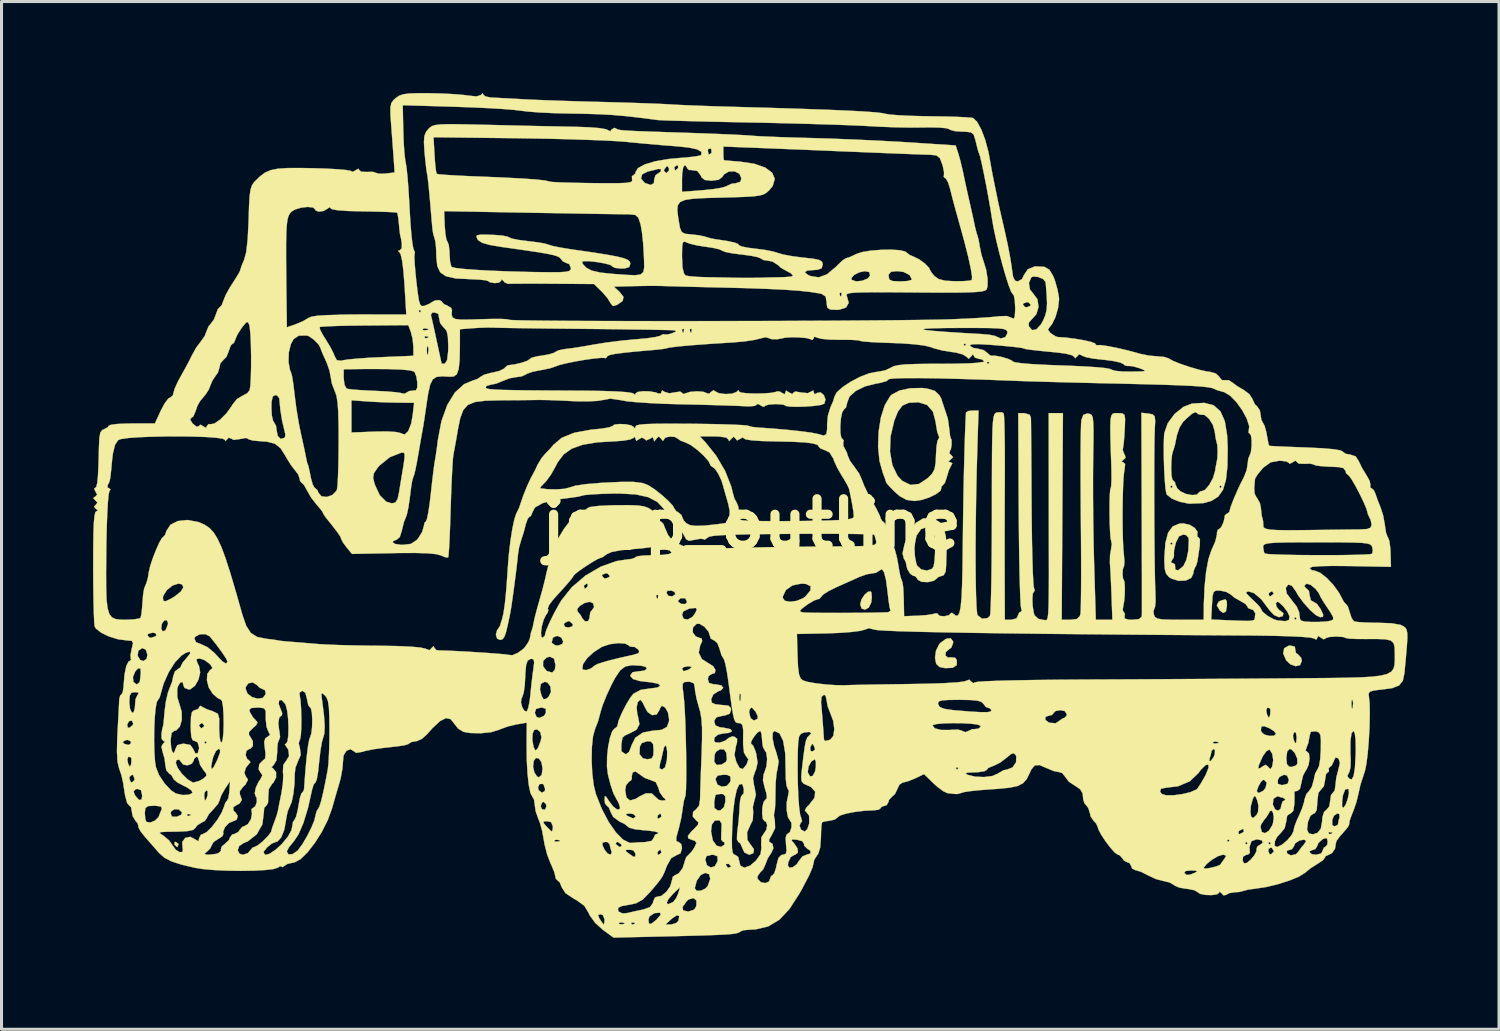
<source format=kicad_pcb>
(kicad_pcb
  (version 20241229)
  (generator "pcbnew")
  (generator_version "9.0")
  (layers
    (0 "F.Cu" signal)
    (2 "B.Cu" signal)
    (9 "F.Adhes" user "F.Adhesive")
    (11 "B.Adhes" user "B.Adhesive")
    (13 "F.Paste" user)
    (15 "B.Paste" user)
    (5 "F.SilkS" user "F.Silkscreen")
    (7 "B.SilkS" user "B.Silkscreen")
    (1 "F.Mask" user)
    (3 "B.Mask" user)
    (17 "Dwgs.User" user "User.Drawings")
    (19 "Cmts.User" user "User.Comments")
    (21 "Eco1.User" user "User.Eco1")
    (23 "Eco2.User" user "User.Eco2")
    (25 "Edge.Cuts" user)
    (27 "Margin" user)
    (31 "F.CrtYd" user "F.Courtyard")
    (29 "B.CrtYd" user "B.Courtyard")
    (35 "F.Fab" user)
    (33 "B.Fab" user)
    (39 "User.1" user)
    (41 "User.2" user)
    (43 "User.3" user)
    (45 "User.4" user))
  (footprint "jeep_outline"
    (layer "F.Cu")
    (at 21.594 14.135)
    (property "Reference" "jeep_outline" (at 0 0 0) (layer "F.SilkS") (effects (font (size 1.524 1.524) (thickness 0.3))))
    (attr through_hole)
    (fp_poly (pts (xy -18.799 10.475) (xy -18.796 10.499) (xy -18.825 10.581) (xy -18.833 10.583) (xy -18.906 10.524) (xy -18.923 10.499) (xy -18.916 10.421) (xy -18.886 10.414) (xy -18.799 10.475)) (stroke (width 0.01) (type solid)) (fill yes) (layer "F.SilkS"))
    (fp_poly (pts (xy 15.573 2.52) (xy 15.579 2.662) (xy 15.546 2.86) (xy 15.455 2.909) (xy 15.346 2.831) (xy 15.247 2.661) (xy 15.309 2.539) (xy 15.374 2.507) (xy 15.521 2.463) (xy 15.573 2.52)) (stroke (width 0.01) (type solid)) (fill yes) (layer "F.SilkS"))
    (fp_poly (pts (xy 3.922 2.234) (xy 3.937 2.392) (xy 3.918 2.567) (xy 3.839 2.731) (xy 3.715 2.8) (xy 3.603 2.765) (xy 3.556 2.625) (xy 3.598 2.467) (xy 3.695 2.317) (xy 3.81 2.215) (xy 3.901 2.205) (xy 3.922 2.234)) (stroke (width 0.01) (type solid)) (fill yes) (layer "F.SilkS"))
    (fp_poly (pts (xy 17.805 4.014) (xy 17.815 4.095) (xy 17.841 4.22) (xy 17.902 4.262) (xy 18.011 4.379) (xy 18.034 4.485) (xy 17.975 4.619) (xy 17.832 4.655) (xy 17.658 4.594) (xy 17.522 4.464) (xy 17.423 4.239) (xy 17.454 4.067) (xy 17.605 3.983) (xy 17.657 3.979) (xy 17.805 4.014)) (stroke (width 0.01) (type solid)) (fill yes) (layer "F.SilkS"))
    (fp_poly (pts (xy 6.6 3.84) (xy 6.604 3.886) (xy 6.545 4.043) (xy 6.477 4.095) (xy 6.365 4.189) (xy 6.352 4.303) (xy 6.429 4.371) (xy 6.509 4.364) (xy 6.667 4.377) (xy 6.724 4.457) (xy 6.722 4.617) (xy 6.588 4.708) (xy 6.344 4.718) (xy 6.16 4.683) (xy 6.047 4.578) (xy 6.008 4.379) (xy 6.041 4.146) (xy 6.144 3.937) (xy 6.181 3.895) (xy 6.37 3.757) (xy 6.522 3.739) (xy 6.6 3.84)) (stroke (width 0.01) (type solid)) (fill yes) (layer "F.SilkS"))
    (fp_poly (pts (xy 5.92 -0.185) (xy 5.999 -0.161) (xy 6.173 -0.058) (xy 6.293 0.124) (xy 6.364 0.404) (xy 6.389 0.803) (xy 6.373 1.341) (xy 6.36 1.545) (xy 6.295 1.671) (xy 6.23 1.693) (xy 6.104 1.737) (xy 6.082 1.767) (xy 5.973 1.852) (xy 5.776 1.899) (xy 5.571 1.889) (xy 5.567 1.888) (xy 5.441 1.819) (xy 5.419 1.772) (xy 5.35 1.701) (xy 5.297 1.693) (xy 5.192 1.623) (xy 5.098 1.464) (xy 5.059 1.292) (xy 5.06 1.27) (xy 5.019 1.176) (xy 4.99 1.137) (xy 4.944 0.953) (xy 4.982 0.781) (xy 5.334 0.781) (xy 5.351 1.062) (xy 5.396 1.293) (xy 5.422 1.36) (xy 5.56 1.484) (xy 5.746 1.52) (xy 5.908 1.462) (xy 5.96 1.39) (xy 5.989 1.232) (xy 6.008 0.975) (xy 6.011 0.804) (xy 5.997 0.434) (xy 5.947 0.208) (xy 5.856 0.101) (xy 5.776 0.085) (xy 5.551 0.16) (xy 5.4 0.375) (xy 5.336 0.71) (xy 5.334 0.781) (xy 4.982 0.781) (xy 5.012 0.648) (xy 5.165 0.277) (xy 5.37 -0.037) (xy 5.62 -0.19) (xy 5.92 -0.185)) (stroke (width 0.01) (type solid)) (fill yes) (layer "F.SilkS"))
    (fp_poly (pts (xy 14.348 0.016) (xy 14.523 0.122) (xy 14.616 0.252) (xy 14.605 0.338) (xy 14.611 0.417) (xy 14.642 0.423) (xy 14.693 0.499) (xy 14.687 0.708) (xy 14.682 0.741) (xy 14.644 0.991) (xy 14.616 1.187) (xy 14.614 1.205) (xy 14.566 1.364) (xy 14.536 1.409) (xy 14.485 1.536) (xy 14.478 1.614) (xy 14.407 1.762) (xy 14.229 1.846) (xy 13.996 1.856) (xy 13.761 1.785) (xy 13.681 1.735) (xy 13.586 1.626) (xy 13.538 1.454) (xy 13.53 1.251) (xy 13.739 1.251) (xy 13.79 1.27) (xy 13.874 1.313) (xy 13.875 1.333) (xy 13.887 1.491) (xy 13.978 1.511) (xy 14.13 1.391) (xy 14.155 1.363) (xy 14.25 1.165) (xy 14.312 0.87) (xy 14.328 0.549) (xy 14.321 0.445) (xy 14.239 0.357) (xy 14.143 0.339) (xy 14.007 0.398) (xy 13.908 0.594) (xy 13.892 0.651) (xy 13.845 0.862) (xy 13.839 0.991) (xy 13.845 1.003) (xy 13.833 1.091) (xy 13.79 1.156) (xy 13.739 1.251) (xy 13.53 1.251) (xy 13.526 1.171) (xy 13.527 1.103) (xy 13.56 0.635) (xy 13.716 0.635) (xy 13.758 0.677) (xy 13.801 0.635) (xy 13.758 0.593) (xy 13.716 0.635) (xy 13.56 0.635) (xy 13.561 0.617) (xy 13.65 0.278) (xy 13.804 0.07) (xy 14.029 -0.021) (xy 14.139 -0.028) (xy 14.348 0.016)) (stroke (width 0.01) (type solid)) (fill yes) (layer "F.SilkS"))
    (fp_poly (pts (xy 5.751 -4.446) (xy 6 -4.372) (xy 6.153 -4.227) (xy 6.21 -4.121) (xy 6.429 -3.461) (xy 6.48 -3.098) (xy 6.499 -2.916) (xy 6.516 -2.836) (xy 6.517 -2.836) (xy 6.55 -2.767) (xy 6.553 -2.615) (xy 6.53 -2.464) (xy 6.496 -2.399) (xy 6.483 -2.321) (xy 6.531 -2.275) (xy 6.601 -2.199) (xy 6.519 -2.118) (xy 6.442 -2.051) (xy 6.509 -2.033) (xy 6.578 -1.997) (xy 6.539 -1.926) (xy 6.463 -1.772) (xy 6.396 -1.549) (xy 6.395 -1.545) (xy 6.333 -1.358) (xy 6.261 -1.271) (xy 6.254 -1.27) (xy 6.207 -1.219) (xy 6.218 -1.194) (xy 6.191 -1.1) (xy 6.045 -0.988) (xy 5.825 -0.879) (xy 5.576 -0.797) (xy 5.344 -0.762) (xy 5.335 -0.762) (xy 5.078 -0.796) (xy 4.851 -0.92) (xy 4.705 -1.047) (xy 4.53 -1.221) (xy 4.421 -1.347) (xy 4.403 -1.38) (xy 4.373 -1.485) (xy 4.303 -1.667) (xy 4.189 -2.07) (xy 4.158 -2.378) (xy 4.532 -2.378) (xy 4.611 -1.935) (xy 4.783 -1.58) (xy 4.936 -1.42) (xy 5.207 -1.288) (xy 5.484 -1.32) (xy 5.764 -1.505) (xy 5.912 -1.655) (xy 5.994 -1.808) (xy 6.03 -2.024) (xy 6.04 -2.267) (xy 6.057 -2.541) (xy 6.088 -2.731) (xy 6.122 -2.794) (xy 6.149 -2.849) (xy 6.126 -2.898) (xy 6.078 -3.045) (xy 6.038 -3.279) (xy 6.032 -3.342) (xy 5.941 -3.689) (xy 5.748 -3.911) (xy 5.462 -3.997) (xy 5.453 -3.997) (xy 5.147 -3.981) (xy 4.94 -3.889) (xy 4.791 -3.69) (xy 4.672 -3.392) (xy 4.551 -2.875) (xy 4.532 -2.378) (xy 4.158 -2.378) (xy 4.142 -2.539) (xy 4.159 -3.029) (xy 4.233 -3.498) (xy 4.361 -3.901) (xy 4.537 -4.195) (xy 4.59 -4.248) (xy 4.841 -4.381) (xy 5.193 -4.457) (xy 5.583 -4.466) (xy 5.751 -4.446)) (stroke (width 0.01) (type solid)) (fill yes) (layer "F.SilkS"))
    (fp_poly (pts (xy 15.144 -3.898) (xy 15.366 -3.7) (xy 15.51 -3.373) (xy 15.586 -2.905) (xy 15.604 -2.486) (xy 15.594 -1.894) (xy 15.545 -1.448) (xy 15.448 -1.125) (xy 15.294 -0.905) (xy 15.072 -0.765) (xy 14.811 -0.692) (xy 14.332 -0.673) (xy 14.033 -0.735) (xy 13.765 -0.843) (xy 13.61 -0.969) (xy 13.593 -1.003) (xy 13.563 -1.18) (xy 13.559 -1.228) (xy 13.716 -1.228) (xy 13.758 -1.185) (xy 13.801 -1.228) (xy 13.758 -1.27) (xy 13.716 -1.228) (xy 13.559 -1.228) (xy 13.538 -1.477) (xy 13.521 -1.808) (xy 13.751 -1.808) (xy 13.763 -1.589) (xy 13.791 -1.456) (xy 13.81 -1.439) (xy 13.878 -1.371) (xy 13.885 -1.317) (xy 13.949 -1.178) (xy 14.058 -1.074) (xy 14.236 -0.992) (xy 14.435 -0.955) (xy 14.592 -0.969) (xy 14.647 -1.027) (xy 14.71 -1.082) (xy 14.74 -1.079) (xy 14.861 -1.128) (xy 14.947 -1.228) (xy 15.325 -1.228) (xy 15.367 -1.185) (xy 15.409 -1.228) (xy 15.367 -1.27) (xy 15.325 -1.228) (xy 14.947 -1.228) (xy 14.999 -1.289) (xy 15.12 -1.51) (xy 15.188 -1.736) (xy 15.22 -1.929) (xy 15.242 -2.032) (xy 15.266 -2.176) (xy 15.273 -2.39) (xy 15.264 -2.585) (xy 15.247 -2.664) (xy 15.213 -2.798) (xy 15.181 -3.017) (xy 15.178 -3.045) (xy 15.115 -3.261) (xy 14.992 -3.454) (xy 14.849 -3.58) (xy 14.722 -3.592) (xy 14.719 -3.59) (xy 14.628 -3.612) (xy 14.606 -3.638) (xy 14.544 -3.675) (xy 14.434 -3.622) (xy 14.251 -3.463) (xy 14.141 -3.356) (xy 14.025 -3.171) (xy 13.936 -2.912) (xy 13.924 -2.848) (xy 13.876 -2.608) (xy 13.828 -2.44) (xy 13.815 -2.414) (xy 13.778 -2.277) (xy 13.757 -2.056) (xy 13.751 -1.808) (xy 13.521 -1.808) (xy 13.519 -1.846) (xy 13.508 -2.237) (xy 13.507 -2.602) (xy 13.517 -2.892) (xy 13.525 -2.982) (xy 13.637 -3.309) (xy 13.862 -3.614) (xy 14.152 -3.847) (xy 14.43 -3.953) (xy 14.836 -3.978) (xy 15.144 -3.898)) (stroke (width 0.01) (type solid)) (fill yes) (layer "F.SilkS"))
    (fp_poly (pts (xy -9.625 -13.112) (xy -9.158 -13.103) (xy -8.582 -13.09) (xy -7.962 -13.075) (xy -7.329 -13.06) (xy -6.726 -13.047) (xy -6.199 -13.036) (xy -5.792 -13.028) (xy -5.757 -13.028) (xy -5.322 -13.012) (xy -4.985 -12.985) (xy -4.773 -12.948) (xy -4.714 -12.919) (xy -4.636 -12.879) (xy -4.601 -12.933) (xy -4.507 -12.993) (xy -4.459 -12.976) (xy -4.423 -12.955) (xy -4.379 -12.937) (xy -4.306 -12.923) (xy -4.185 -12.91) (xy -3.996 -12.898) (xy -3.72 -12.886) (xy -3.336 -12.871) (xy -2.824 -12.854) (xy -2.165 -12.832) (xy -2.074 -12.829) (xy -1.523 -12.81) (xy -1.012 -12.79) (xy -0.572 -12.771) (xy -0.233 -12.753) (xy -0.025 -12.739) (xy 0 -12.736) (xy 0.177 -12.723) (xy 0.49 -12.708) (xy 0.909 -12.691) (xy 1.4 -12.675) (xy 1.932 -12.66) (xy 1.947 -12.66) (xy 2.608 -12.64) (xy 3.351 -12.611) (xy 4.105 -12.576) (xy 4.8 -12.539) (xy 5.142 -12.518) (xy 6.685 -12.417) (xy 6.771 -12.156) (xy 6.842 -11.904) (xy 6.915 -11.597) (xy 6.933 -11.515) (xy 6.991 -11.236) (xy 7.071 -10.871) (xy 7.155 -10.499) (xy 7.155 -10.499) (xy 7.228 -10.177) (xy 7.286 -9.91) (xy 7.319 -9.749) (xy 7.322 -9.737) (xy 7.373 -9.54) (xy 7.393 -9.483) (xy 7.441 -9.308) (xy 7.476 -9.102) (xy 7.53 -8.835) (xy 7.594 -8.636) (xy 7.685 -8.34) (xy 7.733 -8.038) (xy 7.73 -7.794) (xy 7.7 -7.697) (xy 7.652 -7.661) (xy 7.548 -7.633) (xy 7.368 -7.613) (xy 7.097 -7.6) (xy 6.714 -7.593) (xy 6.203 -7.592) (xy 5.546 -7.596) (xy 5.334 -7.598) (xy 4.65 -7.603) (xy 4.118 -7.605) (xy 3.72 -7.602) (xy 3.438 -7.594) (xy 3.254 -7.58) (xy 3.15 -7.558) (xy 3.109 -7.528) (xy 3.113 -7.489) (xy 3.118 -7.48) (xy 3.18 -7.258) (xy 3.091 -7.103) (xy 2.864 -7.031) (xy 2.784 -7.027) (xy 2.571 -7.038) (xy 2.478 -7.096) (xy 2.456 -7.237) (xy 2.455 -7.275) (xy 2.424 -7.462) (xy 2.317 -7.535) (xy 2.879 -7.535) (xy 2.91 -7.466) (xy 2.935 -7.479) (xy 2.945 -7.579) (xy 2.935 -7.592) (xy 2.885 -7.58) (xy 2.879 -7.535) (xy 2.317 -7.535) (xy 2.298 -7.549) (xy 2.223 -7.566) (xy 1.923 -7.614) (xy 1.55 -7.654) (xy 1.084 -7.687) (xy 0.504 -7.715) (xy -0.208 -7.74) (xy -0.889 -7.757) (xy -1.446 -7.77) (xy -1.956 -7.783) (xy -2.392 -7.794) (xy -2.724 -7.803) (xy -2.927 -7.809) (xy -2.963 -7.811) (xy -3.149 -7.814) (xy -3.444 -7.813) (xy -3.792 -7.807) (xy -3.847 -7.806) (xy -4.519 -7.789) (xy -4.332 -7.615) (xy -4.204 -7.452) (xy -4.231 -7.32) (xy -4.409 -7.193) (xy -4.55 -7.152) (xy -4.628 -7.243) (xy -4.632 -7.254) (xy -4.728 -7.41) (xy -4.893 -7.602) (xy -4.93 -7.639) (xy -5.171 -7.874) (xy -6.543 -7.884) (xy -7.011 -7.887) (xy -7.42 -7.887) (xy -7.74 -7.886) (xy -7.941 -7.883) (xy -7.993 -7.88) (xy -8.101 -7.927) (xy -8.14 -7.975) (xy -8.201 -8.03) (xy -8.211 -7.989) (xy -8.284 -7.92) (xy -8.424 -7.904) (xy -8.584 -7.931) (xy -8.636 -7.968) (xy -8.714 -7.995) (xy -8.92 -8.018) (xy -9.213 -8.033) (xy -9.279 -8.035) (xy -9.724 -8.062) (xy -9.77 -8.072) (xy 3.268 -8.072) (xy 3.279 -8.01) (xy 3.423 -7.96) (xy 3.623 -7.981) (xy 3.801 -8.054) (xy 3.862 -8.128) (xy 4.487 -8.128) (xy 4.512 -8.022) (xy 4.616 -7.972) (xy 4.841 -7.959) (xy 4.868 -7.959) (xy 5.096 -7.972) (xy 5.232 -8.006) (xy 5.249 -8.026) (xy 5.173 -8.172) (xy 4.976 -8.27) (xy 4.767 -8.297) (xy 4.57 -8.276) (xy 4.494 -8.193) (xy 4.487 -8.128) (xy 3.862 -8.128) (xy 3.879 -8.149) (xy 3.852 -8.265) (xy 3.71 -8.295) (xy 3.524 -8.257) (xy 3.359 -8.172) (xy 3.268 -8.072) (xy -9.77 -8.072) (xy -10.026 -8.13) (xy -10.212 -8.257) (xy -10.308 -8.46) (xy -10.339 -8.752) (xy -10.349 -9.057) (xy -10.367 -9.248) (xy -10.399 -9.382) (xy -10.412 -9.419) (xy -10.435 -9.491) (xy -10.454 -9.587) (xy -10.473 -9.742) (xy -10.495 -9.989) (xy -10.518 -10.263) (xy -10.085 -10.263) (xy -10.065 -9.784) (xy -10.043 -9.516) (xy -10.007 -9.323) (xy -9.976 -9.262) (xy -9.933 -9.158) (xy -9.909 -8.948) (xy -9.906 -8.848) (xy -9.89 -8.611) (xy -9.85 -8.456) (xy -9.83 -8.43) (xy -9.7 -8.399) (xy -9.424 -8.367) (xy -9.026 -8.337) (xy -8.531 -8.31) (xy -7.963 -8.288) (xy -7.345 -8.271) (xy -7.091 -8.266) (xy -6.625 -8.26) (xy -6.303 -8.262) (xy -6.098 -8.275) (xy -5.985 -8.301) (xy -5.936 -8.344) (xy -5.927 -8.399) (xy -5.983 -8.527) (xy -6.049 -8.551) (xy -6.192 -8.617) (xy -6.247 -8.685) (xy -6.286 -8.734) (xy -6.358 -8.777) (xy -6.483 -8.818) (xy -6.683 -8.862) (xy -6.98 -8.913) (xy -7.394 -8.975) (xy -7.946 -9.054) (xy -8.198 -9.089) (xy -8.59 -9.155) (xy -8.839 -9.226) (xy -8.968 -9.311) (xy -8.985 -9.335) (xy -9.025 -9.42) (xy -9.008 -9.47) (xy -8.904 -9.491) (xy -8.681 -9.491) (xy -8.425 -9.483) (xy -8.173 -9.462) (xy -8 -9.427) (xy -7.959 -9.403) (xy -7.859 -9.363) (xy -7.638 -9.319) (xy -7.342 -9.281) (xy -7.331 -9.28) (xy -7.024 -9.242) (xy -6.781 -9.2) (xy -6.654 -9.162) (xy -6.653 -9.161) (xy -6.532 -9.123) (xy -6.287 -9.072) (xy -5.965 -9.019) (xy -5.842 -9.001) (xy -5.229 -8.913) (xy -4.765 -8.84) (xy -4.429 -8.778) (xy -4.203 -8.722) (xy -4.065 -8.667) (xy -3.997 -8.609) (xy -3.979 -8.542) (xy -4.016 -8.431) (xy -4.156 -8.386) (xy -4.276 -8.382) (xy -4.472 -8.401) (xy -4.569 -8.447) (xy -4.572 -8.457) (xy -4.647 -8.504) (xy -4.834 -8.552) (xy -5.076 -8.594) (xy -5.317 -8.621) (xy -5.499 -8.624) (xy -5.561 -8.607) (xy -5.537 -8.528) (xy -5.425 -8.409) (xy -5.25 -8.315) (xy -4.964 -8.249) (xy -4.549 -8.206) (xy -4.114 -8.174) (xy -3.821 -8.162) (xy -3.643 -8.187) (xy -3.553 -8.267) (xy -3.525 -8.418) (xy -3.53 -8.659) (xy -3.535 -8.77) (xy -2.286 -8.77) (xy -2.271 -8.424) (xy -2.223 -8.222) (xy -2.165 -8.153) (xy -2.043 -8.129) (xy -1.79 -8.109) (xy -1.437 -8.094) (xy -1.015 -8.083) (xy -0.553 -8.077) (xy -0.082 -8.075) (xy 0.368 -8.079) (xy 0.767 -8.087) (xy 1.085 -8.1) (xy 1.29 -8.119) (xy 1.355 -8.14) (xy 1.285 -8.225) (xy 1.161 -8.291) (xy 0.958 -8.406) (xy 0.854 -8.5) (xy 0.682 -8.61) (xy 0.545 -8.636) (xy 0.373 -8.664) (xy 0.303 -8.71) (xy 0.202 -8.754) (xy -0.021 -8.8) (xy -0.318 -8.84) (xy -0.335 -8.841) (xy -0.634 -8.879) (xy -0.861 -8.924) (xy -0.968 -8.966) (xy -0.969 -8.968) (xy -1.07 -9.014) (xy -1.286 -9.062) (xy -1.488 -9.092) (xy -1.783 -9.138) (xy -2.027 -9.196) (xy -2.126 -9.233) (xy -2.212 -9.267) (xy -2.26 -9.23) (xy -2.281 -9.091) (xy -2.286 -8.818) (xy -2.286 -8.77) (xy -3.535 -8.77) (xy -3.538 -8.848) (xy -3.561 -9.219) (xy -3.598 -9.567) (xy -3.642 -9.823) (xy -3.647 -9.842) (xy -3.717 -10.05) (xy -3.818 -10.139) (xy -4.013 -10.16) (xy -4.054 -10.16) (xy -4.215 -10.162) (xy -4.522 -10.166) (xy -4.954 -10.172) (xy -5.487 -10.181) (xy -6.099 -10.192) (xy -6.768 -10.203) (xy -7.231 -10.211) (xy -10.085 -10.263) (xy -10.518 -10.263) (xy -10.521 -10.296) (xy -2.44 -10.296) (xy -2.414 -10.075) (xy -2.397 -9.966) (xy -2.352 -9.71) (xy -2.293 -9.576) (xy -2.183 -9.521) (xy -1.989 -9.501) (xy -1.739 -9.473) (xy -1.549 -9.433) (xy -1.524 -9.424) (xy -1.341 -9.371) (xy -1.185 -9.342) (xy -0.8 -9.284) (xy -0.56 -9.233) (xy -0.444 -9.186) (xy -0.423 -9.152) (xy -0.346 -9.11) (xy -0.145 -9.066) (xy 0.113 -9.034) (xy 0.432 -8.993) (xy 0.709 -8.938) (xy 0.854 -8.893) (xy 1.038 -8.84) (xy 1.33 -8.786) (xy 1.669 -8.742) (xy 1.693 -8.74) (xy 2.02 -8.703) (xy 2.211 -8.663) (xy 2.303 -8.607) (xy 2.328 -8.523) (xy 2.328 -8.509) (xy 2.29 -8.387) (xy 2.147 -8.339) (xy 2.055 -8.335) (xy 1.816 -8.313) (xy 1.74 -8.261) (xy 1.83 -8.181) (xy 1.928 -8.136) (xy 2.196 -8.092) (xy 2.469 -8.193) (xy 2.769 -8.445) (xy 2.811 -8.49) (xy 2.97 -8.641) (xy 3.087 -8.719) (xy 3.1 -8.721) (xy 3.22 -8.759) (xy 3.411 -8.85) (xy 3.429 -8.859) (xy 3.624 -8.923) (xy 3.91 -8.969) (xy 4.242 -8.995) (xy 4.57 -9) (xy 4.849 -8.983) (xy 5.03 -8.941) (xy 5.068 -8.913) (xy 5.185 -8.823) (xy 5.321 -8.766) (xy 5.497 -8.678) (xy 5.68 -8.543) (xy 5.812 -8.407) (xy 5.842 -8.34) (xy 5.893 -8.252) (xy 5.99 -8.135) (xy 6.13 -8.035) (xy 6.347 -7.982) (xy 6.653 -7.966) (xy 6.933 -7.969) (xy 7.137 -7.984) (xy 7.214 -8.004) (xy 7.223 -8.116) (xy 7.183 -8.373) (xy 7.099 -8.759) (xy 6.973 -9.257) (xy 6.818 -9.821) (xy 6.708 -10.215) (xy 6.606 -10.59) (xy 6.529 -10.889) (xy 6.505 -10.986) (xy 6.437 -11.204) (xy 6.364 -11.332) (xy 6.338 -11.345) (xy 6.29 -11.395) (xy 6.299 -11.416) (xy 6.305 -11.536) (xy 6.263 -11.744) (xy 6.247 -11.797) (xy 6.167 -12.002) (xy 6.055 -12.091) (xy 5.85 -12.112) (xy 5.849 -12.112) (xy 5.679 -12.117) (xy 5.368 -12.128) (xy 4.944 -12.144) (xy 4.436 -12.164) (xy 3.873 -12.187) (xy 3.556 -12.2) (xy 2.896 -12.227) (xy 2.204 -12.256) (xy 1.527 -12.284) (xy 0.914 -12.308) (xy 0.411 -12.329) (xy 0.318 -12.332) (xy -0.931 -12.381) (xy -0.931 -12.16) (xy -0.924 -11.993) (xy -0.91 -11.931) (xy -0.821 -11.922) (xy -0.613 -11.904) (xy -0.397 -11.888) (xy 0.083 -11.817) (xy 0.442 -11.692) (xy 0.67 -11.522) (xy 0.755 -11.319) (xy 0.688 -11.09) (xy 0.575 -10.951) (xy 0.489 -10.872) (xy 0.394 -10.815) (xy 0.262 -10.775) (xy 0.064 -10.749) (xy -0.229 -10.731) (xy -0.644 -10.717) (xy -0.976 -10.708) (xy -1.519 -10.693) (xy -1.914 -10.672) (xy -2.182 -10.632) (xy -2.345 -10.564) (xy -2.424 -10.456) (xy -2.44 -10.296) (xy -10.521 -10.296) (xy -10.526 -10.363) (xy -10.534 -10.456) (xy -10.567 -10.835) (xy -10.6 -11.164) (xy -10.628 -11.398) (xy -10.641 -11.472) (xy -10.668 -11.643) (xy -10.7 -11.919) (xy -10.727 -12.205) (xy -10.746 -12.523) (xy -10.734 -12.686) (xy -10.432 -12.686) (xy -10.399 -12.105) (xy -10.378 -11.809) (xy -10.352 -11.587) (xy -10.327 -11.486) (xy -10.327 -11.485) (xy -10.233 -11.47) (xy -9.999 -11.45) (xy -9.655 -11.43) (xy -9.23 -11.409) (xy -8.932 -11.398) (xy -8.166 -11.366) (xy -7.548 -11.334) (xy -7.084 -11.302) (xy -6.78 -11.269) (xy -6.639 -11.237) (xy -6.632 -11.232) (xy -6.54 -11.22) (xy -6.308 -11.207) (xy -5.965 -11.196) (xy -5.541 -11.187) (xy -5.235 -11.182) (xy -4.725 -11.178) (xy -4.36 -11.18) (xy -4.121 -11.19) (xy -3.982 -11.211) (xy -3.924 -11.245) (xy -3.921 -11.293) (xy -3.923 -11.298) (xy -3.925 -11.336) (xy -3.631 -11.336) (xy -3.514 -11.196) (xy -3.493 -11.183) (xy -3.307 -11.121) (xy -3.206 -11.183) (xy -3.2 -11.292) (xy -3.188 -11.333) (xy -2.286 -11.333) (xy -2.286 -10.897) (xy -1.593 -10.95) (xy -1.261 -10.985) (xy -0.992 -11.03) (xy -0.833 -11.077) (xy -0.814 -11.09) (xy -0.666 -11.159) (xy -0.533 -11.176) (xy -0.375 -11.225) (xy -0.339 -11.336) (xy -0.405 -11.491) (xy -0.563 -11.568) (xy -0.752 -11.561) (xy -0.912 -11.467) (xy -0.963 -11.384) (xy -1.084 -11.292) (xy -1.318 -11.261) (xy -1.541 -11.285) (xy -1.649 -11.375) (xy -1.669 -11.43) (xy -1.785 -11.581) (xy -2.013 -11.615) (xy -2.053 -11.609) (xy -2.115 -11.663) (xy -2.117 -11.684) (xy -2.181 -11.766) (xy -2.201 -11.769) (xy -2.249 -11.692) (xy -2.28 -11.497) (xy -2.286 -11.333) (xy -3.188 -11.333) (xy -3.157 -11.438) (xy -3.094 -11.483) (xy -2.986 -11.56) (xy -2.979 -11.594) (xy -2.879 -11.594) (xy -2.814 -11.517) (xy -2.794 -11.515) (xy -2.72 -11.584) (xy -2.709 -11.647) (xy -2.727 -11.684) (xy -2.54 -11.684) (xy -2.511 -11.602) (xy -2.503 -11.599) (xy -2.43 -11.659) (xy -2.413 -11.684) (xy -2.42 -11.762) (xy -2.45 -11.769) (xy -2.537 -11.707) (xy -2.54 -11.684) (xy -2.727 -11.684) (xy -2.75 -11.734) (xy -2.794 -11.726) (xy -2.875 -11.618) (xy -2.879 -11.594) (xy -2.979 -11.594) (xy -2.971 -11.636) (xy -3.059 -11.649) (xy -3.069 -11.646) (xy -3.228 -11.604) (xy -3.408 -11.562) (xy -3.592 -11.471) (xy -3.631 -11.336) (xy -3.925 -11.336) (xy -3.928 -11.41) (xy -3.892 -11.43) (xy -3.817 -11.497) (xy -3.81 -11.541) (xy -3.73 -11.673) (xy -3.507 -11.795) (xy -3.168 -11.897) (xy -2.739 -11.971) (xy -2.436 -12) (xy -2.099 -12.027) (xy -1.832 -12.059) (xy -1.677 -12.091) (xy -1.654 -12.103) (xy -1.649 -12.208) (xy -1.703 -12.239) (xy -1.439 -12.239) (xy -1.411 -12.117) (xy -1.338 -12.154) (xy -1.316 -12.186) (xy -1.327 -12.295) (xy -1.353 -12.318) (xy -1.427 -12.3) (xy -1.439 -12.239) (xy -1.703 -12.239) (xy -1.787 -12.289) (xy -2.076 -12.35) (xy -2.498 -12.392) (xy -2.947 -12.427) (xy -3.471 -12.473) (xy -3.975 -12.52) (xy -4.106 -12.534) (xy -4.405 -12.557) (xy -4.844 -12.58) (xy -5.395 -12.601) (xy -6.027 -12.621) (xy -6.713 -12.638) (xy -7.424 -12.65) (xy -7.693 -12.654) (xy -10.432 -12.686) (xy -10.734 -12.686) (xy -10.732 -12.725) (xy -10.675 -12.863) (xy -10.604 -12.952) (xy -10.543 -13.012) (xy -10.471 -13.056) (xy -10.367 -13.087) (xy -10.206 -13.105) (xy -9.966 -13.113) (xy -9.625 -13.112)) (stroke (width 0.01) (type solid)) (fill yes) (layer "F.SilkS"))
    (fp_poly (pts (xy -8.807 -14.089) (xy -8.732 -14.024) (xy -8.55 -13.987) (xy -8.53 -13.986) (xy -8.32 -13.976) (xy -7.998 -13.959) (xy -7.624 -13.939) (xy -7.493 -13.931) (xy -7.167 -13.915) (xy -6.713 -13.897) (xy -6.171 -13.878) (xy -5.584 -13.86) (xy -4.991 -13.844) (xy -4.953 -13.843) (xy -4.384 -13.828) (xy -3.838 -13.811) (xy -3.351 -13.794) (xy -2.958 -13.778) (xy -2.694 -13.764) (xy -2.667 -13.762) (xy -2.419 -13.748) (xy -2.04 -13.731) (xy -1.565 -13.713) (xy -1.034 -13.695) (xy -0.508 -13.68) (xy 0.638 -13.648) (xy 1.621 -13.617) (xy 2.445 -13.588) (xy 3.117 -13.56) (xy 3.641 -13.532) (xy 4.024 -13.505) (xy 4.27 -13.478) (xy 4.378 -13.455) (xy 4.526 -13.43) (xy 4.808 -13.407) (xy 5.19 -13.388) (xy 5.636 -13.376) (xy 5.852 -13.373) (xy 6.309 -13.366) (xy 6.711 -13.355) (xy 7.025 -13.34) (xy 7.218 -13.324) (xy 7.258 -13.316) (xy 7.386 -13.194) (xy 7.523 -12.944) (xy 7.652 -12.606) (xy 7.755 -12.221) (xy 7.786 -12.065) (xy 7.84 -11.756) (xy 7.899 -11.441) (xy 7.974 -11.069) (xy 8.072 -10.587) (xy 8.082 -10.541) (xy 8.116 -10.387) (xy 8.178 -10.115) (xy 8.258 -9.769) (xy 8.304 -9.567) (xy 8.392 -9.165) (xy 8.467 -8.774) (xy 8.518 -8.458) (xy 8.53 -8.361) (xy 8.568 -8.107) (xy 8.631 -7.986) (xy 8.72 -7.959) (xy 8.861 -8.035) (xy 8.924 -8.169) (xy 9.051 -8.358) (xy 9.286 -8.453) (xy 9.588 -8.437) (xy 9.602 -8.434) (xy 9.759 -8.341) (xy 9.885 -8.131) (xy 9.94 -7.986) (xy 10.022 -7.701) (xy 10.07 -7.444) (xy 10.075 -7.364) (xy 10.042 -7.085) (xy 9.957 -6.792) (xy 9.844 -6.557) (xy 9.773 -6.471) (xy 9.71 -6.379) (xy 9.786 -6.275) (xy 9.805 -6.259) (xy 9.956 -6.161) (xy 10.033 -6.136) (xy 10.307 -6.117) (xy 10.612 -6.078) (xy 10.902 -6.028) (xy 11.131 -5.975) (xy 11.252 -5.928) (xy 11.261 -5.915) (xy 11.306 -5.863) (xy 11.324 -5.87) (xy 11.437 -5.872) (xy 11.669 -5.839) (xy 11.975 -5.779) (xy 12.312 -5.701) (xy 12.636 -5.614) (xy 12.699 -5.594) (xy 13 -5.53) (xy 13.296 -5.503) (xy 13.52 -5.484) (xy 13.669 -5.436) (xy 13.678 -5.429) (xy 13.818 -5.351) (xy 14.067 -5.252) (xy 14.371 -5.15) (xy 14.675 -5.062) (xy 14.923 -5.006) (xy 15.024 -4.995) (xy 15.217 -4.94) (xy 15.315 -4.847) (xy 15.402 -4.735) (xy 15.446 -4.72) (xy 15.642 -4.72) (xy 15.766 -4.636) (xy 15.922 -4.522) (xy 16.131 -4.4) (xy 16.315 -4.262) (xy 16.412 -4.109) (xy 16.413 -4.103) (xy 16.494 -3.931) (xy 16.562 -3.869) (xy 16.655 -3.738) (xy 16.679 -3.608) (xy 16.705 -3.429) (xy 16.743 -3.351) (xy 16.815 -3.223) (xy 16.817 -3.21) (xy 16.843 -3.115) (xy 16.845 -3.111) (xy 16.869 -3.022) (xy 16.903 -2.838) (xy 16.937 -2.656) (xy 16.96 -2.571) (xy 16.96 -2.571) (xy 17.045 -2.563) (xy 17.269 -2.551) (xy 17.601 -2.537) (xy 18.009 -2.521) (xy 18.157 -2.516) (xy 18.693 -2.491) (xy 19.078 -2.458) (xy 19.306 -2.418) (xy 19.371 -2.381) (xy 19.47 -2.308) (xy 19.609 -2.286) (xy 19.8 -2.223) (xy 19.901 -2.063) (xy 20.013 -1.833) (xy 20.158 -1.598) (xy 20.26 -1.414) (xy 20.283 -1.282) (xy 20.278 -1.271) (xy 20.281 -1.192) (xy 20.309 -1.185) (xy 20.395 -1.114) (xy 20.448 -0.995) (xy 20.523 -0.777) (xy 20.615 -0.55) (xy 20.699 -0.29) (xy 20.754 0.01) (xy 20.757 0.042) (xy 20.792 0.27) (xy 20.843 0.416) (xy 20.858 0.434) (xy 20.9 0.542) (xy 20.932 0.762) (xy 20.943 0.942) (xy 20.955 1.397) (xy 19.622 1.372) (xy 19.042 1.367) (xy 18.625 1.376) (xy 18.373 1.399) (xy 18.288 1.436) (xy 18.288 1.436) (xy 18.359 1.507) (xy 18.459 1.524) (xy 18.631 1.59) (xy 18.849 1.76) (xy 19.07 1.993) (xy 19.253 2.248) (xy 19.318 2.371) (xy 19.41 2.544) (xy 19.483 2.624) (xy 19.487 2.625) (xy 19.543 2.697) (xy 19.599 2.873) (xy 19.6 2.878) (xy 19.664 3.073) (xy 19.738 3.181) (xy 19.856 3.205) (xy 20.097 3.222) (xy 20.416 3.23) (xy 20.514 3.231) (xy 20.97 3.247) (xy 21.268 3.299) (xy 21.367 3.346) (xy 21.428 3.396) (xy 21.468 3.461) (xy 21.49 3.567) (xy 21.493 3.739) (xy 21.477 4.002) (xy 21.444 4.383) (xy 21.396 4.89) (xy 21.344 5.133) (xy 21.222 5.286) (xy 20.996 5.374) (xy 20.676 5.418) (xy 20.404 5.449) (xy 20.264 5.491) (xy 20.222 5.56) (xy 20.23 5.63) (xy 20.256 5.869) (xy 20.262 6.222) (xy 20.253 6.643) (xy 20.229 7.087) (xy 20.194 7.508) (xy 20.15 7.86) (xy 20.1 8.098) (xy 20.089 8.128) (xy 19.955 8.54) (xy 19.867 8.932) (xy 19.815 9.134) (xy 19.738 9.356) (xy 19.642 9.602) (xy 19.597 9.738) (xy 19.587 9.808) (xy 19.59 9.827) (xy 19.548 9.921) (xy 19.473 10.015) (xy 19.271 10.245) (xy 19.17 10.386) (xy 19.146 10.47) (xy 19.147 10.475) (xy 19.122 10.636) (xy 19.021 10.784) (xy 18.914 10.837) (xy 18.807 10.885) (xy 18.796 10.92) (xy 18.729 11.013) (xy 18.566 11.123) (xy 18.563 11.124) (xy 18.321 11.279) (xy 18.137 11.429) (xy 17.942 11.551) (xy 17.631 11.68) (xy 17.256 11.8) (xy 16.867 11.894) (xy 16.516 11.947) (xy 16.51 11.948) (xy 16.286 11.977) (xy 16.137 12.015) (xy 16.129 12.019) (xy 15.984 12.056) (xy 15.833 12.066) (xy 15.646 12.096) (xy 15.557 12.15) (xy 15.468 12.169) (xy 15.411 12.107) (xy 15.342 12.044) (xy 15.326 12.076) (xy 15.253 12.134) (xy 15.08 12.159) (xy 14.871 12.153) (xy 14.694 12.117) (xy 14.616 12.062) (xy 14.517 12.001) (xy 14.315 11.959) (xy 14.255 11.953) (xy 14.021 11.915) (xy 13.861 11.846) (xy 13.843 11.83) (xy 13.703 11.746) (xy 13.504 11.699) (xy 13.252 11.633) (xy 12.994 11.513) (xy 12.986 11.508) (xy 12.819 11.423) (xy 14.178 11.423) (xy 14.182 11.43) (xy 14.254 11.499) (xy 14.374 11.487) (xy 14.52 11.43) (xy 14.608 11.381) (xy 14.555 11.358) (xy 14.41 11.351) (xy 14.228 11.368) (xy 14.178 11.423) (xy 12.819 11.423) (xy 12.773 11.399) (xy 12.599 11.346) (xy 12.584 11.345) (xy 12.465 11.282) (xy 12.464 11.279) (xy 14.817 11.279) (xy 14.885 11.29) (xy 15.044 11.265) (xy 15.22 11.221) (xy 15.343 11.173) (xy 15.36 11.157) (xy 15.415 11.08) (xy 15.449 11.034) (xy 16.093 11.034) (xy 16.142 11.118) (xy 16.228 11.105) (xy 16.356 10.999) (xy 16.479 10.852) (xy 16.55 10.717) (xy 16.55 10.71) (xy 16.933 10.71) (xy 16.976 10.816) (xy 17.024 10.821) (xy 17.112 10.734) (xy 17.115 10.71) (xy 17.115 10.71) (xy 17.539 10.71) (xy 17.552 10.794) (xy 17.674 10.856) (xy 17.839 10.82) (xy 17.902 10.757) (xy 17.904 10.753) (xy 18.288 10.753) (xy 18.36 10.816) (xy 18.5 10.837) (xy 18.67 10.793) (xy 18.711 10.71) (xy 18.757 10.598) (xy 18.796 10.583) (xy 18.864 10.512) (xy 18.881 10.411) (xy 18.858 10.292) (xy 18.76 10.305) (xy 18.711 10.329) (xy 18.576 10.451) (xy 18.542 10.544) (xy 18.474 10.654) (xy 18.415 10.668) (xy 18.302 10.714) (xy 18.288 10.753) (xy 17.904 10.753) (xy 18.033 10.579) (xy 18.096 10.51) (xy 18.176 10.387) (xy 18.111 10.34) (xy 17.956 10.37) (xy 17.815 10.463) (xy 17.78 10.547) (xy 17.712 10.654) (xy 17.653 10.668) (xy 17.539 10.71) (xy 17.115 10.71) (xy 17.049 10.611) (xy 17.024 10.6) (xy 16.947 10.64) (xy 16.933 10.71) (xy 16.55 10.71) (xy 16.548 10.662) (xy 16.57 10.57) (xy 16.61 10.545) (xy 17.142 10.545) (xy 17.229 10.581) (xy 17.391 10.502) (xy 17.558 10.359) (xy 17.7 10.19) (xy 17.764 10.059) (xy 17.764 10.042) (xy 17.77 10.012) (xy 18.204 10.012) (xy 18.263 10.135) (xy 18.398 10.168) (xy 18.549 10.117) (xy 18.56 10.104) (xy 18.909 10.104) (xy 18.921 10.154) (xy 18.965 10.16) (xy 19.035 10.129) (xy 19.022 10.104) (xy 18.921 10.093) (xy 18.909 10.104) (xy 18.56 10.104) (xy 18.652 9.988) (xy 18.658 9.97) (xy 18.701 9.73) (xy 18.703 9.694) (xy 19.029 9.694) (xy 19.033 9.866) (xy 19.104 9.906) (xy 19.209 9.86) (xy 19.219 9.828) (xy 19.247 9.686) (xy 19.271 9.617) (xy 19.263 9.502) (xy 19.196 9.483) (xy 19.087 9.555) (xy 19.029 9.694) (xy 18.703 9.694) (xy 18.71 9.598) (xy 18.764 9.431) (xy 18.838 9.367) (xy 18.931 9.254) (xy 19.353 9.254) (xy 19.395 9.302) (xy 19.469 9.198) (xy 19.536 9.017) (xy 19.578 8.813) (xy 19.566 8.687) (xy 19.556 8.677) (xy 19.457 8.691) (xy 19.385 8.872) (xy 19.357 9.053) (xy 19.353 9.254) (xy 18.931 9.254) (xy 18.934 9.251) (xy 18.965 9.062) (xy 18.99 8.883) (xy 19.048 8.805) (xy 19.05 8.805) (xy 19.111 8.732) (xy 19.135 8.564) (xy 19.164 8.307) (xy 19.177 8.256) (xy 19.527 8.256) (xy 19.58 8.336) (xy 19.666 8.37) (xy 19.731 8.256) (xy 19.774 7.989) (xy 19.798 7.561) (xy 19.802 7.387) (xy 19.796 7.069) (xy 19.77 6.853) (xy 19.728 6.773) (xy 19.727 6.773) (xy 19.662 6.856) (xy 19.628 7.098) (xy 19.626 7.494) (xy 19.636 7.717) (xy 19.63 7.962) (xy 19.592 8.13) (xy 19.566 8.166) (xy 19.527 8.256) (xy 19.177 8.256) (xy 19.23 8.05) (xy 19.282 7.828) (xy 19.243 7.696) (xy 19.227 7.679) (xy 19.142 7.641) (xy 19.084 7.755) (xy 19.08 7.77) (xy 19.011 7.917) (xy 18.95 7.959) (xy 18.909 8.011) (xy 18.923 8.043) (xy 18.916 8.121) (xy 18.886 8.128) (xy 18.823 8.202) (xy 18.796 8.379) (xy 18.796 8.385) (xy 18.756 8.592) (xy 18.669 8.69) (xy 18.576 8.808) (xy 18.542 9.076) (xy 18.542 9.111) (xy 18.522 9.367) (xy 18.457 9.476) (xy 18.425 9.483) (xy 18.315 9.559) (xy 18.235 9.757) (xy 18.204 10.012) (xy 17.77 10.012) (xy 17.789 9.916) (xy 17.872 9.702) (xy 17.933 9.573) (xy 18.043 9.317) (xy 18.11 9.101) (xy 18.119 9.032) (xy 18.183 8.845) (xy 18.255 8.767) (xy 18.359 8.617) (xy 18.423 8.393) (xy 18.425 8.381) (xy 18.472 8.17) (xy 18.544 8.043) (xy 18.55 8.038) (xy 18.598 7.931) (xy 18.636 7.702) (xy 18.656 7.403) (xy 18.656 7.398) (xy 18.659 7.09) (xy 18.642 6.913) (xy 18.595 6.826) (xy 18.506 6.793) (xy 18.479 6.789) (xy 18.33 6.804) (xy 18.288 6.935) (xy 18.288 6.942) (xy 18.247 7.171) (xy 18.2 7.287) (xy 18.156 7.422) (xy 18.2 7.451) (xy 18.268 7.52) (xy 18.286 7.686) (xy 18.258 7.881) (xy 18.188 8.043) (xy 18.167 8.067) (xy 18.076 8.233) (xy 18.02 8.466) (xy 18.019 8.476) (xy 17.972 8.676) (xy 17.89 8.743) (xy 17.886 8.742) (xy 17.795 8.761) (xy 17.79 8.784) (xy 17.794 8.904) (xy 17.791 9.118) (xy 17.79 9.165) (xy 17.756 9.396) (xy 17.67 9.481) (xy 17.653 9.483) (xy 17.552 9.558) (xy 17.526 9.732) (xy 17.47 9.968) (xy 17.369 10.092) (xy 17.215 10.263) (xy 17.151 10.393) (xy 17.142 10.545) (xy 16.61 10.545) (xy 16.632 10.531) (xy 16.738 10.456) (xy 16.933 10.456) (xy 16.976 10.499) (xy 17.018 10.456) (xy 16.976 10.414) (xy 16.933 10.456) (xy 16.738 10.456) (xy 16.754 10.445) (xy 16.724 10.365) (xy 16.557 10.329) (xy 16.552 10.329) (xy 16.382 10.392) (xy 16.317 10.583) (xy 16.331 10.774) (xy 16.272 10.83) (xy 16.214 10.837) (xy 16.107 10.9) (xy 16.093 11.034) (xy 15.449 11.034) (xy 15.486 10.986) (xy 15.552 10.873) (xy 15.486 10.839) (xy 15.433 10.837) (xy 15.28 10.885) (xy 15.087 11) (xy 14.914 11.139) (xy 14.82 11.259) (xy 14.817 11.279) (xy 12.464 11.279) (xy 12.446 11.218) (xy 12.383 11.106) (xy 12.328 11.091) (xy 12.197 11.023) (xy 12.161 10.964) (xy 12.06 10.851) (xy 12.004 10.835) (xy 11.906 10.769) (xy 11.757 10.603) (xy 11.646 10.456) (xy 16.171 10.456) (xy 16.214 10.499) (xy 16.256 10.456) (xy 16.214 10.414) (xy 16.171 10.456) (xy 11.646 10.456) (xy 11.593 10.386) (xy 11.584 10.372) (xy 15.579 10.372) (xy 15.621 10.414) (xy 15.663 10.372) (xy 15.621 10.329) (xy 15.579 10.372) (xy 11.584 10.372) (xy 11.449 10.166) (xy 11.403 10.075) (xy 15.96 10.075) (xy 15.964 10.153) (xy 15.992 10.16) (xy 16.112 10.098) (xy 16.129 10.075) (xy 16.125 9.997) (xy 16.097 9.991) (xy 15.977 10.052) (xy 15.96 10.075) (xy 11.403 10.075) (xy 11.359 9.99) (xy 11.345 9.932) (xy 11.344 9.928) (xy 16.679 9.928) (xy 16.722 10.091) (xy 16.825 10.128) (xy 16.951 10.052) (xy 17.062 9.876) (xy 17.091 9.791) (xy 17.113 9.61) (xy 17.09 9.46) (xy 17.04 9.382) (xy 16.978 9.418) (xy 16.958 9.463) (xy 16.867 9.612) (xy 16.799 9.69) (xy 16.698 9.846) (xy 16.679 9.928) (xy 11.344 9.928) (xy 11.287 9.808) (xy 11.218 9.737) (xy 11.11 9.579) (xy 11.091 9.489) (xy 11.076 9.44) (xy 16.348 9.44) (xy 16.374 9.592) (xy 16.438 9.634) (xy 16.546 9.535) (xy 16.597 9.436) (xy 16.613 9.232) (xy 16.604 9.191) (xy 17.083 9.191) (xy 17.157 9.348) (xy 17.261 9.394) (xy 17.342 9.321) (xy 17.357 9.229) (xy 17.401 9.09) (xy 17.462 9.057) (xy 17.495 9.024) (xy 17.427 8.972) (xy 17.23 8.919) (xy 17.103 9.001) (xy 17.083 9.191) (xy 16.604 9.191) (xy 16.575 9.059) (xy 16.511 8.917) (xy 16.466 8.923) (xy 16.422 9.017) (xy 16.364 9.23) (xy 16.348 9.44) (xy 11.076 9.44) (xy 11.035 9.307) (xy 10.986 9.241) (xy 10.905 9.144) (xy 10.867 9.022) (xy 10.848 8.826) (xy 10.811 8.762) (xy 13.385 8.762) (xy 13.441 8.842) (xy 13.581 8.886) (xy 13.822 8.887) (xy 14.106 8.85) (xy 14.374 8.787) (xy 14.465 8.748) (xy 16.556 8.748) (xy 16.597 8.802) (xy 16.636 8.805) (xy 16.771 8.738) (xy 16.843 8.647) (xy 16.884 8.477) (xy 16.805 8.387) (xy 16.763 8.382) (xy 17.247 8.382) (xy 17.248 8.511) (xy 17.37 8.551) (xy 17.407 8.551) (xy 17.569 8.508) (xy 17.611 8.382) (xy 17.55 8.239) (xy 17.451 8.213) (xy 17.302 8.284) (xy 17.247 8.382) (xy 16.763 8.382) (xy 16.691 8.45) (xy 16.61 8.594) (xy 16.556 8.748) (xy 14.465 8.748) (xy 14.567 8.705) (xy 14.612 8.666) (xy 14.73 8.488) (xy 14.867 8.247) (xy 14.895 8.191) (xy 14.965 8.01) (xy 16.605 8.01) (xy 16.671 7.997) (xy 16.728 7.953) (xy 16.848 7.886) (xy 16.93 7.954) (xy 16.935 7.962) (xy 17.005 8.032) (xy 17.061 7.945) (xy 17.062 7.941) (xy 17.096 7.736) (xy 17.085 7.662) (xy 17.526 7.662) (xy 17.546 7.868) (xy 17.621 7.95) (xy 17.688 7.959) (xy 17.841 7.911) (xy 17.887 7.853) (xy 17.884 7.686) (xy 17.806 7.503) (xy 17.692 7.381) (xy 17.639 7.366) (xy 17.555 7.444) (xy 17.526 7.662) (xy 17.085 7.662) (xy 17.066 7.53) (xy 16.986 7.401) (xy 16.966 7.39) (xy 16.873 7.439) (xy 16.76 7.597) (xy 16.733 7.651) (xy 16.625 7.898) (xy 16.605 8.01) (xy 14.965 8.01) (xy 14.98 7.972) (xy 14.965 7.874) (xy 14.872 7.901) (xy 14.721 8.054) (xy 14.641 8.162) (xy 14.362 8.428) (xy 13.975 8.591) (xy 13.6 8.636) (xy 13.418 8.67) (xy 13.385 8.762) (xy 10.811 8.762) (xy 10.769 8.691) (xy 10.594 8.57) (xy 10.587 8.567) (xy 10.395 8.44) (xy 10.285 8.292) (xy 10.176 8.157) (xy 10.079 8.128) (xy 9.896 8.09) (xy 9.683 8.002) (xy 9.436 7.896) (xy 9.278 7.907) (xy 9.164 8.045) (xy 9.116 8.149) (xy 9.017 8.351) (xy 8.895 8.49) (xy 8.719 8.581) (xy 8.453 8.638) (xy 8.066 8.676) (xy 7.866 8.689) (xy 7.492 8.717) (xy 7.179 8.749) (xy 6.967 8.781) (xy 6.9 8.801) (xy 6.745 8.845) (xy 6.689 8.845) (xy 6.487 8.824) (xy 6.421 8.818) (xy 6.282 8.755) (xy 6.084 8.607) (xy 5.964 8.499) (xy 5.649 8.193) (xy 5.362 8.33) (xy 5.14 8.421) (xy 4.969 8.466) (xy 4.952 8.467) (xy 4.841 8.539) (xy 4.778 8.672) (xy 4.694 8.848) (xy 4.607 8.924) (xy 4.499 9.038) (xy 4.487 9.099) (xy 4.421 9.213) (xy 4.36 9.229) (xy 4.248 9.269) (xy 4.233 9.303) (xy 4.161 9.359) (xy 4.028 9.377) (xy 3.712 9.392) (xy 3.387 9.431) (xy 3.1 9.486) (xy 2.898 9.549) (xy 2.829 9.598) (xy 2.724 9.681) (xy 2.566 9.719) (xy 2.387 9.744) (xy 2.307 9.772) (xy 2.287 9.869) (xy 2.273 10.082) (xy 2.268 10.279) (xy 2.243 10.6) (xy 2.18 10.806) (xy 2.148 10.847) (xy 2.046 11.006) (xy 2.032 11.086) (xy 1.992 11.254) (xy 1.87 11.534) (xy 1.659 11.937) (xy 1.564 12.107) (xy 1.238 12.613) (xy 0.905 12.967) (xy 0.541 13.185) (xy 0.125 13.283) (xy -0.081 13.293) (xy -0.272 13.312) (xy -0.369 13.351) (xy -0.417 13.384) (xy -0.5 13.411) (xy -0.639 13.433) (xy -0.854 13.451) (xy -1.163 13.466) (xy -1.587 13.481) (xy -2.146 13.496) (xy -2.667 13.509) (xy -4.53 13.552) (xy -4.884 13.294) (xy -5.134 13.067) (xy -5.311 12.821) (xy -5.317 12.808) (xy -5.036 12.808) (xy -5.003 12.908) (xy -4.976 12.954) (xy -4.886 13.085) (xy -4.848 13.123) (xy -4.843 13.103) (xy -4.366 13.103) (xy -4.283 13.117) (xy -4.173 13.101) (xy -4.172 13.072) (xy -4.201 13.067) (xy -3.951 13.067) (xy -3.939 13.117) (xy -3.895 13.123) (xy -2.826 13.123) (xy -2.638 13.123) (xy -2.468 13.071) (xy -2.4 12.993) (xy -2.378 12.846) (xy -2.456 12.822) (xy -2.613 12.925) (xy -2.635 12.945) (xy -2.826 13.123) (xy -3.895 13.123) (xy -3.825 13.092) (xy -3.838 13.067) (xy -3.939 13.057) (xy -3.951 13.067) (xy -4.201 13.067) (xy -4.285 13.052) (xy -4.334 13.065) (xy -4.366 13.103) (xy -4.843 13.103) (xy -4.83 13.052) (xy -4.826 12.964) (xy -3.387 12.964) (xy -3.368 13.095) (xy -3.293 13.1) (xy -3.137 12.976) (xy -3.114 12.955) (xy -2.986 12.805) (xy -3.006 12.735) (xy -3.173 12.749) (xy -3.2 12.756) (xy -3.353 12.859) (xy -3.387 12.964) (xy -4.826 12.964) (xy -4.826 12.954) (xy -4.879 12.816) (xy -4.954 12.785) (xy -5.036 12.808) (xy -5.317 12.808) (xy -5.342 12.752) (xy -5.4 12.656) (xy -4.383 12.656) (xy -4.359 12.702) (xy -4.232 12.761) (xy -4.075 12.746) (xy -3.831 12.689) (xy -3.557 12.631) (xy -3.556 12.631) (xy -3.336 12.554) (xy -3.332 12.549) (xy -2.268 12.549) (xy -2.248 12.662) (xy -2.08 12.7) (xy -1.886 12.634) (xy -1.817 12.52) (xy -1.812 12.337) (xy -1.911 12.256) (xy -2.065 12.301) (xy -2.136 12.362) (xy -2.268 12.549) (xy -3.332 12.549) (xy -3.241 12.421) (xy -3.239 12.414) (xy -2.787 12.414) (xy -2.742 12.458) (xy -2.595 12.396) (xy -2.573 12.381) (xy -2.477 12.258) (xy -2.412 12.108) (xy -2.361 11.944) (xy -1.863 11.944) (xy -1.802 12.018) (xy -1.666 12.014) (xy -1.519 11.945) (xy -1.442 11.859) (xy -1.359 11.624) (xy -1.379 11.55) (xy 0.185 11.55) (xy 0.196 11.631) (xy 0.298 11.736) (xy 0.445 11.765) (xy 0.565 11.716) (xy 0.593 11.642) (xy 0.638 11.529) (xy 0.676 11.515) (xy 0.741 11.44) (xy 0.8 11.253) (xy 0.813 11.183) (xy 1.185 11.183) (xy 1.236 11.263) (xy 1.351 11.243) (xy 1.478 11.144) (xy 1.539 11.049) (xy 1.662 10.892) (xy 1.792 10.837) (xy 1.928 10.795) (xy 1.923 10.704) (xy 1.82 10.637) (xy 1.719 10.538) (xy 1.714 10.48) (xy 1.657 10.392) (xy 1.49 10.344) (xy 1.326 10.333) (xy 1.308 10.371) (xy 1.384 10.456) (xy 1.499 10.624) (xy 1.513 10.768) (xy 1.422 10.837) (xy 1.406 10.837) (xy 1.279 10.911) (xy 1.196 11.085) (xy 1.185 11.183) (xy 0.813 11.183) (xy 0.814 11.176) (xy 0.876 10.941) (xy 0.972 10.844) (xy 1.019 10.837) (xy 1.113 10.811) (xy 1.142 10.703) (xy 1.124 10.499) (xy 1.113 10.273) (xy 1.149 10.164) (xy 1.164 10.16) (xy 1.252 10.09) (xy 1.304 9.937) (xy 1.301 9.786) (xy 1.265 9.733) (xy 1.188 9.604) (xy 1.146 9.378) (xy 1.146 9.123) (xy 1.187 8.927) (xy 1.219 8.744) (xy 1.181 8.676) (xy 1.141 8.571) (xy 1.116 8.347) (xy 1.111 8.059) (xy 1.109 7.97) (xy 1.504 7.97) (xy 1.51 8.475) (xy 1.527 8.922) (xy 1.554 9.284) (xy 1.588 9.53) (xy 1.62 9.623) (xy 1.651 9.739) (xy 1.616 9.774) (xy 1.567 9.881) (xy 1.615 10.01) (xy 1.73 10.075) (xy 1.735 10.075) (xy 1.82 10.001) (xy 1.881 9.821) (xy 1.885 9.8) (xy 1.881 9.556) (xy 1.805 9.455) (xy 1.742 9.384) (xy 1.797 9.282) (xy 1.879 9.199) (xy 2.059 8.966) (xy 2.08 8.768) (xy 1.942 8.615) (xy 1.852 8.573) (xy 1.705 8.508) (xy 1.634 8.425) (xy 1.622 8.272) (xy 1.637 8.116) (xy 1.837 8.116) (xy 1.843 8.146) (xy 1.914 8.269) (xy 2.002 8.249) (xy 2.043 8.17) (xy 7.006 8.17) (xy 7.07 8.213) (xy 7.322 8.276) (xy 7.619 8.289) (xy 7.89 8.254) (xy 8.069 8.175) (xy 8.074 8.17) (xy 8.259 8.064) (xy 8.373 8.043) (xy 8.55 7.972) (xy 8.664 7.806) (xy 8.666 7.77) (xy 15 7.77) (xy 15.046 7.762) (xy 15.139 7.641) (xy 15.18 7.537) (xy 15.185 7.401) (xy 15.147 7.366) (xy 15.072 7.43) (xy 15.071 7.444) (xy 15.043 7.583) (xy 15.014 7.669) (xy 15 7.77) (xy 8.666 7.77) (xy 8.673 7.615) (xy 8.656 7.573) (xy 8.589 7.505) (xy 8.491 7.54) (xy 8.352 7.658) (xy 8.138 7.819) (xy 7.928 7.921) (xy 7.913 7.925) (xy 7.756 7.99) (xy 7.705 8.053) (xy 7.629 8.098) (xy 7.435 8.128) (xy 7.303 8.134) (xy 7.077 8.144) (xy 7.006 8.17) (xy 2.043 8.17) (xy 2.076 8.108) (xy 2.096 8.001) (xy 6.689 8.001) (xy 6.731 8.043) (xy 6.773 8.001) (xy 6.731 7.959) (xy 6.689 8.001) (xy 2.096 8.001) (xy 2.101 7.973) (xy 2.103 7.789) (xy 2.072 7.705) (xy 2.068 7.705) (xy 1.955 7.776) (xy 1.865 7.939) (xy 1.837 8.116) (xy 1.637 8.116) (xy 1.646 8.027) (xy 1.697 7.589) (xy 1.734 7.324) (xy 1.917 7.324) (xy 1.929 7.433) (xy 1.99 7.451) (xy 2.073 7.394) (xy 2.063 7.324) (xy 2.007 7.212) (xy 1.99 7.197) (xy 1.943 7.263) (xy 1.917 7.324) (xy 1.734 7.324) (xy 1.738 7.291) (xy 1.762 7.176) (xy 15.107 7.176) (xy 15.191 7.19) (xy 15.3 7.174) (xy 15.302 7.146) (xy 15.188 7.125) (xy 15.139 7.139) (xy 15.107 7.176) (xy 1.762 7.176) (xy 1.777 7.102) (xy 1.819 6.994) (xy 1.871 6.938) (xy 1.879 6.932) (xy 1.952 6.852) (xy 1.889 6.81) (xy 1.72 6.826) (xy 1.711 6.829) (xy 1.61 6.873) (xy 1.551 6.966) (xy 1.523 7.149) (xy 1.51 7.439) (xy 1.504 7.97) (xy 1.109 7.97) (xy 1.097 7.501) (xy 1.03 7.1) (xy 0.911 6.858) (xy 0.741 6.775) (xy 0.686 6.844) (xy 0.684 7.025) (xy 0.732 7.268) (xy 0.804 7.479) (xy 0.883 7.774) (xy 0.851 7.99) (xy 0.811 8.18) (xy 0.785 8.475) (xy 0.777 8.803) (xy 0.774 9.105) (xy 0.761 9.336) (xy 0.74 9.447) (xy 0.739 9.45) (xy 0.727 9.554) (xy 0.758 9.721) (xy 0.766 9.965) (xy 0.659 10.181) (xy 0.572 10.336) (xy 0.569 10.412) (xy 0.578 10.414) (xy 0.682 10.479) (xy 0.708 10.624) (xy 0.644 10.774) (xy 0.636 10.782) (xy 0.523 10.955) (xy 0.46 11.125) (xy 0.373 11.319) (xy 0.274 11.421) (xy 0.185 11.55) (xy -1.379 11.55) (xy -1.398 11.474) (xy -1.526 11.43) (xy -1.675 11.504) (xy -1.801 11.685) (xy -1.862 11.911) (xy -1.863 11.944) (xy -2.361 11.944) (xy -2.346 11.897) (xy -2.569 12.108) (xy -2.729 12.289) (xy -2.787 12.414) (xy -3.239 12.414) (xy -3.232 12.376) (xy -3.176 12.239) (xy -3.109 12.214) (xy -2.964 12.185) (xy -2.801 12.054) (xy -2.672 11.873) (xy -2.625 11.711) (xy -2.589 11.559) (xy -2.528 11.515) (xy -2.392 11.444) (xy -2.267 11.279) (xy -2.205 11.089) (xy -2.204 11.074) (xy -2.175 10.993) (xy -1.524 10.993) (xy -1.469 11.179) (xy -1.344 11.254) (xy -1.208 11.213) (xy -1.186 11.171) (xy -0.847 11.171) (xy -0.785 11.257) (xy -0.762 11.261) (xy -0.68 11.232) (xy -0.677 11.223) (xy -0.737 11.151) (xy -0.762 11.134) (xy -0.84 11.14) (xy -0.847 11.171) (xy -1.186 11.171) (xy -1.12 11.05) (xy -1.116 11.027) (xy -1.127 10.885) (xy -1.249 10.839) (xy -1.306 10.837) (xy -1.479 10.878) (xy -1.524 10.993) (xy -2.175 10.993) (xy -2.145 10.911) (xy -2.095 10.863) (xy -1.975 10.74) (xy -1.879 10.598) (xy -1.814 10.45) (xy -1.862 10.381) (xy -1.942 10.355) (xy -2.08 10.3) (xy -2.093 10.218) (xy -1.979 10.076) (xy -1.97 10.067) (xy -1.335 10.067) (xy -1.281 10.342) (xy -1.267 10.379) (xy -1.152 10.539) (xy -1.006 10.581) (xy -0.889 10.499) (xy -0.902 10.421) (xy -0.937 10.414) (xy -1.001 10.342) (xy -1.001 10.337) (xy -0.651 10.337) (xy -0.648 10.606) (xy -0.628 10.76) (xy -0.587 10.827) (xy -0.548 10.837) (xy -0.444 10.907) (xy -0.423 10.993) (xy -0.374 11.193) (xy -0.242 11.261) (xy -0.052 11.193) (xy 0.139 11.028) (xy 0.289 10.816) (xy 0.319 10.598) (xy 0.31 10.526) (xy 0.316 10.268) (xy 0.387 10.155) (xy 0.477 10.021) (xy 0.506 9.863) (xy 0.467 9.752) (xy 0.423 9.737) (xy 0.365 9.665) (xy 0.341 9.493) (xy 0.348 9.287) (xy 0.386 9.114) (xy 0.442 9.039) (xy 0.497 8.978) (xy 0.482 8.83) (xy 0.432 8.663) (xy 0.367 8.392) (xy 0.389 8.2) (xy 0.414 8.146) (xy 0.484 7.933) (xy 0.505 7.692) (xy 0.477 7.491) (xy 0.423 7.408) (xy 0.366 7.296) (xy 0.339 7.091) (xy 0.339 7.065) (xy 0.322 6.872) (xy 0.283 6.778) (xy 0.275 6.776) (xy 0.189 6.831) (xy 0.084 6.955) (xy -0.002 7.091) (xy -0.031 7.184) (xy -0.014 7.197) (xy 0.053 7.27) (xy 0.128 7.455) (xy 0.149 7.531) (xy 0.191 7.814) (xy 0.142 8.038) (xy 0.115 8.095) (xy 0.041 8.32) (xy 0.075 8.563) (xy 0.088 8.603) (xy 0.137 8.871) (xy 0.088 9.053) (xy 0.036 9.27) (xy 0.048 9.434) (xy 0.035 9.698) (xy -0.034 9.836) (xy -0.152 10.101) (xy -0.143 10.347) (xy -0.042 10.499) (xy 0.071 10.652) (xy 0.057 10.781) (xy -0.079 10.837) (xy -0.083 10.837) (xy -0.241 10.761) (xy -0.304 10.626) (xy -0.372 10.467) (xy -0.441 10.414) (xy -0.485 10.338) (xy -0.479 10.129) (xy -0.469 10.054) (xy -0.43 9.73) (xy -0.404 9.375) (xy -0.401 9.292) (xy -0.381 9.058) (xy -0.345 8.913) (xy -0.322 8.89) (xy -0.266 8.824) (xy -0.259 8.681) (xy -0.299 8.548) (xy -0.33 8.514) (xy -0.417 8.541) (xy -0.495 8.718) (xy -0.561 9.026) (xy -0.612 9.446) (xy -0.64 9.927) (xy -0.651 10.337) (xy -1.001 10.337) (xy -0.999 10.123) (xy -0.994 10.081) (xy -0.987 9.819) (xy -1.054 9.708) (xy -1.21 9.714) (xy -1.307 9.846) (xy -1.335 10.067) (xy -1.97 10.067) (xy -1.898 9.997) (xy -1.763 9.854) (xy -1.748 9.771) (xy -1.814 9.718) (xy -1.931 9.585) (xy -1.924 9.434) (xy -1.821 9.344) (xy -1.727 9.227) (xy -1.705 9.097) (xy -1.229 9.097) (xy -1.224 9.305) (xy -1.11 9.386) (xy -1.029 9.381) (xy -0.912 9.279) (xy -0.864 9.098) (xy -0.867 8.915) (xy -0.944 8.847) (xy -1.012 8.842) (xy -1.155 8.86) (xy -1.192 8.887) (xy -1.211 8.999) (xy -1.229 9.097) (xy -1.705 9.097) (xy -1.694 9.029) (xy -1.69 8.847) (xy -1.681 8.537) (xy -1.675 8.376) (xy -1.185 8.376) (xy -1.124 8.536) (xy -0.982 8.605) (xy -0.822 8.58) (xy -0.709 8.457) (xy -0.693 8.397) (xy -0.701 8.267) (xy -0.808 8.218) (xy -0.925 8.213) (xy -1.115 8.239) (xy -1.183 8.335) (xy -1.185 8.376) (xy -1.675 8.376) (xy -1.667 8.137) (xy -1.653 7.778) (xy -1.233 7.778) (xy -1.15 7.893) (xy -0.988 7.88) (xy -0.848 7.791) (xy -0.813 7.716) (xy -0.829 7.545) (xy -0.834 7.493) (xy -0.904 7.385) (xy -1.037 7.374) (xy -1.165 7.454) (xy -1.212 7.543) (xy -1.233 7.778) (xy -1.653 7.778) (xy -1.65 7.689) (xy -1.645 7.586) (xy -1.629 7.063) (xy -1.629 6.673) (xy -1.649 6.38) (xy -1.689 6.147) (xy -1.73 6.004) (xy -1.809 5.719) (xy -1.857 5.465) (xy -1.863 5.382) (xy -1.895 5.218) (xy -2.027 5.166) (xy -2.08 5.165) (xy -2.209 5.175) (xy -2.265 5.233) (xy -2.263 5.385) (xy -2.239 5.567) (xy -2.215 5.805) (xy -2.193 6.15) (xy -2.175 6.572) (xy -2.161 7.036) (xy -2.151 7.512) (xy -2.147 7.966) (xy -2.148 8.367) (xy -2.155 8.681) (xy -2.168 8.877) (xy -2.179 8.923) (xy -2.223 9.062) (xy -2.26 9.287) (xy -2.265 9.334) (xy -2.31 9.625) (xy -2.386 9.952) (xy -2.409 10.034) (xy -2.472 10.267) (xy -2.476 10.38) (xy -2.421 10.413) (xy -2.405 10.414) (xy -2.311 10.487) (xy -2.286 10.62) (xy -2.336 10.792) (xy -2.473 10.853) (xy -2.64 10.947) (xy -2.777 11.19) (xy -2.788 11.218) (xy -2.858 11.401) (xy -2.921 11.535) (xy -3.006 11.664) (xy -3.142 11.835) (xy -3.346 12.075) (xy -3.574 12.306) (xy -3.793 12.428) (xy -3.987 12.47) (xy -4.252 12.516) (xy -4.375 12.573) (xy -4.383 12.656) (xy -5.4 12.656) (xy -5.488 12.509) (xy -5.751 12.319) (xy -5.811 12.289) (xy -6.106 12.095) (xy -6.23 11.898) (xy -6.295 11.738) (xy -6.359 11.684) (xy -6.427 11.615) (xy -6.435 11.56) (xy -6.471 11.409) (xy -6.562 11.187) (xy -6.597 11.115) (xy -6.705 10.834) (xy -6.783 10.53) (xy -4.892 10.53) (xy -4.823 10.674) (xy -4.72 10.799) (xy -4.626 10.833) (xy -4.589 10.769) (xy -4.605 10.703) (xy -4.612 10.68) (xy -4.133 10.68) (xy -4.116 10.728) (xy -4.027 10.798) (xy -3.878 10.901) (xy -3.82 10.898) (xy -3.81 10.795) (xy -3.84 10.753) (xy -3.09 10.753) (xy -3.084 10.831) (xy -3.053 10.837) (xy -2.967 10.776) (xy -2.963 10.753) (xy -2.992 10.67) (xy -3.001 10.668) (xy -3.073 10.727) (xy -3.09 10.753) (xy -3.84 10.753) (xy -3.882 10.693) (xy -4 10.671) (xy -4.133 10.68) (xy -4.612 10.68) (xy -4.651 10.542) (xy -4.657 10.492) (xy -4.682 10.466) (xy -4.459 10.466) (xy -4.445 10.499) (xy -4.333 10.58) (xy -4.308 10.583) (xy -4.262 10.531) (xy -4.276 10.499) (xy -4.388 10.417) (xy -4.413 10.414) (xy -4.459 10.466) (xy -4.682 10.466) (xy -4.725 10.423) (xy -4.784 10.414) (xy -4.891 10.436) (xy -4.892 10.53) (xy -6.783 10.53) (xy -6.793 10.493) (xy -6.809 10.394) (xy -6.483 10.394) (xy -6.399 10.407) (xy -6.29 10.392) (xy -6.288 10.363) (xy -6.402 10.343) (xy -6.451 10.356) (xy -6.483 10.394) (xy -6.809 10.394) (xy -6.818 10.343) (xy -6.874 10.037) (xy -6.951 9.766) (xy -6.96 9.746) (xy -6.826 9.746) (xy -6.82 9.802) (xy -6.731 9.906) (xy -6.609 10.031) (xy -6.549 10.075) (xy -6.525 10.004) (xy -6.519 9.906) (xy -6.577 9.767) (xy -6.702 9.737) (xy -6.826 9.746) (xy -6.96 9.746) (xy -6.993 9.665) (xy -7.082 9.417) (xy -7.107 9.245) (xy -6.919 9.245) (xy -6.873 9.346) (xy -6.777 9.358) (xy -6.771 9.354) (xy -6.731 9.248) (xy -6.746 9.178) (xy -6.822 9.1) (xy -6.879 9.131) (xy -6.919 9.245) (xy -7.107 9.245) (xy -7.111 9.212) (xy -7.138 9.027) (xy -7.189 8.937) (xy -7.254 8.815) (xy -7.294 8.62) (xy -7.007 8.62) (xy -6.985 8.721) (xy -6.877 8.802) (xy -6.788 8.753) (xy -6.773 8.683) (xy -6.821 8.542) (xy -6.852 8.513) (xy -6.953 8.518) (xy -7.007 8.62) (xy -7.294 8.62) (xy -7.309 8.552) (xy -7.35 8.177) (xy -7.363 7.949) (xy -7.169 7.949) (xy -7.123 8.145) (xy -7.032 8.277) (xy -6.976 8.297) (xy -6.886 8.219) (xy -6.858 8.01) (xy -6.893 7.805) (xy -6.95 7.721) (xy -5.249 7.721) (xy -5.229 8.154) (xy -5.181 8.55) (xy -5.112 8.839) (xy -4.916 9.332) (xy -4.689 9.763) (xy -4.449 10.108) (xy -4.214 10.344) (xy -4 10.447) (xy -3.94 10.448) (xy -3.73 10.431) (xy -3.493 10.421) (xy -3.279 10.381) (xy -3.217 10.287) (xy -3.164 10.174) (xy -3.119 10.16) (xy -3.06 10.128) (xy -3.072 10.107) (xy -3.18 10.073) (xy -3.4 10.044) (xy -3.563 10.031) (xy -3.822 10.002) (xy -4.006 9.953) (xy -4.055 9.92) (xy -4.169 9.827) (xy -4.339 9.745) (xy -4.541 9.596) (xy -4.593 9.497) (xy -4.124 9.497) (xy -4.094 9.547) (xy -4.064 9.567) (xy -3.889 9.646) (xy -3.813 9.596) (xy -3.81 9.567) (xy -3.09 9.567) (xy -3.084 9.645) (xy -3.053 9.652) (xy -2.967 9.591) (xy -2.963 9.567) (xy -2.992 9.485) (xy -3.001 9.483) (xy -3.073 9.542) (xy -3.09 9.567) (xy -3.81 9.567) (xy -3.882 9.502) (xy -4 9.484) (xy -4.124 9.497) (xy -4.593 9.497) (xy -4.621 9.443) (xy -4.687 9.283) (xy -4.751 9.229) (xy -4.809 9.157) (xy -4.824 9.038) (xy -4.816 8.919) (xy -4.777 8.929) (xy -4.679 9.077) (xy -4.678 9.079) (xy -4.538 9.26) (xy -4.41 9.354) (xy -4.33 9.341) (xy -4.318 9.287) (xy -4.363 9.138) (xy -4.432 9.015) (xy -4.532 8.826) (xy -4.57 8.716) (xy -4.149 8.716) (xy -4.108 8.961) (xy -3.989 9.057) (xy -3.795 9.001) (xy -3.688 8.93) (xy -3.469 8.822) (xy -3.276 8.826) (xy -3.163 8.932) (xy -3.049 9.036) (xy -2.938 9.059) (xy -2.818 9.048) (xy -2.854 8.989) (xy -2.899 8.954) (xy -3.017 8.789) (xy -3.063 8.636) (xy -3.145 8.455) (xy -3.292 8.396) (xy -3.509 8.316) (xy -3.668 8.205) (xy -3.813 8.104) (xy -3.9 8.138) (xy -3.905 8.145) (xy -3.938 8.28) (xy -3.926 8.315) (xy -3.954 8.398) (xy -4.016 8.434) (xy -4.117 8.551) (xy -4.149 8.716) (xy -4.57 8.716) (xy -4.627 8.545) (xy -4.713 8.213) (xy -4.739 8.002) (xy -3.025 8.002) (xy -2.94 8.043) (xy -2.84 7.971) (xy -2.784 7.747) (xy -2.779 7.701) (xy -2.772 7.461) (xy -2.793 7.302) (xy -2.833 7.249) (xy -2.88 7.328) (xy -2.902 7.421) (xy -2.959 7.674) (xy -3.008 7.853) (xy -3.025 8.002) (xy -4.739 8.002) (xy -4.746 7.947) (xy -4.742 7.628) (xy -4.732 7.536) (xy -3.68 7.536) (xy -3.567 7.676) (xy -3.42 7.705) (xy -3.283 7.681) (xy -3.226 7.576) (xy -3.217 7.408) (xy -3.234 7.207) (xy -3.305 7.125) (xy -3.419 7.112) (xy -3.605 7.176) (xy -3.667 7.29) (xy -3.68 7.536) (xy -4.732 7.536) (xy -4.708 7.3) (xy -4.695 7.234) (xy -4.277 7.234) (xy -4.271 7.445) (xy -4.15 7.533) (xy -4.111 7.535) (xy -4.02 7.461) (xy -3.95 7.282) (xy -3.946 7.26) (xy -3.817 7.002) (xy -3.568 6.83) (xy -3.264 6.772) (xy -2.953 6.741) (xy -2.778 6.643) (xy -2.712 6.457) (xy -2.709 6.393) (xy -2.748 6.167) (xy -2.839 6.009) (xy -2.841 6.008) (xy -2.947 5.95) (xy -3.006 6.035) (xy -3.02 6.082) (xy -3.118 6.238) (xy -3.266 6.26) (xy -3.415 6.156) (xy -3.497 6.011) (xy -3.58 5.836) (xy -3.65 5.758) (xy -3.654 5.757) (xy -3.736 5.829) (xy -3.772 6.003) (xy -3.754 6.215) (xy -3.73 6.296) (xy -3.681 6.557) (xy -3.776 6.737) (xy -3.986 6.848) (xy -4.161 6.928) (xy -4.24 7.001) (xy -4.24 7.002) (xy -4.26 7.135) (xy -4.277 7.234) (xy -4.695 7.234) (xy -4.649 7.005) (xy -4.574 6.788) (xy -4.489 6.69) (xy -4.476 6.689) (xy -4.405 6.623) (xy -4.403 6.599) (xy -4.361 6.431) (xy -4.255 6.182) (xy -4.116 5.91) (xy -3.973 5.676) (xy -3.876 5.556) (xy -3.634 5.429) (xy -3.337 5.386) (xy -3.092 5.355) (xy -3 5.296) (xy -3.065 5.231) (xy -3.29 5.186) (xy -3.309 5.184) (xy -3.672 5.141) (xy -3.887 5.077) (xy -3.975 4.985) (xy -3.979 4.951) (xy -3.904 4.852) (xy -3.73 4.826) (xy -3.526 4.8) (xy -3.436 4.741) (xy -2.286 4.741) (xy -2.233 4.82) (xy -2.078 4.77) (xy -2.032 4.741) (xy -1.966 4.68) (xy -2.05 4.659) (xy -2.095 4.658) (xy -2.244 4.689) (xy -2.286 4.741) (xy -3.436 4.741) (xy -3.435 4.741) (xy -3.476 4.677) (xy -3.618 4.641) (xy -3.925 4.622) (xy -4.144 4.664) (xy -4.315 4.794) (xy -4.479 5.039) (xy -4.605 5.279) (xy -4.759 5.611) (xy -4.885 5.925) (xy -4.959 6.16) (xy -4.963 6.181) (xy -5.037 6.459) (xy -5.134 6.706) (xy -5.202 6.945) (xy -5.24 7.301) (xy -5.249 7.721) (xy -6.95 7.721) (xy -6.977 7.68) (xy -7.076 7.664) (xy -7.147 7.759) (xy -7.169 7.949) (xy -7.363 7.949) (xy -7.375 7.72) (xy -7.38 7.26) (xy -7.379 7.063) (xy -7.193 7.063) (xy -7.157 7.281) (xy -7.142 7.326) (xy -7.09 7.421) (xy -7.032 7.369) (xy -6.998 7.312) (xy -6.916 7.097) (xy -6.895 6.985) (xy -6.93 6.815) (xy -7.036 6.726) (xy -7.129 6.742) (xy -7.183 6.858) (xy -7.193 7.063) (xy -7.379 7.063) (xy -7.375 6.506) (xy -7.716 6.564) (xy -8 6.632) (xy -8.253 6.724) (xy -8.283 6.739) (xy -8.538 6.817) (xy -8.881 6.853) (xy -9.234 6.845) (xy -9.451 6.807) (xy -9.626 6.699) (xy -9.74 6.555) (xy -9.868 6.392) (xy -10.021 6.356) (xy -10.216 6.452) (xy -10.468 6.687) (xy -10.646 6.888) (xy -10.819 7.041) (xy -10.981 7.112) (xy -10.992 7.112) (xy -11.155 7.141) (xy -11.207 7.171) (xy -11.266 7.211) (xy -11.372 7.244) (xy -11.561 7.275) (xy -11.868 7.311) (xy -12.064 7.332) (xy -12.376 7.374) (xy -12.648 7.427) (xy -12.777 7.464) (xy -12.967 7.496) (xy -13.044 7.442) (xy -13.157 7.375) (xy -13.286 7.428) (xy -13.376 7.569) (xy -13.388 7.639) (xy -13.419 8.016) (xy -13.474 8.318) (xy -13.534 8.537) (xy -13.613 8.803) (xy -13.708 9.135) (xy -13.758 9.312) (xy -13.896 9.692) (xy -14.091 10.081) (xy -14.321 10.446) (xy -14.562 10.757) (xy -14.791 10.981) (xy -14.988 11.087) (xy -15.026 11.091) (xy -15.221 11.137) (xy -15.308 11.193) (xy -15.393 11.246) (xy -15.409 11.225) (xy -15.461 11.211) (xy -15.532 11.257) (xy -15.674 11.304) (xy -15.948 11.337) (xy -16.317 11.357) (xy -16.744 11.364) (xy -17.191 11.358) (xy -17.622 11.338) (xy -17.999 11.304) (xy -18.246 11.265) (xy -18.702 11.158) (xy -19.026 11.052) (xy -19.255 10.932) (xy -19.399 10.805) (xy -17.94 10.805) (xy -17.886 10.832) (xy -17.808 10.835) (xy -17.593 10.813) (xy -17.491 10.786) (xy -17.399 10.708) (xy -17.401 10.688) (xy -16.851 10.688) (xy -16.794 10.803) (xy -16.677 10.837) (xy -16.514 10.782) (xy -16.501 10.766) (xy -16.002 10.766) (xy -15.949 10.842) (xy -15.809 10.806) (xy -15.704 10.736) (xy -15.24 10.736) (xy -15.184 10.827) (xy -15.052 10.814) (xy -14.894 10.706) (xy -14.875 10.685) (xy -14.732 10.492) (xy -14.576 10.227) (xy -14.435 9.946) (xy -14.337 9.706) (xy -14.309 9.58) (xy -14.264 9.405) (xy -14.225 9.348) (xy -14.172 9.255) (xy -14.112 9.062) (xy -14.038 8.75) (xy -13.947 8.299) (xy -13.899 8.043) (xy -13.876 7.839) (xy -13.858 7.514) (xy -13.846 7.114) (xy -13.843 6.755) (xy -13.847 6.31) (xy -13.853 6.181) (xy -7.112 6.181) (xy -7.051 6.323) (xy -6.953 6.35) (xy -6.804 6.278) (xy -6.749 6.181) (xy -6.749 6.052) (xy -6.871 6.012) (xy -6.908 6.011) (xy -7.07 6.054) (xy -7.112 6.181) (xy -13.853 6.181) (xy -13.862 6.003) (xy -13.886 5.841) (xy -7.566 5.841) (xy -7.526 5.995) (xy -7.455 6.115) (xy -7.38 6.139) (xy -7.371 6.132) (xy -7.323 6.009) (xy -7.278 5.777) (xy -7.256 5.588) (xy -7.239 5.411) (xy -6.943 5.411) (xy -6.891 5.623) (xy -6.823 5.742) (xy -6.73 5.719) (xy -6.658 5.656) (xy -6.581 5.498) (xy -6.6 5.319) (xy -6.698 5.189) (xy -6.783 5.165) (xy -6.911 5.232) (xy -6.943 5.411) (xy -7.239 5.411) (xy -7.221 5.239) (xy -7.179 4.889) (xy -7.16 4.755) (xy -7.147 4.654) (xy -6.841 4.654) (xy -6.734 4.801) (xy -6.712 4.815) (xy -6.541 4.864) (xy -6.452 4.768) (xy -6.448 4.732) (xy -5.554 4.732) (xy -5.532 4.77) (xy -5.422 4.782) (xy -5.266 4.726) (xy -5.159 4.64) (xy -5.043 4.578) (xy -4.765 4.492) (xy -4.333 4.383) (xy -3.866 4.278) (xy -3.707 4.227) (xy -3.691 4.156) (xy -3.727 4.104) (xy -3.843 4.021) (xy -3.898 4.024) (xy -3.998 4.008) (xy -4.021 3.981) (xy -4.149 3.913) (xy -4.378 3.898) (xy -4.647 3.933) (xy -4.896 4.014) (xy -4.919 4.026) (xy -5.182 4.196) (xy -5.395 4.392) (xy -5.528 4.582) (xy -5.554 4.732) (xy -6.448 4.732) (xy -6.435 4.614) (xy -6.48 4.408) (xy -6.615 4.344) (xy -6.723 4.369) (xy -6.838 4.485) (xy -6.841 4.654) (xy -7.147 4.654) (xy -7.132 4.529) (xy -7.152 4.428) (xy -7.23 4.414) (xy -7.253 4.417) (xy -7.345 4.471) (xy -7.396 4.612) (xy -7.42 4.88) (xy -7.421 4.911) (xy -7.441 5.273) (xy -7.473 5.51) (xy -7.523 5.666) (xy -7.549 5.715) (xy -7.566 5.841) (xy -13.886 5.841) (xy -13.892 5.803) (xy -13.94 5.678) (xy -13.985 5.621) (xy -14.082 5.536) (xy -14.108 5.578) (xy -14.092 5.724) (xy -14.025 6.247) (xy -13.999 6.624) (xy -14.013 6.875) (xy -14.046 6.984) (xy -14.093 7.148) (xy -14.14 7.426) (xy -14.179 7.761) (xy -14.184 7.811) (xy -14.217 8.119) (xy -14.257 8.35) (xy -14.297 8.462) (xy -14.305 8.467) (xy -14.364 8.54) (xy -14.418 8.72) (xy -14.422 8.742) (xy -14.547 9.302) (xy -14.696 9.787) (xy -14.857 10.165) (xy -15.012 10.397) (xy -15.16 10.575) (xy -15.237 10.715) (xy -15.24 10.736) (xy -15.704 10.736) (xy -15.607 10.671) (xy -15.409 10.488) (xy -15.207 10.244) (xy -15.088 10.029) (xy -15.071 9.943) (xy -15.041 9.77) (xy -14.994 9.699) (xy -14.939 9.594) (xy -14.884 9.379) (xy -14.859 9.229) (xy -14.815 8.988) (xy -14.767 8.834) (xy -14.742 8.805) (xy -14.688 8.735) (xy -14.674 8.657) (xy -14.635 8.109) (xy -14.592 7.644) (xy -14.548 7.286) (xy -14.506 7.056) (xy -14.479 6.986) (xy -14.437 6.86) (xy -14.413 6.645) (xy -14.408 6.398) (xy -14.421 6.176) (xy -14.453 6.034) (xy -14.477 6.011) (xy -14.535 5.937) (xy -14.576 5.757) (xy -14.578 5.736) (xy -14.635 5.525) (xy -14.732 5.461) (xy -14.825 5.523) (xy -14.823 5.588) (xy -14.793 5.775) (xy -14.773 6.048) (xy -14.765 6.362) (xy -14.767 6.666) (xy -14.781 6.913) (xy -14.807 7.055) (xy -14.817 7.07) (xy -14.851 7.181) (xy -14.814 7.331) (xy -14.784 7.563) (xy -14.862 7.739) (xy -14.957 7.976) (xy -14.982 8.18) (xy -14.989 8.504) (xy -15.025 8.831) (xy -15.081 9.104) (xy -15.149 9.264) (xy -15.214 9.414) (xy -15.262 9.648) (xy -15.268 9.703) (xy -15.325 10.017) (xy -15.423 10.263) (xy -15.543 10.399) (xy -15.596 10.414) (xy -15.732 10.469) (xy -15.887 10.593) (xy -15.991 10.724) (xy -16.002 10.766) (xy -16.501 10.766) (xy -16.456 10.71) (xy -16.358 10.598) (xy -16.305 10.583) (xy -16.192 10.527) (xy -16.027 10.393) (xy -15.866 10.232) (xy -15.762 10.095) (xy -15.748 10.055) (xy -15.719 9.946) (xy -15.651 9.763) (xy -15.574 9.549) (xy -15.533 9.398) (xy -15.505 9.247) (xy -15.455 8.997) (xy -15.416 8.805) (xy -15.371 8.503) (xy -15.358 8.234) (xy -15.369 8.12) (xy -15.357 7.889) (xy -15.286 7.792) (xy -15.168 7.602) (xy -15.192 7.389) (xy -15.257 7.298) (xy -15.308 7.211) (xy -15.267 7.197) (xy -15.219 7.121) (xy -15.193 6.926) (xy -15.186 6.66) (xy -15.199 6.371) (xy -15.23 6.11) (xy -15.278 5.923) (xy -15.292 5.895) (xy -15.41 5.763) (xy -15.493 5.772) (xy -15.507 5.894) (xy -15.456 6.032) (xy -15.393 6.192) (xy -15.404 6.265) (xy -15.408 6.265) (xy -15.49 6.338) (xy -15.52 6.522) (xy -15.492 6.764) (xy -15.484 6.793) (xy -15.462 6.975) (xy -15.496 7.071) (xy -15.539 7.177) (xy -15.557 7.385) (xy -15.556 7.458) (xy -15.58 7.737) (xy -15.666 7.885) (xy -15.741 7.967) (xy -15.684 8.015) (xy -15.593 8.128) (xy -15.594 8.306) (xy -15.682 8.474) (xy -15.724 8.512) (xy -15.833 8.686) (xy -15.848 8.923) (xy -15.857 9.133) (xy -15.911 9.227) (xy -15.921 9.229) (xy -15.983 9.301) (xy -15.996 9.461) (xy -16.043 9.839) (xy -16.227 10.165) (xy -16.519 10.396) (xy -16.658 10.452) (xy -16.804 10.551) (xy -16.851 10.688) (xy -17.401 10.688) (xy -17.403 10.662) (xy -17.376 10.568) (xy -17.275 10.481) (xy -17.141 10.357) (xy -17.103 10.267) (xy -17.034 10.173) (xy -16.973 10.16) (xy -16.832 10.092) (xy -16.795 10.033) (xy -16.699 9.921) (xy -16.648 9.906) (xy -16.519 9.834) (xy -16.417 9.671) (xy -16.383 9.492) (xy -16.393 9.444) (xy -16.396 9.333) (xy -16.36 9.313) (xy -16.274 9.244) (xy -16.223 9.096) (xy -16.231 8.962) (xy -16.256 8.932) (xy -16.294 8.822) (xy -16.257 8.635) (xy -16.162 8.437) (xy -16.112 8.369) (xy -16.042 8.231) (xy -16.081 8.174) (xy -16.164 8.04) (xy -16.146 7.87) (xy -16.037 7.756) (xy -15.953 7.683) (xy -15.938 7.527) (xy -15.96 7.366) (xy -15.983 7.134) (xy -15.944 7.015) (xy -15.88 6.975) (xy -15.791 6.906) (xy -15.844 6.802) (xy -15.906 6.642) (xy -15.932 6.402) (xy -15.932 6.346) (xy -15.932 6.131) (xy -15.983 6.036) (xy -16.126 6.012) (xy -16.212 6.011) (xy -16.405 6.026) (xy -16.467 6.084) (xy -16.453 6.16) (xy -16.343 6.342) (xy -16.274 6.411) (xy -16.202 6.497) (xy -16.247 6.59) (xy -16.349 6.68) (xy -16.481 6.813) (xy -16.481 6.912) (xy -16.447 6.954) (xy -16.356 7.112) (xy -16.353 7.27) (xy -16.434 7.361) (xy -16.468 7.366) (xy -16.566 7.43) (xy -16.591 7.568) (xy -16.539 7.699) (xy -16.489 7.733) (xy -16.432 7.799) (xy -16.474 7.846) (xy -16.586 7.988) (xy -16.632 8.151) (xy -16.591 8.257) (xy -16.514 8.377) (xy -16.6 8.538) (xy -16.675 8.61) (xy -16.779 8.746) (xy -16.783 8.842) (xy -16.715 9.038) (xy -16.8 9.165) (xy -16.857 9.189) (xy -16.999 9.279) (xy -16.991 9.391) (xy -16.933 9.44) (xy -16.851 9.56) (xy -16.884 9.686) (xy -16.998 9.737) (xy -17.141 9.797) (xy -17.27 9.935) (xy -17.332 10.086) (xy -17.32 10.151) (xy -17.355 10.231) (xy -17.486 10.315) (xy -17.641 10.418) (xy -17.695 10.509) (xy -17.756 10.634) (xy -17.843 10.719) (xy -17.94 10.805) (xy -19.399 10.805) (xy -19.426 10.781) (xy -19.447 10.758) (xy -19.626 10.551) (xy -19.838 10.311) (xy -19.889 10.253) (xy -19.992 10.123) (xy -19.412 10.123) (xy -19.349 10.172) (xy -19.299 10.2) (xy -19.1 10.366) (xy -18.983 10.535) (xy -18.882 10.673) (xy -18.761 10.748) (xy -18.666 10.747) (xy -18.647 10.658) (xy -18.657 10.626) (xy -18.671 10.42) (xy -18.57 10.283) (xy -18.403 10.248) (xy -18.22 10.346) (xy -18.138 10.396) (xy -18.119 10.304) (xy -18.061 10.181) (xy -17.999 10.16) (xy -17.868 10.093) (xy -17.697 9.922) (xy -17.521 9.694) (xy -17.378 9.456) (xy -17.311 9.287) (xy -17.252 9.121) (xy -17.199 9.059) (xy -17.159 8.984) (xy -17.128 8.798) (xy -17.123 8.742) (xy -17.102 8.424) (xy -17.271 8.678) (xy -17.385 8.878) (xy -17.44 9.03) (xy -17.441 9.042) (xy -17.499 9.171) (xy -17.639 9.335) (xy -17.653 9.348) (xy -17.797 9.506) (xy -17.864 9.628) (xy -17.865 9.635) (xy -17.934 9.731) (xy -18.026 9.777) (xy -18.184 9.877) (xy -18.235 9.952) (xy -18.311 10.021) (xy -18.492 10.061) (xy -18.806 10.078) (xy -18.899 10.079) (xy -19.21 10.083) (xy -19.373 10.095) (xy -19.412 10.123) (xy -19.992 10.123) (xy -20.034 10.069) (xy -20.107 9.935) (xy -20.107 9.903) (xy -20.13 9.806) (xy -20.194 9.736) (xy -20.294 9.572) (xy -20.313 9.469) (xy -19.897 9.469) (xy -19.882 9.659) (xy -19.849 9.756) (xy -19.723 9.781) (xy -19.562 9.717) (xy -19.446 9.598) (xy -19.439 9.581) (xy -19.398 9.476) (xy -19.05 9.476) (xy -19.009 9.585) (xy -18.86 9.592) (xy -18.844 9.589) (xy -18.703 9.526) (xy -18.698 9.511) (xy -18.514 9.511) (xy -18.502 9.561) (xy -18.457 9.567) (xy -18.388 9.536) (xy -18.401 9.511) (xy -18.501 9.501) (xy -18.514 9.511) (xy -18.698 9.511) (xy -18.677 9.449) (xy -18.78 9.351) (xy -18.925 9.341) (xy -19.033 9.413) (xy -19.05 9.476) (xy -19.398 9.476) (xy -19.366 9.395) (xy -19.339 9.335) (xy -19.362 9.259) (xy -19.532 9.23) (xy -19.593 9.229) (xy -19.796 9.242) (xy -19.88 9.31) (xy -19.897 9.469) (xy -20.313 9.469) (xy -20.32 9.43) (xy -20.349 9.276) (xy -20.401 9.229) (xy -20.474 9.144) (xy -20.543 8.892) (xy -20.564 8.757) (xy -20.268 8.757) (xy -20.218 8.886) (xy -20.211 8.898) (xy -20.089 9.039) (xy -20.006 9.029) (xy -19.981 8.904) (xy -19.984 8.89) (xy -17.949 8.89) (xy -17.936 9.028) (xy -17.917 9.059) (xy -17.872 8.99) (xy -17.84 8.89) (xy -17.835 8.755) (xy -17.873 8.721) (xy -17.935 8.792) (xy -17.949 8.89) (xy -19.984 8.89) (xy -20.023 8.717) (xy -20.147 8.677) (xy -20.197 8.692) (xy -20.268 8.757) (xy -20.564 8.757) (xy -20.609 8.473) (xy -20.609 8.467) (xy -20.638 8.34) (xy -20.405 8.34) (xy -20.359 8.452) (xy -20.32 8.467) (xy -20.245 8.398) (xy -20.235 8.34) (xy -20.281 8.227) (xy -20.32 8.213) (xy -20.395 8.281) (xy -20.405 8.34) (xy -20.638 8.34) (xy -20.662 8.231) (xy -20.74 8.001) (xy -20.791 7.786) (xy -20.795 7.713) (xy -20.472 7.713) (xy -20.444 7.849) (xy -20.389 7.955) (xy -20.356 7.903) (xy -20.342 7.846) (xy -20.334 7.692) (xy -20.355 7.642) (xy -20.436 7.621) (xy -20.472 7.713) (xy -20.795 7.713) (xy -20.81 7.454) (xy -20.803 7.143) (xy -20.623 7.143) (xy -20.564 7.203) (xy -20.429 7.237) (xy -20.35 7.185) (xy -20.364 7.11) (xy -20.388 7.101) (xy -19.592 7.101) (xy -19.583 7.47) (xy -19.561 7.786) (xy -19.534 7.961) (xy -19.431 8.223) (xy -19.249 8.498) (xy -19.036 8.725) (xy -18.876 8.829) (xy -18.655 8.878) (xy -18.447 8.868) (xy -18.331 8.807) (xy -18.369 8.727) (xy -18.525 8.622) (xy -18.623 8.575) (xy -18.831 8.465) (xy -18.952 8.361) (xy -18.965 8.329) (xy -19.033 8.216) (xy -19.092 8.182) (xy -19.19 8.069) (xy -19.219 7.925) (xy -19.232 7.825) (xy -18.881 7.825) (xy -18.821 7.987) (xy -18.678 8.184) (xy -18.499 8.36) (xy -18.336 8.46) (xy -18.297 8.467) (xy -18.114 8.418) (xy -17.988 8.347) (xy -17.877 8.249) (xy -17.894 8.158) (xy -17.972 8.065) (xy -18.049 7.944) (xy -17.722 7.944) (xy -17.706 8.03) (xy -17.638 7.963) (xy -17.528 7.743) (xy -17.511 7.704) (xy -17.431 7.486) (xy -17.431 7.385) (xy -17.48 7.366) (xy -17.567 7.44) (xy -17.653 7.625) (xy -17.676 7.705) (xy -17.722 7.944) (xy -18.049 7.944) (xy -18.085 7.888) (xy -18.119 7.761) (xy -18.16 7.64) (xy -18.203 7.62) (xy -18.28 7.688) (xy -18.288 7.737) (xy -18.354 7.851) (xy -18.497 7.905) (xy -18.637 7.881) (xy -18.683 7.825) (xy -18.77 7.716) (xy -18.856 7.734) (xy -18.881 7.825) (xy -19.232 7.825) (xy -19.25 7.683) (xy -19.307 7.484) (xy -19.353 7.294) (xy -19.296 7.191) (xy -19.286 7.184) (xy -19.227 7.125) (xy -19.278 7.113) (xy -19.292 7.098) (xy -19.05 7.098) (xy -19.033 7.325) (xy -18.993 7.469) (xy -18.943 7.504) (xy -18.901 7.402) (xy -18.896 7.374) (xy -18.83 7.242) (xy -18.658 7.198) (xy -18.613 7.197) (xy -18.405 7.236) (xy -18.313 7.366) (xy -18.238 7.515) (xy -18.161 7.508) (xy -18.119 7.354) (xy -18.119 7.324) (xy -18.163 7.154) (xy -17.949 7.154) (xy -17.907 7.197) (xy -17.865 7.154) (xy -17.907 7.112) (xy -17.949 7.154) (xy -18.163 7.154) (xy -18.163 7.153) (xy -18.246 7.112) (xy -18.329 7.082) (xy -18.374 6.967) (xy -18.39 6.732) (xy -18.391 6.604) (xy -18.119 6.604) (xy -18.054 6.686) (xy -18.034 6.689) (xy -17.952 6.624) (xy -17.949 6.604) (xy -18.014 6.522) (xy -18.034 6.519) (xy -18.116 6.584) (xy -18.119 6.604) (xy -18.391 6.604) (xy -18.383 6.314) (xy -18.35 6.158) (xy -18.282 6.1) (xy -18.246 6.096) (xy -18.133 6.045) (xy -18.119 6.001) (xy -18.077 5.952) (xy -18.013 5.989) (xy -17.853 6.071) (xy -17.678 6.127) (xy -17.502 6.213) (xy -17.457 6.372) (xy -17.461 6.693) (xy -17.447 6.957) (xy -17.418 7.125) (xy -17.379 7.162) (xy -17.378 7.162) (xy -17.341 7.047) (xy -17.319 6.825) (xy -17.311 6.541) (xy -17.316 6.245) (xy -17.333 5.984) (xy -17.363 5.806) (xy -17.395 5.756) (xy -17.51 5.698) (xy -17.666 5.561) (xy -17.674 5.553) (xy -17.779 5.386) (xy -16.595 5.386) (xy -16.532 5.551) (xy -16.381 5.668) (xy -16.195 5.72) (xy -16.028 5.694) (xy -15.935 5.573) (xy -15.933 5.567) (xy -15.956 5.443) (xy -16.008 5.419) (xy -16.138 5.357) (xy -16.213 5.278) (xy -16.356 5.187) (xy -16.506 5.217) (xy -16.592 5.349) (xy -16.595 5.386) (xy -17.779 5.386) (xy -17.802 5.349) (xy -17.861 5.113) (xy -17.846 4.904) (xy -17.754 4.778) (xy -17.744 4.774) (xy -17.678 4.718) (xy -17.737 4.617) (xy -17.787 4.565) (xy -17.941 4.454) (xy -18.096 4.401) (xy -18.194 4.42) (xy -18.203 4.451) (xy -18.168 4.556) (xy -18.117 4.66) (xy -18.082 4.861) (xy -18.137 5.094) (xy -18.253 5.297) (xy -18.404 5.411) (xy -18.453 5.419) (xy -18.594 5.367) (xy -18.627 5.292) (xy -18.659 5.174) (xy -18.732 5.187) (xy -18.809 5.312) (xy -18.834 5.4) (xy -18.833 5.669) (xy -18.765 5.887) (xy -18.687 6.152) (xy -18.685 6.419) (xy -18.749 6.638) (xy -18.871 6.762) (xy -18.932 6.773) (xy -19.019 6.846) (xy -19.05 7.07) (xy -19.05 7.098) (xy -19.292 7.098) (xy -19.346 7.039) (xy -19.351 6.879) (xy -19.325 6.71) (xy -19.305 6.646) (xy -19.289 6.57) (xy -19.268 6.37) (xy -19.249 6.138) (xy -19.207 5.816) (xy -19.14 5.524) (xy -19.088 5.385) (xy -19 5.161) (xy -18.965 4.98) (xy -18.906 4.822) (xy -18.838 4.772) (xy -18.726 4.689) (xy -18.711 4.648) (xy -18.657 4.539) (xy -18.535 4.396) (xy -18.411 4.241) (xy -18.419 4.176) (xy -18.543 4.211) (xy -18.688 4.301) (xy -18.903 4.522) (xy -19.112 4.849) (xy -19.279 5.22) (xy -19.356 5.491) (xy -19.408 5.674) (xy -19.46 5.757) (xy -19.463 5.757) (xy -19.507 5.836) (xy -19.544 6.046) (xy -19.571 6.352) (xy -19.587 6.716) (xy -19.592 7.101) (xy -20.388 7.101) (xy -20.47 7.07) (xy -20.541 7.085) (xy -20.623 7.143) (xy -20.803 7.143) (xy -20.8 6.981) (xy -20.791 6.816) (xy -20.777 6.567) (xy -20.476 6.567) (xy -20.455 6.671) (xy -20.392 6.67) (xy -20.287 6.577) (xy -20.278 6.533) (xy -20.323 6.438) (xy -20.413 6.456) (xy -20.476 6.567) (xy -20.777 6.567) (xy -20.769 6.422) (xy -20.751 6.082) (xy -20.739 5.842) (xy -20.405 5.842) (xy -20.381 6.051) (xy -20.327 6.169) (xy -20.267 6.174) (xy -20.226 6.042) (xy -20.223 6.011) (xy -20.208 5.816) (xy -20.201 5.736) (xy -20.132 5.59) (xy -20.108 5.568) (xy -20.11 5.521) (xy -20.214 5.505) (xy -20.338 5.526) (xy -20.392 5.624) (xy -20.405 5.842) (xy -20.739 5.842) (xy -20.739 5.836) (xy -20.735 5.736) (xy -20.702 5.61) (xy -20.667 5.588) (xy -20.622 5.513) (xy -20.593 5.327) (xy -20.59 5.271) (xy -20.568 5.011) (xy -20.286 5.011) (xy -20.269 5.172) (xy -20.167 5.249) (xy -20.153 5.249) (xy -20.07 5.18) (xy -20.055 5.122) (xy -20.035 4.934) (xy -20.029 4.889) (xy -20.038 4.733) (xy -20.117 4.725) (xy -20.209 4.824) (xy -20.286 5.011) (xy -20.568 5.011) (xy -20.559 4.911) (xy -20.503 4.645) (xy -20.429 4.503) (xy -20.393 4.487) (xy -20.345 4.437) (xy -20.355 4.415) (xy -20.363 4.314) (xy -20.133 4.314) (xy -20.047 4.45) (xy -19.942 4.487) (xy -19.837 4.414) (xy -19.812 4.276) (xy -19.864 4.113) (xy -19.98 4.06) (xy -20.104 4.142) (xy -20.111 4.153) (xy -20.133 4.314) (xy -20.363 4.314) (xy -20.365 4.29) (xy -20.327 4.087) (xy -20.323 4.076) (xy -20.283 3.894) (xy -20.325 3.823) (xy -20.474 3.81) (xy -20.76 3.775) (xy -20.857 3.746) (xy -18.272 3.746) (xy -18.218 3.867) (xy -18.05 3.934) (xy -17.84 4.033) (xy -17.619 4.214) (xy -17.559 4.28) (xy -17.358 4.494) (xy -17.233 4.57) (xy -17.187 4.504) (xy -17.187 4.499) (xy -17.237 4.394) (xy -17.37 4.195) (xy -17.558 3.94) (xy -17.77 3.675) (xy -17.913 3.603) (xy -18.097 3.61) (xy -18.24 3.686) (xy -18.272 3.746) (xy -20.857 3.746) (xy -21.062 3.683) (xy -21.151 3.641) (xy -19.812 3.641) (xy -19.744 3.717) (xy -19.69 3.725) (xy -19.546 3.674) (xy -19.516 3.641) (xy -19.542 3.574) (xy -19.638 3.556) (xy -19.778 3.591) (xy -19.812 3.641) (xy -21.151 3.641) (xy -21.326 3.557) (xy -21.501 3.42) (xy -19.359 3.42) (xy -19.314 3.51) (xy -19.235 3.491) (xy -19.21 3.459) (xy -19.143 3.292) (xy -19.136 3.239) (xy -19.178 3.141) (xy -19.269 3.164) (xy -19.338 3.267) (xy -19.359 3.42) (xy -21.501 3.42) (xy -21.502 3.419) (xy -21.54 3.351) (xy -21.555 3.216) (xy -21.567 2.94) (xy -21.577 2.55) (xy -21.585 2.075) (xy -21.588 1.572) (xy -21.166 1.572) (xy -21.164 2.094) (xy -21.15 2.483) (xy -21.116 2.761) (xy -21.059 2.946) (xy -20.973 3.056) (xy -20.851 3.111) (xy -20.689 3.13) (xy -20.516 3.133) (xy -20.26 3.121) (xy -20.083 3.092) (xy -20.036 3.068) (xy -20.009 2.953) (xy -19.985 2.729) (xy -19.975 2.582) (xy -19.961 2.413) (xy -19.304 2.413) (xy -19.286 2.513) (xy -19.211 2.525) (xy -19.046 2.445) (xy -18.912 2.364) (xy -18.714 2.206) (xy -18.633 2.065) (xy -18.679 1.971) (xy -18.796 1.947) (xy -18.99 2.011) (xy -19.177 2.164) (xy -19.292 2.346) (xy -19.304 2.413) (xy -19.961 2.413) (xy -19.953 2.32) (xy -19.922 2.127) (xy -19.905 2.074) (xy -19.849 1.942) (xy -19.845 1.926) (xy -19.817 1.841) (xy -19.795 1.752) (xy -19.769 1.58) (xy -19.722 1.377) (xy -19.636 1.116) (xy -19.53 0.844) (xy -19.424 0.608) (xy -19.336 0.455) (xy -19.298 0.423) (xy -19.235 0.352) (xy -19.185 0.215) (xy -19.056 0.017) (xy -18.813 -0.104) (xy -18.497 -0.138) (xy -18.152 -0.074) (xy -18.1 -0.056) (xy -17.928 0.022) (xy -17.778 0.124) (xy -17.644 0.267) (xy -17.516 0.469) (xy -17.387 0.748) (xy -17.248 1.121) (xy -17.092 1.606) (xy -16.91 2.221) (xy -16.7 2.963) (xy -16.573 3.332) (xy -16.421 3.565) (xy -16.212 3.696) (xy -15.917 3.756) (xy -15.69 3.783) (xy -15.554 3.804) (xy -15.536 3.809) (xy -15.46 3.822) (xy -15.266 3.842) (xy -15.113 3.854) (xy -14.776 3.881) (xy -14.386 3.914) (xy -14.182 3.931) (xy -13.922 3.946) (xy -13.535 3.961) (xy -13.062 3.973) (xy -12.546 3.981) (xy -12.234 3.984) (xy -11.651 3.994) (xy -11.192 4.013) (xy -10.87 4.042) (xy -10.699 4.078) (xy -10.683 4.087) (xy -10.564 4.129) (xy -10.494 4.059) (xy -10.429 3.996) (xy -10.415 4.038) (xy -10.344 4.123) (xy -10.266 4.138) (xy -10.046 4.143) (xy -9.731 4.156) (xy -9.359 4.176) (xy -8.969 4.2) (xy -8.596 4.225) (xy -8.28 4.249) (xy -8.057 4.27) (xy -7.965 4.285) (xy -7.965 4.285) (xy -7.848 4.295) (xy -7.67 4.22) (xy -7.491 4.089) (xy -7.437 4.032) (xy -7.336 3.885) (xy -6.558 3.885) (xy -6.445 3.969) (xy -6.345 3.979) (xy -6.21 3.924) (xy -6.181 3.85) (xy -6.243 3.715) (xy -6.378 3.659) (xy -6.506 3.709) (xy -6.522 3.73) (xy -6.558 3.885) (xy -7.336 3.885) (xy -7.32 3.861) (xy -7.274 3.747) (xy -7.239 3.557) (xy -7.235 3.547) (xy -6.909 3.547) (xy -6.897 3.692) (xy -6.862 3.725) (xy -6.782 3.657) (xy -6.773 3.605) (xy -6.756 3.545) (xy -1.935 3.545) (xy -1.836 3.677) (xy -1.778 3.701) (xy -1.639 3.752) (xy -1.625 3.837) (xy -1.689 3.971) (xy -1.738 4.212) (xy -1.634 4.421) (xy -1.434 4.548) (xy -1.269 4.651) (xy -1.189 4.777) (xy -1.21 4.879) (xy -1.312 4.911) (xy -1.416 4.981) (xy -1.439 5.08) (xy -1.399 5.204) (xy -1.251 5.248) (xy -1.185 5.249) (xy -0.997 5.284) (xy -0.934 5.363) (xy -1.013 5.448) (xy -1.095 5.477) (xy -1.258 5.58) (xy -1.331 5.74) (xy -1.308 5.85) (xy -1.199 5.902) (xy -0.995 5.926) (xy -0.969 5.927) (xy -0.766 5.947) (xy -0.685 6.024) (xy -0.677 6.091) (xy -0.725 6.215) (xy -0.892 6.274) (xy -0.953 6.281) (xy -1.152 6.328) (xy -1.225 6.433) (xy -1.228 6.477) (xy -1.191 6.595) (xy -1.055 6.654) (xy -0.908 6.673) (xy -0.699 6.718) (xy -0.646 6.785) (xy -0.749 6.841) (xy -0.927 6.858) (xy -1.107 6.9) (xy -1.222 6.997) (xy -1.234 7.106) (xy -1.189 7.152) (xy -1.047 7.161) (xy -0.867 7.096) (xy -0.749 7) (xy -0.635 6.954) (xy -0.562 6.969) (xy -0.479 7.034) (xy -0.484 7.166) (xy -0.52 7.28) (xy -0.566 7.564) (xy -0.507 7.792) (xy -0.398 7.991) (xy -0.294 8.026) (xy -0.183 7.898) (xy -0.164 7.863) (xy -0.111 7.707) (xy -0.178 7.615) (xy -0.182 7.612) (xy -0.254 7.486) (xy -0.283 7.216) (xy -0.282 7.03) (xy -0.28 6.744) (xy -0.303 6.589) (xy -0.36 6.528) (xy -0.421 6.519) (xy -0.484 6.514) (xy -0.532 6.483) (xy -0.573 6.402) (xy -0.611 6.246) (xy -0.624 6.167) (xy -0.085 6.167) (xy -0.04 6.354) (xy 0.068 6.435) (xy 0.193 6.383) (xy 0.193 6.283) (xy 0.122 6.139) (xy 0.025 6.029) (xy -0.02 6.011) (xy -0.074 6.082) (xy -0.085 6.167) (xy -0.624 6.167) (xy -0.653 5.992) (xy -0.674 5.841) (xy 2.272 5.841) (xy 2.274 5.859) (xy 2.284 5.962) (xy 2.302 6.179) (xy 2.324 6.453) (xy 2.345 6.729) (xy 2.361 6.95) (xy 2.367 7.048) (xy 2.395 7.106) (xy 2.504 7.087) (xy 2.575 7.061) (xy 2.675 6.941) (xy 2.707 6.719) (xy 2.691 6.598) (xy 5.927 6.598) (xy 6.003 6.693) (xy 6.204 6.745) (xy 6.49 6.746) (xy 6.55 6.74) (xy 6.763 6.734) (xy 6.895 6.77) (xy 6.905 6.781) (xy 7.007 6.817) (xy 7.054 6.798) (xy 7.181 6.743) (xy 16.691 6.743) (xy 16.709 6.812) (xy 16.803 6.895) (xy 16.962 6.939) (xy 17.115 6.937) (xy 17.135 6.92) (xy 17.744 6.92) (xy 17.755 7.027) (xy 17.811 7.176) (xy 17.85 7.159) (xy 17.865 6.98) (xy 17.865 6.98) (xy 17.84 6.837) (xy 17.788 6.811) (xy 17.744 6.92) (xy 17.135 6.92) (xy 17.187 6.877) (xy 17.187 6.872) (xy 17.121 6.783) (xy 16.97 6.688) (xy 16.809 6.624) (xy 16.711 6.628) (xy 16.691 6.743) (xy 7.181 6.743) (xy 7.205 6.732) (xy 7.239 6.725) (xy 7.4 6.706) (xy 7.434 6.702) (xy 7.505 6.642) (xy 7.493 6.604) (xy 7.393 6.566) (xy 7.176 6.539) (xy 6.889 6.524) (xy 6.576 6.521) (xy 6.282 6.53) (xy 6.053 6.552) (xy 5.934 6.586) (xy 5.927 6.598) (xy 2.691 6.598) (xy 2.672 6.449) (xy 2.658 6.412) (xy 9.622 6.412) (xy 9.75 6.508) (xy 9.963 6.525) (xy 10.058 6.465) (xy 10.191 6.368) (xy 10.251 6.35) (xy 10.32 6.281) (xy 10.329 6.223) (xy 10.256 6.121) (xy 10.165 6.105) (xy 16.866 6.105) (xy 16.894 6.241) (xy 16.949 6.347) (xy 16.982 6.294) (xy 16.996 6.238) (xy 17.004 6.084) (xy 16.983 6.033) (xy 16.902 6.013) (xy 16.866 6.105) (xy 10.165 6.105) (xy 10.118 6.096) (xy 9.959 6.125) (xy 9.906 6.181) (xy 9.838 6.257) (xy 9.784 6.265) (xy 9.636 6.312) (xy 9.622 6.412) (xy 2.658 6.412) (xy 2.583 6.212) (xy 2.491 5.977) (xy 2.472 5.867) (xy 6.108 5.867) (xy 6.112 5.905) (xy 6.165 5.993) (xy 6.308 6.051) (xy 6.575 6.092) (xy 6.689 6.103) (xy 7.177 6.143) (xy 7.516 6.162) (xy 7.73 6.161) (xy 7.837 6.138) (xy 7.859 6.094) (xy 7.858 6.09) (xy 7.783 6.022) (xy 7.76 6.026) (xy 7.67 5.986) (xy 7.61 5.905) (xy 7.59 5.884) (xy 19.659 5.884) (xy 19.668 6.029) (xy 19.695 6.042) (xy 19.698 6.034) (xy 19.715 5.866) (xy 19.701 5.78) (xy 19.674 5.746) (xy 19.66 5.858) (xy 19.659 5.884) (xy 7.59 5.884) (xy 7.541 5.831) (xy 7.411 5.786) (xy 7.185 5.764) (xy 6.828 5.757) (xy 6.805 5.757) (xy 6.454 5.761) (xy 6.242 5.776) (xy 6.137 5.809) (xy 6.108 5.867) (xy 2.472 5.867) (xy 2.456 5.779) (xy 2.424 5.63) (xy 2.371 5.588) (xy 2.288 5.66) (xy 2.272 5.841) (xy -0.674 5.841) (xy -0.697 5.673) (xy -0.41 5.673) (xy -0.397 5.793) (xy -0.367 5.779) (xy -0.356 5.605) (xy -0.367 5.567) (xy -0.398 5.556) (xy -0.41 5.673) (xy -0.697 5.673) (xy -0.705 5.615) (xy -0.764 5.166) (xy -0.814 4.836) (xy -0.866 4.574) (xy -0.912 4.424) (xy -0.926 4.404) (xy -0.99 4.298) (xy -1.051 4.101) (xy -1.054 4.085) (xy -1.128 3.896) (xy -1.226 3.811) (xy -1.234 3.81) (xy -1.344 3.75) (xy -1.357 3.704) (xy -1.391 3.598) (xy 1.482 3.598) (xy 1.501 4.314) (xy 1.518 4.682) (xy 1.549 4.916) (xy 1.6 5.051) (xy 1.671 5.118) (xy 1.831 5.169) (xy 2.105 5.216) (xy 2.439 5.255) (xy 2.778 5.278) (xy 3.067 5.28) (xy 3.116 5.277) (xy 3.257 5.272) (xy 3.538 5.266) (xy 3.934 5.258) (xy 4.415 5.25) (xy 4.953 5.243) (xy 5.148 5.24) (xy 5.816 5.228) (xy 6.349 5.209) (xy 6.739 5.184) (xy 6.975 5.154) (xy 7.048 5.127) (xy 7.134 5.096) (xy 7.186 5.153) (xy 7.273 5.213) (xy 7.31 5.186) (xy 7.406 5.167) (xy 7.66 5.149) (xy 8.062 5.133) (xy 8.602 5.119) (xy 9.269 5.107) (xy 10.052 5.098) (xy 10.942 5.092) (xy 11.237 5.091) (xy 12.169 5.087) (xy 13.166 5.082) (xy 14.189 5.076) (xy 15.201 5.07) (xy 16.164 5.064) (xy 17.041 5.058) (xy 17.793 5.052) (xy 17.925 5.051) (xy 18.739 5.044) (xy 19.4 5.036) (xy 19.923 5.022) (xy 20.325 5) (xy 20.621 4.964) (xy 20.828 4.912) (xy 20.962 4.838) (xy 21.038 4.74) (xy 21.073 4.613) (xy 21.082 4.453) (xy 21.082 4.272) (xy 21.077 4.048) (xy 21.044 3.9) (xy 20.952 3.814) (xy 20.774 3.773) (xy 20.479 3.762) (xy 20.13 3.764) (xy 19.82 3.762) (xy 19.59 3.751) (xy 19.478 3.732) (xy 19.473 3.727) (xy 19.398 3.699) (xy 19.21 3.684) (xy 19.135 3.683) (xy 18.923 3.699) (xy 18.805 3.74) (xy 18.796 3.757) (xy 18.744 3.773) (xy 18.669 3.725) (xy 18.568 3.662) (xy 18.542 3.725) (xy 18.542 3.725) (xy 18.505 3.785) (xy 18.436 3.746) (xy 18.318 3.718) (xy 18.049 3.694) (xy 17.647 3.674) (xy 17.129 3.659) (xy 16.514 3.649) (xy 16.341 3.648) (xy 14.411 3.635) (xy 12.642 3.622) (xy 11.036 3.607) (xy 9.593 3.593) (xy 8.314 3.577) (xy 7.198 3.561) (xy 6.248 3.544) (xy 5.464 3.527) (xy 4.846 3.509) (xy 4.395 3.49) (xy 4.113 3.471) (xy 3.998 3.451) (xy 3.998 3.45) (xy 3.842 3.408) (xy 3.701 3.458) (xy 3.545 3.498) (xy 3.261 3.534) (xy 2.889 3.562) (xy 2.498 3.577) (xy 1.482 3.598) (xy -1.391 3.598) (xy -1.416 3.523) (xy -1.553 3.359) (xy -1.713 3.264) (xy -1.803 3.265) (xy -1.925 3.382) (xy -1.935 3.545) (xy -6.756 3.545) (xy -6.734 3.466) (xy -6.654 3.281) (xy -6.16 3.281) (xy -6.12 3.366) (xy -6.011 3.387) (xy -5.877 3.348) (xy -5.863 3.281) (xy -5.967 3.183) (xy -6.011 3.175) (xy -6.138 3.242) (xy -6.16 3.281) (xy -6.654 3.281) (xy -6.631 3.226) (xy -6.486 2.933) (xy -6.404 2.783) (xy -5.725 2.783) (xy -5.708 2.861) (xy -5.604 2.987) (xy -5.561 3.076) (xy -5.466 3.185) (xy -5.359 3.173) (xy -5.312 3.056) (xy -5.315 3.024) (xy -5.306 2.973) (xy -2.286 2.973) (xy -2.231 3.103) (xy -2.1 3.125) (xy -1.949 3.042) (xy -1.877 2.955) (xy -1.825 2.855) (xy 1.575 2.855) (xy 1.647 2.884) (xy 1.707 2.893) (xy 1.843 2.9) (xy 2.111 2.905) (xy 2.472 2.907) (xy 2.89 2.908) (xy 3.328 2.906) (xy 3.746 2.903) (xy 4.108 2.897) (xy 4.377 2.89) (xy 4.471 2.886) (xy 4.549 2.843) (xy 4.544 2.815) (xy 4.516 2.703) (xy 4.482 2.475) (xy 4.453 2.214) (xy 4.402 1.829) (xy 4.339 1.578) (xy 4.267 1.471) (xy 4.198 1.513) (xy 4.073 1.592) (xy 3.966 1.609) (xy 3.769 1.643) (xy 3.533 1.726) (xy 3.526 1.729) (xy 3.301 1.831) (xy 2.998 1.966) (xy 2.773 2.067) (xy 2.52 2.192) (xy 2.344 2.303) (xy 2.286 2.37) (xy 2.219 2.448) (xy 2.175 2.455) (xy 2.041 2.503) (xy 1.844 2.62) (xy 1.787 2.66) (xy 1.618 2.791) (xy 1.575 2.855) (xy -1.825 2.855) (xy -1.798 2.802) (xy -1.835 2.745) (xy -2.01 2.761) (xy -2.053 2.769) (xy -2.243 2.857) (xy -2.286 2.973) (xy -5.306 2.973) (xy -5.289 2.877) (xy -5.252 2.838) (xy -5.168 2.718) (xy -5.198 2.594) (xy -5.313 2.543) (xy -5.481 2.584) (xy -5.635 2.677) (xy -5.725 2.783) (xy -6.404 2.783) (xy -6.321 2.633) (xy -6.247 2.508) (xy -2.416 2.508) (xy -2.408 2.549) (xy -2.305 2.614) (xy -2.178 2.616) (xy -2.117 2.554) (xy -2.179 2.429) (xy -2.333 2.426) (xy -2.336 2.428) (xy -2.416 2.508) (xy -6.247 2.508) (xy -6.242 2.499) (xy -6.14 2.371) (xy -3.133 2.371) (xy -3.102 2.44) (xy -3.076 2.427) (xy -3.075 2.414) (xy 1.016 2.414) (xy 1.085 2.51) (xy 1.254 2.542) (xy 1.47 2.514) (xy 1.679 2.429) (xy 1.762 2.367) (xy 1.925 2.17) (xy 1.931 2.032) (xy 1.78 1.959) (xy 1.627 1.947) (xy 1.336 2.006) (xy 1.119 2.159) (xy 1.018 2.374) (xy 1.016 2.414) (xy -3.075 2.414) (xy -3.066 2.327) (xy -3.076 2.314) (xy -3.127 2.326) (xy -3.133 2.371) (xy -6.14 2.371) (xy -6.046 2.252) (xy -2.794 2.252) (xy -2.732 2.35) (xy -2.603 2.365) (xy -2.504 2.296) (xy -2.534 2.218) (xy -2.626 2.177) (xy -2.766 2.184) (xy -2.794 2.252) (xy -6.046 2.252) (xy -5.899 2.067) (xy -5.858 2.032) (xy -5.503 2.032) (xy -5.474 2.114) (xy -5.466 2.117) (xy -5.394 2.057) (xy -5.376 2.032) (xy -5.383 1.954) (xy -5.414 1.947) (xy -5.5 2.009) (xy -5.503 2.032) (xy -5.858 2.032) (xy -5.46 1.693) (xy -4.911 1.693) (xy -4.842 1.768) (xy -4.784 1.778) (xy -4.671 1.732) (xy -4.657 1.693) (xy -4.725 1.618) (xy -4.784 1.609) (xy -4.896 1.654) (xy -4.911 1.693) (xy -5.46 1.693) (xy -5.454 1.688) (xy -4.951 1.393) (xy -4.438 1.21) (xy -4.161 1.167) (xy -3.944 1.139) (xy -3.821 1.096) (xy -3.81 1.079) (xy -3.733 1.048) (xy -3.529 1.026) (xy -3.241 1.016) (xy -3.217 1.016) (xy -2.913 1.005) (xy -2.703 0.975) (xy -2.625 0.931) (xy -2.625 0.931) (xy -2.693 0.857) (xy -2.754 0.847) (xy -2.894 0.778) (xy -2.935 0.713) (xy -3.001 0.634) (xy -3.045 0.673) (xy -3.151 0.719) (xy -3.383 0.765) (xy -3.702 0.801) (xy -3.859 0.813) (xy -4.292 0.853) (xy -4.597 0.912) (xy -4.748 0.98) (xy -4.885 1.078) (xy -4.948 1.101) (xy -5.055 1.144) (xy -5.243 1.252) (xy -5.463 1.394) (xy -5.668 1.536) (xy -5.808 1.649) (xy -5.842 1.693) (xy -5.896 1.777) (xy -6.038 1.949) (xy -6.238 2.172) (xy -6.265 2.201) (xy -6.506 2.468) (xy -6.641 2.645) (xy -6.686 2.758) (xy -6.668 2.823) (xy -6.694 2.904) (xy -6.741 2.971) (xy -6.821 3.128) (xy -6.88 3.339) (xy -6.909 3.547) (xy -7.235 3.547) (xy -7.201 3.45) (xy -7.176 3.361) (xy -7.148 3.217) (xy -7.105 3.027) (xy -7.029 2.74) (xy -6.948 2.455) (xy -6.853 2.115) (xy -6.771 1.789) (xy -6.727 1.587) (xy -6.672 1.369) (xy -6.608 1.234) (xy -6.594 1.222) (xy -6.532 1.108) (xy -6.519 1.006) (xy -6.469 0.756) (xy -6.338 0.457) (xy -6.153 0.149) (xy -5.941 -0.127) (xy -5.732 -0.33) (xy -5.552 -0.421) (xy -5.532 -0.423) (xy -5.415 -0.49) (xy -5.402 -0.517) (xy -5.302 -0.564) (xy -5.045 -0.598) (xy -4.643 -0.619) (xy -4.442 -0.623) (xy -4.018 -0.625) (xy -3.726 -0.613) (xy -3.527 -0.583) (xy -3.385 -0.53) (xy -3.283 -0.466) (xy -3.125 -0.321) (xy -3.051 -0.198) (xy -3.051 -0.191) (xy -3 -0.092) (xy -2.973 -0.085) (xy -2.898 -0.013) (xy -2.843 0.129) (xy -2.74 0.358) (xy -2.627 0.505) (xy -2.47 0.613) (xy -2.237 0.72) (xy -1.98 0.81) (xy -1.75 0.866) (xy -1.598 0.871) (xy -1.57 0.853) (xy -1.483 0.829) (xy -1.251 0.808) (xy -0.871 0.789) (xy -0.337 0.772) (xy 0.352 0.757) (xy 1.202 0.744) (xy 2.214 0.733) (xy 2.879 0.728) (xy 3.357 0.723) (xy 3.691 0.715) (xy 3.905 0.7) (xy 4.025 0.673) (xy 4.075 0.632) (xy 4.081 0.573) (xy 4.077 0.55) (xy 4.036 0.393) (xy 4.009 0.341) (xy 3.918 0.332) (xy 3.678 0.325) (xy 3.31 0.319) (xy 2.835 0.315) (xy 2.272 0.314) (xy 1.642 0.315) (xy 1.294 0.317) (xy 0.504 0.323) (xy -0.129 0.332) (xy -0.621 0.344) (xy -0.985 0.36) (xy -1.235 0.38) (xy -1.385 0.406) (xy -1.448 0.437) (xy -1.449 0.439) (xy -1.536 0.505) (xy -1.568 0.492) (xy -1.679 0.476) (xy -1.87 0.51) (xy -1.873 0.511) (xy -2.062 0.544) (xy -2.156 0.487) (xy -2.178 0.44) (xy -2.263 0.291) (xy -2.416 0.083) (xy -2.491 -0.007) (xy -2.68 -0.235) (xy -2.84 -0.445) (xy -2.879 -0.5) (xy -3.093 -0.73) (xy -3.393 -0.887) (xy -3.803 -0.977) (xy -4.343 -1.007) (xy -4.572 -1.005) (xy -4.948 -0.993) (xy -5.261 -0.976) (xy -5.474 -0.956) (xy -5.542 -0.942) (xy -5.679 -0.905) (xy -5.881 -0.876) (xy -6.444 -0.8) (xy -6.854 -0.691) (xy -7.107 -0.55) (xy -7.197 -0.379) (xy -7.197 -0.371) (xy -7.242 -0.265) (xy -7.275 -0.254) (xy -7.343 -0.181) (xy -7.407 -0.002) (xy -7.412 0.021) (xy -7.482 0.288) (xy -7.556 0.508) (xy -7.627 0.758) (xy -7.661 0.974) (xy -7.689 1.241) (xy -7.732 1.6) (xy -7.783 2.001) (xy -7.836 2.389) (xy -7.883 2.712) (xy -7.917 2.912) (xy -7.997 3.299) (xy -8.058 3.55) (xy -8.11 3.695) (xy -8.166 3.767) (xy -8.236 3.794) (xy -8.238 3.795) (xy -8.346 3.752) (xy -8.388 3.62) (xy -8.347 3.471) (xy -8.319 3.436) (xy -8.25 3.328) (xy -8.248 3.316) (xy -8.213 3.195) (xy -8.19 3.133) (xy -8.139 2.926) (xy -8.089 2.574) (xy -8.043 2.101) (xy -8.003 1.531) (xy -7.997 1.439) (xy -7.963 0.995) (xy -7.911 0.554) (xy -7.849 0.156) (xy -7.782 -0.16) (xy -7.717 -0.356) (xy -7.702 -0.381) (xy -7.632 -0.523) (xy -7.579 -0.677) (xy -7.486 -0.948) (xy -7.393 -1.178) (xy -6.939 -1.178) (xy -6.937 -1.177) (xy -6.693 -1.148) (xy -6.405 -1.142) (xy -6.146 -1.16) (xy -5.988 -1.198) (xy -5.783 -1.263) (xy -5.431 -1.315) (xy -4.924 -1.357) (xy -4.29 -1.387) (xy -3.872 -1.387) (xy -3.58 -1.35) (xy -3.388 -1.277) (xy -3.175 -1.137) (xy -2.943 -0.954) (xy -2.733 -0.764) (xy -2.586 -0.604) (xy -2.54 -0.52) (xy -2.473 -0.425) (xy -2.413 -0.393) (xy -2.301 -0.297) (xy -2.286 -0.245) (xy -2.226 -0.117) (xy -2.138 -0.027) (xy -2.02 0.031) (xy -1.835 0.055) (xy -1.555 0.046) (xy -1.151 0.003) (xy -0.907 -0.029) (xy -0.699 -0.081) (xy -0.597 -0.151) (xy -0.628 -0.218) (xy -0.657 -0.23) (xy -0.731 -0.302) (xy -0.724 -0.331) (xy -0.724 -0.443) (xy -0.767 -0.656) (xy -0.805 -0.791) (xy -0.876 -1.035) (xy -0.925 -1.208) (xy -0.935 -1.25) (xy -0.995 -1.44) (xy -1.093 -1.646) (xy -1.196 -1.807) (xy -1.266 -1.863) (xy -1.351 -1.923) (xy -1.355 -1.945) (xy -1.418 -2.07) (xy -1.576 -2.248) (xy -1.783 -2.436) (xy -1.994 -2.592) (xy -2.161 -2.675) (xy -2.339 -2.742) (xy -2.419 -2.803) (xy -2.53 -2.866) (xy -2.696 -2.875) (xy -2.838 -2.834) (xy -2.88 -2.773) (xy -2.909 -2.728) (xy -2.965 -2.794) (xy -3.044 -2.878) (xy -3.12 -2.811) (xy -3.131 -2.794) (xy -3.199 -2.717) (xy -3.216 -2.783) (xy -3.244 -2.855) (xy -3.337 -2.8) (xy -3.458 -2.747) (xy -3.514 -2.794) (xy -3.603 -2.84) (xy -3.691 -2.788) (xy -3.788 -2.734) (xy -3.811 -2.805) (xy -3.837 -2.868) (xy -3.875 -2.829) (xy -3.987 -2.777) (xy -4.214 -2.738) (xy -4.445 -2.721) (xy -5.063 -2.684) (xy -5.54 -2.606) (xy -5.898 -2.478) (xy -6.164 -2.29) (xy -6.361 -2.031) (xy -6.425 -1.906) (xy -6.572 -1.642) (xy -6.732 -1.418) (xy -6.787 -1.36) (xy -6.907 -1.236) (xy -6.939 -1.178) (xy -7.393 -1.178) (xy -7.362 -1.254) (xy -7.24 -1.517) (xy -7.189 -1.609) (xy -7.096 -1.784) (xy -7.022 -1.946) (xy -6.89 -2.168) (xy -6.775 -2.303) (xy -6.601 -2.483) (xy -6.504 -2.6) (xy -6.23 -2.831) (xy -6.113 -2.879) (xy -1.7 -2.879) (xy -1.519 -2.688) (xy -1.163 -2.242) (xy -0.869 -1.738) (xy -0.672 -1.237) (xy -0.624 -1.038) (xy -0.566 -0.837) (xy -0.503 -0.724) (xy -0.442 -0.584) (xy -0.423 -0.421) (xy -0.403 -0.232) (xy -0.365 -0.14) (xy -0.267 -0.123) (xy -0.025 -0.111) (xy 0.335 -0.103) (xy 0.789 -0.1) (xy 1.31 -0.102) (xy 1.519 -0.104) (xy 2.129 -0.113) (xy 2.59 -0.124) (xy 2.921 -0.139) (xy 3.142 -0.159) (xy 3.274 -0.186) (xy 3.335 -0.221) (xy 3.347 -0.254) (xy 3.332 -0.42) (xy 3.287 -0.69) (xy 3.225 -1.005) (xy 3.19 -1.162) (xy 3.131 -1.291) (xy 3.012 -1.497) (xy 2.949 -1.596) (xy 2.803 -1.849) (xy 2.697 -2.084) (xy 2.678 -2.147) (xy 2.55 -2.353) (xy 2.412 -2.421) (xy 2.254 -2.483) (xy 2.201 -2.54) (xy 2.155 -2.602) (xy 2.005 -2.649) (xy 1.735 -2.682) (xy 1.328 -2.703) (xy 0.783 -2.715) (xy 0.327 -2.727) (xy -0.009 -2.75) (xy -0.207 -2.783) (xy -0.254 -2.813) (xy -0.302 -2.845) (xy -0.373 -2.801) (xy -0.482 -2.747) (xy -0.536 -2.812) (xy -0.592 -2.871) (xy -0.67 -2.794) (xy -0.744 -2.724) (xy -0.761 -2.773) (xy -0.838 -2.842) (xy -1.071 -2.875) (xy -1.231 -2.879) (xy -1.7 -2.879) (xy -6.113 -2.879) (xy -5.815 -2.999) (xy -5.274 -3.098) (xy -5.197 -3.105) (xy -4.896 -3.137) (xy -4.675 -3.175) (xy -4.574 -3.211) (xy -4.572 -3.216) (xy -4.5 -3.266) (xy -4.328 -3.285) (xy -4.122 -3.275) (xy -3.948 -3.238) (xy -3.879 -3.194) (xy -3.823 -3.136) (xy -3.811 -3.2) (xy -3.778 -3.237) (xy -3.665 -3.265) (xy -3.457 -3.283) (xy -3.134 -3.293) (xy -2.68 -3.296) (xy -2.075 -3.293) (xy -2.011 -3.293) (xy -1.473 -3.286) (xy -0.992 -3.276) (xy -0.593 -3.263) (xy -0.303 -3.249) (xy -0.147 -3.235) (xy -0.13 -3.23) (xy 0.013 -3.19) (xy 0.167 -3.172) (xy 0.68 -3.137) (xy 1.17 -3.094) (xy 1.602 -3.048) (xy 1.943 -3.003) (xy 2.159 -2.961) (xy 2.192 -2.951) (xy 2.363 -2.905) (xy 2.449 -2.957) (xy 2.474 -3.133) (xy 2.472 -3.23) (xy 2.904 -3.23) (xy 2.906 -3) (xy 2.935 -2.838) (xy 2.976 -2.794) (xy 3.018 -2.741) (xy 3.003 -2.706) (xy 3.001 -2.571) (xy 3.033 -2.515) (xy 3.12 -2.346) (xy 3.146 -2.25) (xy 3.222 -2.075) (xy 3.365 -1.879) (xy 3.368 -1.876) (xy 3.522 -1.659) (xy 3.614 -1.448) (xy 3.686 -1.261) (xy 3.816 -0.994) (xy 3.951 -0.749) (xy 4.096 -0.489) (xy 4.198 -0.281) (xy 4.233 -0.176) (xy 4.289 -0.088) (xy 4.311 -0.085) (xy 4.379 -0.011) (xy 4.442 0.168) (xy 4.447 0.191) (xy 4.52 0.44) (xy 4.61 0.635) (xy 4.687 0.818) (xy 4.759 1.088) (xy 4.786 1.228) (xy 4.835 1.52) (xy 4.868 1.69) (xy 4.894 1.783) (xy 4.911 1.82) (xy 4.946 1.926) (xy 4.968 2.096) (xy 4.981 2.375) (xy 4.985 2.524) (xy 4.995 3.016) (xy 5.453 2.999) (xy 5.727 2.98) (xy 5.935 2.948) (xy 6.004 2.926) (xy 6.087 2.921) (xy 6.096 2.949) (xy 6.168 3.006) (xy 6.308 3.018) (xy 6.467 2.981) (xy 6.519 2.925) (xy 6.565 2.902) (xy 6.615 2.941) (xy 6.696 3) (xy 6.761 2.991) (xy 6.811 2.897) (xy 6.85 2.706) (xy 6.878 2.403) (xy 6.897 1.973) (xy 6.91 1.403) (xy 6.919 0.677) (xy 6.919 0.677) (xy 6.928 -0.117) (xy 6.94 -0.911) (xy 6.956 -1.675) (xy 6.974 -2.378) (xy 6.993 -2.989) (xy 7.013 -3.476) (xy 7.024 -3.662) (xy 7.099 -3.71) (xy 7.231 -3.725) (xy 7.435 -3.725) (xy 7.397 -2.519) (xy 7.374 -1.715) (xy 7.357 -0.917) (xy 7.346 -0.144) (xy 7.339 0.585) (xy 7.338 1.252) (xy 7.343 1.838) (xy 7.353 2.323) (xy 7.368 2.689) (xy 7.388 2.918) (xy 7.404 2.984) (xy 7.551 3.098) (xy 7.726 3.079) (xy 7.809 3.006) (xy 7.823 2.905) (xy 7.836 2.653) (xy 7.847 2.27) (xy 7.857 1.775) (xy 7.865 1.185) (xy 7.87 0.521) (xy 7.873 -0.2) (xy 7.873 -0.35) (xy 7.873 -1.18) (xy 7.875 -1.856) (xy 7.878 -2.395) (xy 7.884 -2.813) (xy 7.893 -3.125) (xy 7.907 -3.347) (xy 7.925 -3.495) (xy 7.95 -3.586) (xy 7.981 -3.635) (xy 8.02 -3.658) (xy 8.043 -3.665) (xy 8.2 -3.669) (xy 8.259 -3.634) (xy 8.272 -3.531) (xy 8.283 -3.283) (xy 8.291 -2.916) (xy 8.296 -2.453) (xy 8.298 -1.92) (xy 8.297 -1.588) (xy 8.294 -0.918) (xy 8.292 -0.204) (xy 8.291 0.503) (xy 8.291 1.151) (xy 8.292 1.689) (xy 8.292 1.757) (xy 8.297 3.133) (xy 8.509 3.133) (xy 8.679 3.089) (xy 8.721 3.006) (xy 8.769 2.893) (xy 8.81 2.879) (xy 8.855 2.825) (xy 8.835 2.773) (xy 8.819 2.667) (xy 8.804 2.411) (xy 8.791 2.024) (xy 8.778 1.526) (xy 8.767 0.937) (xy 8.759 0.275) (xy 8.754 -0.439) (xy 8.753 -0.487) (xy 8.738 -3.641) (xy 8.941 -3.641) (xy 9.112 -3.589) (xy 9.152 -3.493) (xy 9.155 -3.374) (xy 9.158 -3.107) (xy 9.161 -2.715) (xy 9.165 -2.219) (xy 9.169 -1.64) (xy 9.172 -1) (xy 9.174 -0.677) (xy 9.179 -0.019) (xy 9.188 0.588) (xy 9.2 1.12) (xy 9.214 1.557) (xy 9.229 1.879) (xy 9.246 2.062) (xy 9.255 2.095) (xy 9.279 2.188) (xy 9.255 2.201) (xy 9.214 2.275) (xy 9.2 2.455) (xy 9.21 2.683) (xy 9.244 2.897) (xy 9.271 2.985) (xy 9.396 3.102) (xy 9.534 3.133) (xy 9.583 3.139) (xy 9.624 3.147) (xy 9.657 3.145) (xy 9.683 3.116) (xy 9.704 3.049) (xy 9.719 2.927) (xy 9.73 2.738) (xy 9.736 2.467) (xy 9.74 2.1) (xy 9.742 1.623) (xy 9.741 1.023) (xy 9.74 0.284) (xy 9.739 -0.607) (xy 9.739 -0.826) (xy 9.736 -3.641) (xy 9.969 -3.641) (xy 10.202 -3.641) (xy 10.162 3.133) (xy 10.448 3.133) (xy 10.657 3.108) (xy 10.755 3.012) (xy 10.777 2.942) (xy 10.786 2.815) (xy 10.792 2.539) (xy 10.797 2.136) (xy 10.799 1.626) (xy 10.798 1.029) (xy 10.794 0.368) (xy 10.789 -0.212) (xy 10.784 -0.914) (xy 10.781 -1.57) (xy 10.781 -2.159) (xy 10.784 -2.66) (xy 10.79 -3.051) (xy 10.798 -3.312) (xy 10.806 -3.413) (xy 10.872 -3.585) (xy 10.998 -3.628) (xy 11.036 -3.624) (xy 11.101 -3.61) (xy 11.148 -3.573) (xy 11.18 -3.488) (xy 11.197 -3.333) (xy 11.204 -3.084) (xy 11.202 -2.717) (xy 11.194 -2.207) (xy 11.193 -2.117) (xy 11.188 -1.551) (xy 11.189 -0.873) (xy 11.195 -0.14) (xy 11.207 0.59) (xy 11.223 1.249) (xy 11.28 3.133) (xy 11.823 3.133) (xy 11.794 2.307) (xy 11.778 1.926) (xy 11.762 1.588) (xy 11.747 1.344) (xy 11.741 1.27) (xy 11.746 1.019) (xy 11.778 0.832) (xy 11.805 0.649) (xy 11.785 0.553) (xy 11.763 0.454) (xy 11.747 0.236) (xy 11.735 -0.059) (xy 11.73 -0.388) (xy 11.731 -0.707) (xy 11.739 -0.974) (xy 11.754 -1.145) (xy 11.769 -1.185) (xy 11.786 -1.263) (xy 11.794 -1.471) (xy 11.792 -1.769) (xy 11.789 -1.884) (xy 11.769 -2.472) (xy 11.757 -2.911) (xy 11.755 -3.225) (xy 11.764 -3.433) (xy 11.788 -3.557) (xy 11.831 -3.619) (xy 11.893 -3.64) (xy 11.979 -3.641) (xy 12.012 -3.641) (xy 12.148 -3.634) (xy 12.218 -3.585) (xy 12.24 -3.455) (xy 12.233 -3.203) (xy 12.23 -3.154) (xy 12.214 -2.883) (xy 12.198 -2.689) (xy 12.189 -2.625) (xy 12.163 -2.431) (xy 12.22 -2.278) (xy 12.234 -2.265) (xy 12.254 -2.176) (xy 12.192 -2.118) (xy 12.122 -2.049) (xy 12.172 -2.033) (xy 12.241 -1.974) (xy 12.221 -1.799) (xy 12.195 -1.61) (xy 12.176 -1.292) (xy 12.163 -0.887) (xy 12.157 -0.434) (xy 12.158 0.024) (xy 12.166 0.448) (xy 12.181 0.796) (xy 12.2 0.998) (xy 12.219 1.227) (xy 12.206 1.374) (xy 12.193 1.396) (xy 12.165 1.484) (xy 12.157 1.64) (xy 12.171 1.779) (xy 12.195 1.82) (xy 12.221 1.895) (xy 12.232 2.077) (xy 12.228 2.308) (xy 12.209 2.527) (xy 12.187 2.644) (xy 12.161 2.813) (xy 12.195 2.879) (xy 12.237 2.941) (xy 12.223 3.006) (xy 12.228 3.092) (xy 12.353 3.128) (xy 12.479 3.133) (xy 12.694 3.111) (xy 12.782 3.034) (xy 12.79 2.985) (xy 12.791 2.869) (xy 12.791 2.603) (xy 12.791 2.208) (xy 12.791 1.701) (xy 12.789 1.102) (xy 12.788 0.431) (xy 12.786 -0.292) (xy 12.785 -0.408) (xy 12.775 -3.653) (xy 13.009 -3.626) (xy 13.143 -3.601) (xy 13.209 -3.538) (xy 13.227 -3.392) (xy 13.214 -3.133) (xy 13.206 -2.904) (xy 13.2 -2.536) (xy 13.196 -2.057) (xy 13.195 -1.498) (xy 13.195 -0.887) (xy 13.197 -0.255) (xy 13.2 0.369) (xy 13.206 0.956) (xy 13.213 1.476) (xy 13.221 1.9) (xy 13.231 2.197) (xy 13.234 2.269) (xy 13.24 2.527) (xy 13.223 2.707) (xy 13.201 2.756) (xy 13.169 2.858) (xy 13.183 2.963) (xy 13.219 3.043) (xy 13.297 3.093) (xy 13.451 3.12) (xy 13.714 3.131) (xy 14.022 3.133) (xy 14.817 3.133) (xy 14.817 3.125) (xy 15.062 3.125) (xy 15.638 3.15) (xy 16.019 3.165) (xy 16.263 3.17) (xy 16.401 3.162) (xy 16.466 3.14) (xy 16.489 3.108) (xy 16.508 2.92) (xy 16.434 2.806) (xy 16.383 2.794) (xy 16.27 2.747) (xy 16.256 2.708) (xy 16.187 2.615) (xy 16.023 2.518) (xy 15.825 2.408) (xy 15.705 2.306) (xy 15.564 2.221) (xy 15.564 2.221) (xy 16.21 2.221) (xy 16.229 2.284) (xy 16.365 2.421) (xy 16.404 2.457) (xy 16.571 2.618) (xy 16.669 2.729) (xy 16.679 2.75) (xy 16.748 2.871) (xy 16.915 3.008) (xy 17.119 3.119) (xy 17.245 3.155) (xy 17.493 3.178) (xy 17.611 3.14) (xy 17.62 3.09) (xy 17.78 3.09) (xy 17.822 3.133) (xy 17.865 3.09) (xy 17.822 3.048) (xy 17.78 3.09) (xy 17.62 3.09) (xy 17.63 3.032) (xy 17.627 3.013) (xy 17.56 2.869) (xy 17.433 2.701) (xy 17.299 2.573) (xy 17.23 2.54) (xy 17.181 2.596) (xy 17.209 2.712) (xy 17.289 2.812) (xy 17.314 2.825) (xy 17.431 2.919) (xy 17.406 3.014) (xy 17.282 3.048) (xy 17.128 2.982) (xy 16.976 2.822) (xy 16.971 2.815) (xy 16.711 2.469) (xy 16.506 2.29) (xy 16.946 2.29) (xy 16.973 2.362) (xy 17.014 2.358) (xy 17.105 2.287) (xy 17.109 2.263) (xy 17.054 2.197) (xy 16.969 2.245) (xy 16.946 2.29) (xy 16.506 2.29) (xy 16.473 2.262) (xy 16.298 2.205) (xy 16.21 2.221) (xy 15.564 2.221) (xy 15.366 2.178) (xy 15.223 2.175) (xy 15.145 2.219) (xy 15.108 2.349) (xy 15.09 2.606) (xy 15.088 2.642) (xy 15.062 3.125) (xy 14.817 3.125) (xy 14.822 2.603) (xy 14.843 2.097) (xy 17.507 2.097) (xy 17.541 2.276) (xy 17.707 2.495) (xy 17.707 2.496) (xy 17.864 2.696) (xy 17.946 2.886) (xy 17.949 2.921) (xy 17.971 3.092) (xy 18.002 3.158) (xy 18.115 3.189) (xy 18.335 3.205) (xy 18.599 3.204) (xy 18.846 3.188) (xy 18.987 3.163) (xy 19.062 3.123) (xy 19.059 3.042) (xy 18.969 2.883) (xy 18.881 2.752) (xy 18.738 2.536) (xy 18.646 2.381) (xy 18.627 2.335) (xy 18.578 2.243) (xy 18.481 2.118) (xy 18.327 1.989) (xy 18.191 1.949) (xy 18.12 2.011) (xy 18.119 2.032) (xy 18.183 2.114) (xy 18.203 2.117) (xy 18.267 2.189) (xy 18.288 2.328) (xy 18.33 2.496) (xy 18.409 2.54) (xy 18.526 2.609) (xy 18.647 2.777) (xy 18.656 2.794) (xy 18.734 2.966) (xy 18.725 3.035) (xy 18.635 3.048) (xy 18.499 2.984) (xy 18.309 2.817) (xy 18.103 2.59) (xy 17.92 2.343) (xy 17.833 2.192) (xy 17.706 2.015) (xy 17.589 1.979) (xy 17.508 2.091) (xy 17.507 2.097) (xy 14.843 2.097) (xy 14.845 2.054) (xy 14.896 1.557) (xy 14.971 1.149) (xy 15.064 0.871) (xy 15.07 0.857) (xy 15.118 0.748) (xy 16.764 0.748) (xy 16.792 0.909) (xy 16.82 0.96) (xy 16.919 0.977) (xy 17.155 0.991) (xy 17.498 1.002) (xy 17.917 1.01) (xy 18.38 1.014) (xy 18.856 1.015) (xy 19.314 1.013) (xy 19.722 1.006) (xy 20.05 0.997) (xy 20.267 0.983) (xy 20.339 0.969) (xy 20.359 0.858) (xy 20.343 0.757) (xy 20.321 0.702) (xy 20.271 0.661) (xy 20.172 0.632) (xy 20.002 0.612) (xy 19.739 0.601) (xy 19.362 0.595) (xy 18.848 0.593) (xy 18.532 0.593) (xy 17.942 0.594) (xy 17.499 0.597) (xy 17.184 0.606) (xy 16.974 0.621) (xy 16.848 0.645) (xy 16.786 0.679) (xy 16.765 0.725) (xy 16.764 0.748) (xy 15.118 0.748) (xy 15.198 0.565) (xy 15.252 0.332) (xy 15.25 0.275) (xy 15.282 0.178) (xy 15.311 0.169) (xy 15.389 0.099) (xy 15.464 -0.059) (xy 15.504 -0.227) (xy 15.503 -0.275) (xy 15.558 -0.337) (xy 15.579 -0.339) (xy 15.66 -0.404) (xy 15.663 -0.428) (xy 15.698 -0.559) (xy 15.786 -0.792) (xy 15.907 -1.075) (xy 15.958 -1.184) (xy 16.472 -1.184) (xy 16.486 -1) (xy 16.546 -0.884) (xy 16.563 -0.866) (xy 16.66 -0.692) (xy 16.69 -0.544) (xy 16.716 -0.29) (xy 16.763 -0.106) (xy 16.77 0.032) (xy 16.77 0.035) (xy 16.777 0.1) (xy 16.843 0.146) (xy 16.988 0.177) (xy 17.234 0.193) (xy 17.603 0.198) (xy 18.115 0.194) (xy 18.216 0.193) (xy 18.705 0.186) (xy 19.168 0.18) (xy 19.562 0.175) (xy 19.846 0.172) (xy 19.918 0.172) (xy 20.166 0.159) (xy 20.287 0.114) (xy 20.32 0.022) (xy 20.32 0.014) (xy 20.289 -0.15) (xy 20.258 -0.204) (xy 20.194 -0.34) (xy 20.192 -0.366) (xy 20.153 -0.504) (xy 20.058 -0.728) (xy 19.93 -0.993) (xy 19.792 -1.256) (xy 19.666 -1.471) (xy 19.575 -1.595) (xy 19.552 -1.609) (xy 19.482 -1.677) (xy 19.473 -1.736) (xy 19.398 -1.839) (xy 19.241 -1.872) (xy 18.858 -1.889) (xy 18.613 -1.908) (xy 18.476 -1.931) (xy 18.417 -1.959) (xy 18.306 -1.986) (xy 18.116 -1.98) (xy 17.934 -1.986) (xy 17.865 -2.044) (xy 17.82 -2.085) (xy 17.738 -2.032) (xy 17.636 -1.979) (xy 17.611 -2.006) (xy 17.536 -2.055) (xy 17.351 -2.079) (xy 17.293 -2.08) (xy 17.015 -2.03) (xy 16.784 -1.865) (xy 16.743 -1.823) (xy 16.592 -1.643) (xy 16.506 -1.506) (xy 16.499 -1.484) (xy 16.472 -1.184) (xy 15.958 -1.184) (xy 16.039 -1.357) (xy 16.132 -1.537) (xy 16.225 -1.773) (xy 16.256 -1.967) (xy 16.278 -2.149) (xy 16.314 -2.231) (xy 16.361 -2.35) (xy 16.386 -2.546) (xy 16.388 -2.757) (xy 16.365 -2.916) (xy 16.328 -2.963) (xy 16.281 -3.014) (xy 16.29 -3.035) (xy 16.309 -3.209) (xy 16.231 -3.456) (xy 16.082 -3.734) (xy 15.891 -4.001) (xy 15.684 -4.213) (xy 15.487 -4.331) (xy 15.452 -4.339) (xy 15.253 -4.395) (xy 15.171 -4.434) (xy 15.095 -4.464) (xy 14.957 -4.49) (xy 14.743 -4.513) (xy 14.439 -4.534) (xy 14.03 -4.553) (xy 13.501 -4.572) (xy 12.837 -4.59) (xy 12.025 -4.61) (xy 11.684 -4.617) (xy 11.029 -4.633) (xy 10.369 -4.649) (xy 9.742 -4.666) (xy 9.187 -4.682) (xy 8.741 -4.697) (xy 8.551 -4.704) (xy 7.633 -4.739) (xy 6.81 -4.764) (xy 6.094 -4.782) (xy 5.495 -4.79) (xy 5.025 -4.789) (xy 4.696 -4.78) (xy 4.517 -4.761) (xy 4.487 -4.745) (xy 4.412 -4.689) (xy 4.219 -4.634) (xy 4.085 -4.611) (xy 3.715 -4.519) (xy 3.409 -4.369) (xy 3.204 -4.184) (xy 3.133 -3.998) (xy 3.091 -3.829) (xy 3.024 -3.763) (xy 2.965 -3.668) (xy 2.924 -3.472) (xy 2.904 -3.23) (xy 2.472 -3.23) (xy 2.471 -3.276) (xy 2.498 -3.565) (xy 2.581 -3.832) (xy 2.584 -3.839) (xy 2.671 -4.036) (xy 2.709 -4.17) (xy 2.709 -4.173) (xy 2.783 -4.318) (xy 2.975 -4.492) (xy 3.245 -4.671) (xy 3.551 -4.831) (xy 3.851 -4.947) (xy 4.104 -4.995) (xy 4.118 -4.995) (xy 4.372 -5.042) (xy 4.554 -5.128) (xy 4.656 -5.179) (xy 4.812 -5.215) (xy 5.047 -5.239) (xy 5.386 -5.252) (xy 5.856 -5.258) (xy 6.182 -5.258) (xy 6.715 -5.262) (xy 7.141 -5.274) (xy 7.403 -5.292) (xy 7.705 -5.292) (xy 7.747 -5.249) (xy 7.789 -5.292) (xy 7.747 -5.334) (xy 7.705 -5.292) (xy 7.403 -5.292) (xy 7.442 -5.294) (xy 7.6 -5.321) (xy 7.62 -5.337) (xy 7.549 -5.403) (xy 7.451 -5.419) (xy 7.313 -5.463) (xy 7.28 -5.524) (xy 7.251 -5.569) (xy 7.195 -5.503) (xy 7.113 -5.422) (xy 7.038 -5.491) (xy 6.915 -5.567) (xy 6.688 -5.628) (xy 6.551 -5.647) (xy 6.244 -5.696) (xy 5.963 -5.77) (xy 5.884 -5.801) (xy 5.678 -5.854) (xy 5.444 -5.884) (xy 6.943 -5.884) (xy 6.985 -5.842) (xy 7.004 -5.861) (xy 7.146 -5.861) (xy 7.151 -5.848) (xy 7.271 -5.776) (xy 7.403 -5.757) (xy 7.603 -5.707) (xy 7.702 -5.633) (xy 7.814 -5.536) (xy 7.861 -5.523) (xy 8 -5.521) (xy 8.203 -5.481) (xy 8.402 -5.422) (xy 8.533 -5.361) (xy 8.551 -5.337) (xy 8.631 -5.307) (xy 8.849 -5.277) (xy 9.176 -5.249) (xy 9.58 -5.227) (xy 9.716 -5.221) (xy 10.392 -5.196) (xy 10.915 -5.172) (xy 11.302 -5.147) (xy 11.571 -5.121) (xy 11.737 -5.092) (xy 11.817 -5.06) (xy 11.821 -5.056) (xy 11.931 -5.026) (xy 12.16 -5.006) (xy 12.439 -5.002) (xy 12.733 -5.007) (xy 12.876 -5.017) (xy 12.884 -5.042) (xy 12.777 -5.089) (xy 12.7 -5.118) (xy 12.488 -5.179) (xy 12.345 -5.19) (xy 12.331 -5.185) (xy 12.229 -5.205) (xy 12.195 -5.244) (xy 12.086 -5.299) (xy 11.854 -5.351) (xy 11.548 -5.39) (xy 11.506 -5.393) (xy 11.194 -5.429) (xy 10.95 -5.478) (xy 10.822 -5.53) (xy 10.816 -5.536) (xy 10.734 -5.572) (xy 10.669 -5.503) (xy 10.601 -5.439) (xy 10.585 -5.475) (xy 10.504 -5.538) (xy 10.28 -5.594) (xy 10.012 -5.629) (xy 9.513 -5.677) (xy 9.174 -5.714) (xy 8.984 -5.741) (xy 8.932 -5.757) (xy 8.849 -5.781) (xy 8.602 -5.812) (xy 8.198 -5.851) (xy 7.802 -5.883) (xy 7.43 -5.904) (xy 7.214 -5.897) (xy 7.146 -5.861) (xy 7.004 -5.861) (xy 7.027 -5.884) (xy 6.985 -5.927) (xy 6.943 -5.884) (xy 5.444 -5.884) (xy 5.336 -5.898) (xy 4.892 -5.93) (xy 4.593 -5.941) (xy 4.197 -5.955) (xy 3.87 -5.973) (xy 3.646 -5.992) (xy 3.557 -6.01) (xy 3.556 -6.011) (xy 3.478 -6.03) (xy 3.272 -6.043) (xy 2.977 -6.046) (xy 2.9 -6.045) (xy 2.573 -6.051) (xy 2.306 -6.075) (xy 2.15 -6.112) (xy 2.138 -6.119) (xy 2.047 -6.15) (xy 2.032 -6.096) (xy 1.988 -6.036) (xy 1.926 -6.066) (xy 1.796 -6.102) (xy 1.567 -6.123) (xy 1.309 -6.129) (xy 1.094 -6.115) (xy 1.016 -6.098) (xy 0.844 -6.064) (xy 0.658 -6.066) (xy 0.547 -6.103) (xy 0.544 -6.107) (xy 0.444 -6.129) (xy 0.273 -6.087) (xy 0.075 -6.039) (xy -0.229 -5.994) (xy -0.574 -5.963) (xy -0.592 -5.961) (xy -1.335 -5.914) (xy -1.934 -5.87) (xy -2.385 -5.83) (xy -2.679 -5.794) (xy -2.811 -5.764) (xy -2.815 -5.762) (xy -2.905 -5.745) (xy -3.101 -5.723) (xy -3.175 -5.716) (xy -3.75 -5.666) (xy -4.175 -5.623) (xy -4.468 -5.585) (xy -4.646 -5.549) (xy -4.73 -5.513) (xy -4.741 -5.491) (xy -4.787 -5.44) (xy -4.805 -5.448) (xy -4.92 -5.455) (xy -5.152 -5.434) (xy -5.455 -5.392) (xy -5.781 -5.336) (xy -6.083 -5.275) (xy -6.313 -5.217) (xy -6.403 -5.183) (xy -6.585 -5.119) (xy -6.847 -5.062) (xy -6.938 -5.047) (xy -7.186 -4.998) (xy -7.364 -4.935) (xy -7.4 -4.911) (xy -7.544 -4.845) (xy -7.7 -4.825) (xy -7.934 -4.785) (xy -8.159 -4.698) (xy -8.381 -4.608) (xy -8.561 -4.572) (xy -8.693 -4.535) (xy -8.721 -4.487) (xy -8.709 -4.463) (xy -8.665 -4.443) (xy -8.573 -4.426) (xy -8.416 -4.414) (xy -8.178 -4.403) (xy -7.845 -4.396) (xy -7.401 -4.389) (xy -6.829 -4.384) (xy -6.114 -4.38) (xy -5.546 -4.377) (xy -4.927 -4.369) (xy -4.441 -4.353) (xy -4.098 -4.329) (xy -3.909 -4.298) (xy -3.875 -4.28) (xy -3.819 -4.24) (xy -3.811 -4.285) (xy -3.737 -4.337) (xy -3.56 -4.361) (xy -3.34 -4.354) (xy -3.142 -4.319) (xy -3.064 -4.285) (xy -2.975 -4.285) (xy -2.963 -4.33) (xy -2.934 -4.391) (xy -2.87 -4.343) (xy -2.705 -4.292) (xy -2.531 -4.32) (xy -2.346 -4.349) (xy -2.286 -4.307) (xy -2.232 -4.267) (xy -2.183 -4.287) (xy -2.021 -4.338) (xy -1.798 -4.356) (xy -1.59 -4.342) (xy -1.468 -4.296) (xy -1.465 -4.29) (xy -1.389 -4.281) (xy -1.344 -4.33) (xy -1.251 -4.393) (xy -1.206 -4.36) (xy -1.076 -4.294) (xy -0.863 -4.267) (xy -0.646 -4.279) (xy -0.501 -4.334) (xy -0.488 -4.348) (xy -0.433 -4.396) (xy -0.425 -4.352) (xy -0.348 -4.315) (xy -0.153 -4.292) (xy 0.109 -4.283) (xy 0.389 -4.288) (xy 0.635 -4.306) (xy 0.797 -4.338) (xy 0.827 -4.355) (xy 0.921 -4.349) (xy 0.987 -4.307) (xy 1.081 -4.258) (xy 1.101 -4.318) (xy 1.126 -4.381) (xy 1.227 -4.318) (xy 1.228 -4.318) (xy 1.333 -4.265) (xy 1.355 -4.302) (xy 1.426 -4.351) (xy 1.6 -4.32) (xy 1.836 -4.296) (xy 1.939 -4.343) (xy 2.017 -4.387) (xy 2.032 -4.325) (xy 2.064 -4.258) (xy 2.141 -4.303) (xy 2.259 -4.322) (xy 2.364 -4.232) (xy 2.418 -4.091) (xy 2.382 -3.957) (xy 2.373 -3.948) (xy 2.261 -3.909) (xy 2.044 -3.878) (xy 1.772 -3.857) (xy 1.494 -3.848) (xy 1.26 -3.854) (xy 1.12 -3.876) (xy 1.101 -3.894) (xy 1.025 -3.921) (xy 0.838 -3.936) (xy 0.762 -3.937) (xy 0.55 -3.921) (xy 0.432 -3.88) (xy 0.423 -3.863) (xy 0.372 -3.847) (xy 0.296 -3.895) (xy 0.194 -3.947) (xy 0.169 -3.92) (xy 0.094 -3.878) (xy -0.098 -3.863) (xy -0.233 -3.868) (xy -0.444 -3.879) (xy -0.79 -3.891) (xy -1.236 -3.905) (xy -1.749 -3.919) (xy -2.294 -3.931) (xy -2.307 -3.931) (xy -2.857 -3.947) (xy -3.359 -3.971) (xy -3.784 -4) (xy -4.1 -4.031) (xy -4.276 -4.064) (xy -4.633 -4.117) (xy -4.847 -4.077) (xy -5.057 -4.043) (xy -5.378 -4.027) (xy -5.752 -4.03) (xy -5.884 -4.036) (xy -6.274 -4.055) (xy -6.642 -4.069) (xy -6.924 -4.074) (xy -6.985 -4.074) (xy -7.213 -4.071) (xy -7.556 -4.067) (xy -7.963 -4.064) (xy -8.249 -4.062) (xy -8.732 -4.049) (xy -9.074 -4.005) (xy -9.307 -3.91) (xy -9.458 -3.741) (xy -9.557 -3.479) (xy -9.633 -3.103) (xy -9.637 -3.08) (xy -9.693 -2.751) (xy -9.746 -2.463) (xy -9.78 -2.286) (xy -9.797 -2.136) (xy -9.816 -1.847) (xy -9.836 -1.452) (xy -9.855 -0.982) (xy -9.87 -0.511) (xy -9.886 -0.014) (xy -9.903 0.421) (xy -9.921 0.769) (xy -9.938 1.001) (xy -9.952 1.091) (xy -10.046 1.084) (xy -10.185 1.025) (xy -10.34 0.982) (xy -10.619 0.954) (xy -11.036 0.942) (xy -11.606 0.945) (xy -11.741 0.948) (xy -13.104 0.974) (xy -13.28 0.762) (xy -13.403 0.595) (xy -13.404 0.593) (xy -11.769 0.593) (xy -11.694 0.646) (xy -11.507 0.675) (xy -11.436 0.677) (xy -11.17 0.644) (xy -10.985 0.521) (xy -10.928 0.454) (xy -10.805 0.253) (xy -10.753 0.076) (xy -10.753 0.073) (xy -10.722 -0.058) (xy -10.685 -0.085) (xy -10.649 -0.163) (xy -10.604 -0.376) (xy -10.557 -0.689) (xy -10.521 -0.995) (xy -10.478 -1.386) (xy -10.437 -1.728) (xy -10.404 -1.976) (xy -10.388 -2.074) (xy -10.358 -2.249) (xy -10.319 -2.523) (xy -10.291 -2.752) (xy -10.172 -3.38) (xy -9.982 -3.908) (xy -9.731 -4.317) (xy -9.429 -4.591) (xy -9.187 -4.693) (xy -8.992 -4.761) (xy -8.884 -4.836) (xy -8.775 -4.9) (xy -8.566 -4.958) (xy -8.502 -4.969) (xy -8.275 -5.024) (xy -8.127 -5.096) (xy -8.11 -5.114) (xy -8.009 -5.204) (xy -7.983 -5.211) (xy -7.768 -5.24) (xy -7.539 -5.294) (xy -7.357 -5.357) (xy -7.281 -5.411) (xy -7.281 -5.411) (xy -7.206 -5.461) (xy -7.014 -5.508) (xy -6.89 -5.525) (xy -6.646 -5.567) (xy -6.479 -5.62) (xy -6.445 -5.644) (xy -6.332 -5.701) (xy -6.126 -5.742) (xy -6.096 -5.745) (xy -5.864 -5.774) (xy -5.535 -5.826) (xy -5.179 -5.889) (xy -5.166 -5.891) (xy -4.766 -5.955) (xy -4.29 -6.015) (xy -3.832 -6.06) (xy -3.769 -6.064) (xy -3.429 -6.096) (xy -3.16 -6.135) (xy -3.002 -6.175) (xy -2.977 -6.192) (xy -2.897 -6.232) (xy -2.879 -6.223) (xy -2.755 -6.219) (xy -2.611 -6.26) (xy -2.48 -6.319) (xy -2.501 -6.347) (xy -2.522 -6.35) (xy -2.286 -6.35) (xy -2.255 -6.28) (xy -2.23 -6.294) (xy -2.224 -6.35) (xy -2.032 -6.35) (xy -2.001 -6.28) (xy -1.976 -6.294) (xy -1.966 -6.392) (xy 5.605 -6.392) (xy 5.684 -6.368) (xy 5.93 -6.34) (xy 6.343 -6.307) (xy 6.922 -6.269) (xy 7.555 -6.233) (xy 7.804 -6.209) (xy 7.976 -6.173) (xy 8.014 -6.154) (xy 8.165 -6.089) (xy 8.313 -6.133) (xy 8.382 -6.261) (xy 8.382 -6.265) (xy 8.374 -6.328) (xy 8.335 -6.372) (xy 8.241 -6.403) (xy 8.068 -6.421) (xy 7.792 -6.431) (xy 7.39 -6.434) (xy 6.971 -6.435) (xy 6.377 -6.432) (xy 5.951 -6.424) (xy 5.694 -6.41) (xy 5.605 -6.392) (xy -1.966 -6.392) (xy -1.965 -6.394) (xy -1.976 -6.406) (xy -2.026 -6.395) (xy -2.032 -6.35) (xy -2.224 -6.35) (xy -2.219 -6.394) (xy -2.23 -6.406) (xy -2.28 -6.395) (xy -2.286 -6.35) (xy -2.522 -6.35) (xy -2.582 -6.359) (xy -2.706 -6.364) (xy -2.977 -6.37) (xy -3.375 -6.378) (xy -3.877 -6.385) (xy -4.462 -6.393) (xy -5.109 -6.4) (xy -5.503 -6.404) (xy -6.179 -6.41) (xy -6.807 -6.417) (xy -7.366 -6.425) (xy -7.834 -6.431) (xy -8.19 -6.438) (xy -8.41 -6.443) (xy -8.467 -6.445) (xy -8.675 -6.448) (xy -8.966 -6.437) (xy -9.123 -6.427) (xy -9.567 -6.392) (xy -9.568 -5.8) (xy -9.577 -5.371) (xy -9.608 -5.086) (xy -9.668 -4.919) (xy -9.767 -4.844) (xy -9.896 -4.835) (xy -10.156 -4.849) (xy -10.337 -4.828) (xy -10.459 -4.745) (xy -10.542 -4.576) (xy -10.606 -4.294) (xy -10.67 -3.873) (xy -10.679 -3.81) (xy -10.725 -3.497) (xy -10.766 -3.232) (xy -10.791 -3.09) (xy -10.822 -2.923) (xy -10.87 -2.649) (xy -10.924 -2.328) (xy -10.98 -2.014) (xy -11.033 -1.756) (xy -11.07 -1.61) (xy -11.071 -1.609) (xy -11.108 -1.508) (xy -11.133 -1.417) (xy -11.156 -1.286) (xy -11.185 -1.067) (xy -11.212 -0.847) (xy -11.256 -0.55) (xy -11.305 -0.32) (xy -11.344 -0.212) (xy -11.4 -0.078) (xy -11.456 0.144) (xy -11.465 0.191) (xy -11.536 0.416) (xy -11.636 0.507) (xy -11.646 0.508) (xy -11.756 0.555) (xy -11.769 0.593) (xy -13.404 0.593) (xy -13.459 0.481) (xy -13.459 0.478) (xy -13.491 0.399) (xy -13.594 0.248) (xy -13.782 0.005) (xy -13.971 -0.229) (xy -14.046 -0.344) (xy -14.055 -0.373) (xy -14.107 -0.456) (xy -14.234 -0.608) (xy -14.263 -0.64) (xy -14.442 -0.87) (xy -14.58 -1.109) (xy -14.58 -1.11) (xy -14.674 -1.28) (xy -14.75 -1.355) (xy -14.753 -1.355) (xy -14.81 -1.424) (xy -14.817 -1.482) (xy -14.872 -1.637) (xy -14.965 -1.759) (xy -15.1 -1.931) (xy -15.249 -2.17) (xy -15.282 -2.232) (xy -15.446 -2.491) (xy -15.63 -2.638) (xy -15.892 -2.706) (xy -16.122 -2.722) (xy -16.352 -2.743) (xy -16.491 -2.781) (xy -16.51 -2.802) (xy -16.58 -2.827) (xy -16.75 -2.798) (xy -16.763 -2.794) (xy -16.98 -2.765) (xy -17.07 -2.809) (xy -17.148 -2.836) (xy -17.197 -2.782) (xy -17.259 -2.723) (xy -17.271 -2.767) (xy -17.351 -2.806) (xy -17.57 -2.836) (xy -17.897 -2.859) (xy -18.302 -2.873) (xy -18.755 -2.88) (xy -19.226 -2.878) (xy -19.683 -2.868) (xy -20.097 -2.851) (xy -20.437 -2.826) (xy -20.674 -2.792) (xy -20.768 -2.76) (xy -20.874 -2.602) (xy -20.945 -2.309) (xy -20.969 -2.105) (xy -21.001 -1.765) (xy -21.024 -1.554) (xy -21.046 -1.431) (xy -21.073 -1.356) (xy -21.111 -1.291) (xy -21.12 -1.199) (xy -21.077 -1.185) (xy -21.022 -1.144) (xy -21.059 -1.079) (xy -21.084 -0.966) (xy -21.108 -0.707) (xy -21.129 -0.329) (xy -21.146 0.145) (xy -21.158 0.689) (xy -21.16 0.901) (xy -21.166 1.572) (xy -21.588 1.572) (xy -21.589 1.542) (xy -21.589 1.376) (xy -21.587 0.749) (xy -21.58 0.275) (xy -21.566 -0.063) (xy -21.545 -0.281) (xy -21.516 -0.396) (xy -21.484 -0.425) (xy -21.429 -0.447) (xy -21.493 -0.499) (xy -21.561 -0.578) (xy -21.505 -0.635) (xy -21.45 -0.71) (xy -21.517 -0.779) (xy -21.588 -0.856) (xy -21.523 -0.904) (xy -21.458 -0.971) (xy -21.512 -1.067) (xy -21.558 -1.164) (xy -21.529 -1.185) (xy -21.488 -1.223) (xy -21.456 -1.35) (xy -21.432 -1.585) (xy -21.415 -1.947) (xy -21.402 -2.457) (xy -21.4 -2.531) (xy -21.386 -2.835) (xy -21.352 -3.01) (xy -21.285 -3.093) (xy -21.236 -3.112) (xy -21.107 -3.18) (xy -21.082 -3.227) (xy -21.004 -3.26) (xy -20.794 -3.286) (xy -20.491 -3.3) (xy -20.324 -3.302) (xy -19.566 -3.302) (xy -19.512 -3.42) (xy -18.409 -3.42) (xy -18.325 -3.296) (xy -18.324 -3.296) (xy -18.198 -3.194) (xy -18.134 -3.214) (xy -18.07 -3.263) (xy -17.983 -3.211) (xy -17.886 -3.155) (xy -17.865 -3.216) (xy -17.805 -3.284) (xy -17.749 -3.276) (xy -17.611 -3.302) (xy -17.421 -3.434) (xy -17.222 -3.633) (xy -17.089 -3.815) (xy -15.748 -3.815) (xy -15.732 -3.562) (xy -15.692 -3.387) (xy -15.663 -3.344) (xy -15.596 -3.227) (xy -15.579 -3.099) (xy -15.539 -2.891) (xy -15.44 -2.794) (xy -15.312 -2.835) (xy -15.303 -2.844) (xy -15.291 -2.951) (xy -15.33 -3.119) (xy -15.393 -3.379) (xy -15.45 -3.731) (xy -15.486 -4.096) (xy -15.488 -4.128) (xy -15.562 -4.222) (xy -15.621 -4.233) (xy -15.701 -4.188) (xy -15.74 -4.029) (xy -15.748 -3.815) (xy -17.089 -3.815) (xy -17.054 -3.863) (xy -17.024 -3.918) (xy -16.877 -4.102) (xy -16.712 -4.201) (xy -16.536 -4.296) (xy -16.462 -4.389) (xy -16.437 -4.535) (xy -16.421 -4.806) (xy -16.412 -5.157) (xy -16.412 -5.315) (xy -15.186 -5.315) (xy -15.137 -5.051) (xy -15.105 -4.982) (xy -15.072 -4.862) (xy -15.032 -4.621) (xy -14.993 -4.308) (xy -14.987 -4.248) (xy -14.932 -3.818) (xy -14.856 -3.349) (xy -14.785 -2.995) (xy -14.712 -2.666) (xy -14.65 -2.379) (xy -14.613 -2.193) (xy -14.612 -2.191) (xy -14.578 -2.028) (xy -14.558 -1.968) (xy -14.543 -1.94) (xy -14.524 -1.866) (xy -14.489 -1.701) (xy -14.449 -1.503) (xy -14.392 -1.299) (xy -14.329 -1.191) (xy -14.315 -1.185) (xy -14.237 -1.115) (xy -14.203 -1.029) (xy -14.104 -0.914) (xy -13.933 -0.894) (xy -13.751 -0.956) (xy -13.619 -1.09) (xy -13.594 -1.151) (xy -13.577 -1.303) (xy -13.566 -1.513) (xy -12.413 -1.513) (xy -12.358 -1.302) (xy -12.193 -0.949) (xy -11.983 -0.739) (xy -11.801 -0.684) (xy -11.681 -0.71) (xy -11.609 -0.828) (xy -11.564 -1.037) (xy -11.52 -1.305) (xy -11.484 -1.526) (xy -11.477 -1.566) (xy -11.415 -1.937) (xy -11.383 -2.17) (xy -11.38 -2.296) (xy -11.408 -2.345) (xy -11.468 -2.346) (xy -11.494 -2.342) (xy -11.867 -2.196) (xy -12.201 -1.925) (xy -12.262 -1.855) (xy -12.388 -1.671) (xy -12.413 -1.513) (xy -13.566 -1.513) (xy -13.562 -1.59) (xy -13.55 -1.979) (xy -13.544 -2.435) (xy -13.542 -2.736) (xy -13.543 -3.006) (xy -13.123 -3.006) (xy -12.353 -3.036) (xy -11.963 -3.041) (xy -11.672 -3.024) (xy -11.51 -2.988) (xy -11.495 -2.978) (xy -11.376 -2.941) (xy -11.262 -3.051) (xy -11.169 -3.283) (xy -11.118 -3.554) (xy -11.068 -3.979) (xy -11.609 -3.985) (xy -12 -3.994) (xy -12.416 -4.013) (xy -12.636 -4.027) (xy -13.123 -4.063) (xy -13.123 -3.534) (xy -13.123 -3.006) (xy -13.543 -3.006) (xy -13.545 -3.295) (xy -13.557 -3.712) (xy -13.58 -4.011) (xy -13.616 -4.218) (xy -13.667 -4.36) (xy -13.67 -4.366) (xy -13.764 -4.61) (xy -13.803 -4.826) (xy -13.842 -5.036) (xy -13.858 -5.08) (xy -13.377 -5.08) (xy -13.377 -4.781) (xy -13.35 -4.571) (xy -13.284 -4.449) (xy -13.271 -4.442) (xy -13.145 -4.422) (xy -12.892 -4.4) (xy -12.556 -4.381) (xy -12.338 -4.371) (xy -11.979 -4.353) (xy -11.686 -4.329) (xy -11.5 -4.302) (xy -11.455 -4.286) (xy -11.363 -4.282) (xy -11.351 -4.296) (xy -11.231 -4.363) (xy -11.197 -4.369) (xy -11.034 -4.387) (xy -11.011 -4.39) (xy -10.967 -4.47) (xy -10.963 -4.643) (xy -10.993 -4.837) (xy -11.05 -4.983) (xy -11.066 -5.002) (xy -11.195 -5.042) (xy -11.486 -5.07) (xy -11.931 -5.086) (xy -12.52 -5.089) (xy -12.806 -5.087) (xy -13.377 -5.08) (xy -13.858 -5.08) (xy -13.935 -5.299) (xy -13.97 -5.376) (xy -14.07 -5.596) (xy -14.13 -5.749) (xy -14.136 -5.779) (xy -14.202 -5.896) (xy -14.346 -6.043) (xy -14.505 -6.157) (xy -14.579 -6.186) (xy -14.848 -6.183) (xy -15.021 -6.066) (xy -15.109 -5.905) (xy -15.177 -5.627) (xy -15.186 -5.315) (xy -16.412 -5.315) (xy -16.412 -5.544) (xy -16.42 -5.922) (xy -16.436 -6.247) (xy -16.459 -6.473) (xy -16.471 -6.531) (xy -16.515 -6.626) (xy -16.577 -6.612) (xy -16.691 -6.476) (xy -16.729 -6.424) (xy -16.859 -6.222) (xy -16.929 -6.064) (xy -16.933 -6.037) (xy -16.981 -5.935) (xy -17.011 -5.927) (xy -17.082 -5.854) (xy -17.143 -5.68) (xy -17.22 -5.487) (xy -17.32 -5.386) (xy -17.421 -5.273) (xy -17.441 -5.173) (xy -17.498 -4.974) (xy -17.557 -4.892) (xy -17.675 -4.719) (xy -17.737 -4.575) (xy -17.802 -4.409) (xy -17.906 -4.25) (xy -18.083 -4.039) (xy -18.172 -3.882) (xy -18.233 -3.703) (xy -18.305 -3.535) (xy -18.387 -3.471) (xy -18.409 -3.42) (xy -19.512 -3.42) (xy -19.372 -3.725) (xy -19.247 -3.959) (xy -19.131 -4.113) (xy -19.072 -4.149) (xy -18.979 -4.219) (xy -18.96 -4.297) (xy -18.916 -4.449) (xy -18.808 -4.684) (xy -18.708 -4.868) (xy -18.546 -5.158) (xy -18.401 -5.434) (xy -18.34 -5.559) (xy -18.207 -5.797) (xy -18.063 -5.986) (xy -17.931 -6.172) (xy -17.88 -6.311) (xy -17.801 -6.496) (xy -17.737 -6.567) (xy -17.63 -6.714) (xy -17.565 -6.884) (xy -17.502 -7.05) (xy -17.441 -7.112) (xy -17.373 -7.184) (xy -17.323 -7.321) (xy -17.245 -7.512) (xy -17.106 -7.765) (xy -17.017 -7.904) (xy -16.875 -8.125) (xy -16.783 -8.288) (xy -16.764 -8.339) (xy -16.732 -8.45) (xy -16.653 -8.641) (xy -16.641 -8.666) (xy -16.626 -8.721) (xy -15.265 -8.721) (xy -15.26 -8.119) (xy -15.253 -7.482) (xy -15.24 -6.455) (xy -15.215 -6.463) (xy -14.167 -6.463) (xy -14.149 -6.375) (xy -14.055 -6.197) (xy -13.973 -6.068) (xy -13.82 -5.818) (xy -13.705 -5.591) (xy -13.676 -5.516) (xy -13.602 -5.377) (xy -13.467 -5.359) (xy -13.39 -5.376) (xy -13.219 -5.402) (xy -12.922 -5.43) (xy -12.539 -5.457) (xy -12.129 -5.477) (xy -11.091 -5.521) (xy -11.091 -5.715) (xy -10.651 -5.715) (xy -10.642 -5.57) (xy -10.616 -5.558) (xy -10.612 -5.565) (xy -10.596 -5.733) (xy -10.609 -5.819) (xy -10.636 -5.854) (xy -10.651 -5.741) (xy -10.651 -5.715) (xy -11.091 -5.715) (xy -11.091 -5.803) (xy -11.118 -6.077) (xy -11.137 -6.152) (xy -10.724 -6.152) (xy -10.713 -6.102) (xy -10.668 -6.096) (xy -10.598 -6.127) (xy -10.612 -6.152) (xy -10.712 -6.163) (xy -10.724 -6.152) (xy -11.137 -6.152) (xy -11.175 -6.305) (xy -11.2 -6.37) (xy -10.801 -6.37) (xy -10.717 -6.357) (xy -10.608 -6.372) (xy -10.606 -6.401) (xy -10.72 -6.421) (xy -10.769 -6.408) (xy -10.801 -6.37) (xy -11.2 -6.37) (xy -11.259 -6.526) (xy -12.692 -6.515) (xy -13.167 -6.51) (xy -13.581 -6.5) (xy -13.904 -6.488) (xy -14.109 -6.474) (xy -14.167 -6.463) (xy -15.215 -6.463) (xy -14.954 -6.553) (xy -14.72 -6.651) (xy -14.542 -6.755) (xy -14.535 -6.761) (xy -14.432 -6.804) (xy -14.229 -6.835) (xy -13.909 -6.855) (xy -13.585 -6.863) (xy -10.518 -6.863) (xy -10.512 -6.828) (xy -10.48 -6.701) (xy -10.426 -6.46) (xy -10.359 -6.155) (xy -10.356 -6.138) (xy -10.264 -5.713) (xy -10.204 -5.435) (xy -10.171 -5.284) (xy -10.166 -5.263) (xy -10.096 -5.259) (xy -10.054 -5.271) (xy -9.986 -5.382) (xy -9.953 -5.654) (xy -9.949 -5.835) (xy -9.961 -6.15) (xy -10.002 -6.337) (xy -10.081 -6.436) (xy -10.098 -6.445) (xy -10.212 -6.588) (xy -10.216 -6.604) (xy 9.08 -6.604) (xy 9.084 -6.492) (xy 9.189 -6.363) (xy 9.328 -6.385) (xy 9.48 -6.548) (xy 9.553 -6.679) (xy 9.626 -6.852) (xy 9.668 -7.025) (xy 9.681 -7.242) (xy 9.667 -7.544) (xy 9.634 -7.939) (xy 9.554 -8.036) (xy 9.39 -8.105) (xy 9.226 -8.12) (xy 9.166 -8.094) (xy 9.086 -7.91) (xy 9.119 -7.698) (xy 9.227 -7.561) (xy 9.367 -7.372) (xy 9.401 -7.122) (xy 9.331 -6.884) (xy 9.214 -6.756) (xy 9.08 -6.604) (xy -10.216 -6.604) (xy -10.245 -6.735) (xy -10.275 -6.898) (xy -10.396 -6.941) (xy -10.477 -6.934) (xy -10.518 -6.863) (xy -13.585 -6.863) (xy -13.455 -6.867) (xy -12.863 -6.87) (xy -11.324 -6.869) (xy -11.331 -6.985) (xy -10.922 -6.985) (xy -10.88 -6.943) (xy -10.837 -6.985) (xy -10.88 -7.027) (xy -10.922 -6.985) (xy -11.331 -6.985) (xy -11.384 -7.857) (xy -11.419 -8.306) (xy -11.462 -8.646) (xy -11.511 -8.855) (xy -11.543 -8.909) (xy -11.597 -8.963) (xy -11.542 -8.973) (xy -11.475 -9.047) (xy -11.472 -9.207) (xy -11.499 -9.376) (xy -11.517 -9.44) (xy -11.532 -9.516) (xy -11.553 -9.706) (xy -11.563 -9.812) (xy -11.588 -10.044) (xy -11.615 -10.191) (xy -11.625 -10.213) (xy -11.716 -10.226) (xy -11.943 -10.237) (xy -12.274 -10.247) (xy -12.675 -10.255) (xy -12.728 -10.255) (xy -13.226 -10.268) (xy -13.574 -10.292) (xy -13.765 -10.328) (xy -13.801 -10.357) (xy -13.842 -10.394) (xy -13.902 -10.346) (xy -14.04 -10.269) (xy -14.197 -10.247) (xy -14.299 -10.286) (xy -14.309 -10.316) (xy -14.379 -10.382) (xy -14.553 -10.402) (xy -14.771 -10.378) (xy -14.976 -10.316) (xy -15.086 -10.249) (xy -15.142 -10.186) (xy -15.186 -10.104) (xy -15.22 -9.982) (xy -15.243 -9.801) (xy -15.258 -9.544) (xy -15.265 -9.19) (xy -15.265 -8.721) (xy -16.626 -8.721) (xy -16.573 -8.916) (xy -16.525 -9.329) (xy -16.496 -9.898) (xy -16.493 -9.993) (xy -16.479 -10.446) (xy -16.46 -10.762) (xy -16.429 -10.973) (xy -16.383 -11.112) (xy -16.316 -11.211) (xy -16.298 -11.23) (xy -16.122 -11.402) (xy -15.957 -11.526) (xy -15.769 -11.607) (xy -15.529 -11.655) (xy -15.204 -11.676) (xy -14.762 -11.677) (xy -14.399 -11.671) (xy -13.956 -11.657) (xy -13.58 -11.637) (xy -13.3 -11.611) (xy -13.145 -11.584) (xy -13.123 -11.57) (xy -13.072 -11.552) (xy -12.996 -11.599) (xy -12.89 -11.655) (xy -12.869 -11.611) (xy -12.796 -11.553) (xy -12.614 -11.548) (xy -12.423 -11.552) (xy -12.322 -11.52) (xy -12.322 -11.52) (xy -12.223 -11.49) (xy -12.027 -11.493) (xy -11.997 -11.497) (xy -11.707 -11.53) (xy -11.737 -11.967) (xy -11.759 -12.271) (xy -11.788 -12.663) (xy -11.818 -13.064) (xy -11.821 -13.101) (xy -11.845 -13.447) (xy -11.845 -13.668) (xy -11.83 -13.736) (xy -11.44 -13.736) (xy -11.424 -12.902) (xy -11.41 -12.517) (xy -11.387 -12.173) (xy -11.358 -11.922) (xy -11.342 -11.842) (xy -11.315 -11.679) (xy -11.285 -11.384) (xy -11.254 -10.993) (xy -11.227 -10.543) (xy -11.217 -10.359) (xy -11.191 -9.91) (xy -11.16 -9.519) (xy -11.127 -9.219) (xy -11.095 -9.041) (xy -11.083 -9.009) (xy -11.04 -8.9) (xy -11.051 -8.874) (xy -11.06 -8.777) (xy -11.05 -8.55) (xy -11.023 -8.229) (xy -10.996 -7.97) (xy -10.95 -7.583) (xy -10.911 -7.336) (xy -10.87 -7.202) (xy -10.818 -7.151) (xy -10.743 -7.157) (xy -10.719 -7.164) (xy -10.558 -7.23) (xy -10.499 -7.272) (xy -10.388 -7.333) (xy -10.247 -7.347) (xy -10.163 -7.308) (xy -10.16 -7.295) (xy -10.089 -7.213) (xy -9.985 -7.171) (xy -9.852 -7.089) (xy -9.826 -7.013) (xy -9.838 -6.871) (xy -9.81 -6.779) (xy -9.715 -6.727) (xy -9.525 -6.706) (xy -9.213 -6.709) (xy -8.89 -6.72) (xy -8.516 -6.73) (xy -8.214 -6.73) (xy -8.017 -6.719) (xy -7.959 -6.702) (xy -7.876 -6.693) (xy -7.64 -6.685) (xy -7.263 -6.678) (xy -6.762 -6.672) (xy -6.151 -6.667) (xy -5.444 -6.664) (xy -4.657 -6.661) (xy -3.805 -6.659) (xy -2.902 -6.658) (xy -1.963 -6.658) (xy -1.003 -6.66) (xy -0.036 -6.661) (xy 0.922 -6.664) (xy 1.856 -6.668) (xy 2.753 -6.672) (xy 3.596 -6.678) (xy 4.371 -6.684) (xy 5.064 -6.691) (xy 5.66 -6.699) (xy 6.143 -6.707) (xy 6.498 -6.716) (xy 6.562 -6.719) (xy 7.033 -6.739) (xy 7.465 -6.763) (xy 7.82 -6.788) (xy 8.06 -6.81) (xy 8.113 -6.818) (xy 8.361 -6.825) (xy 8.515 -6.768) (xy 8.586 -6.734) (xy 8.623 -6.802) (xy 8.635 -7.001) (xy 8.636 -7.102) (xy 8.631 -7.197) (xy 8.89 -7.197) (xy 8.959 -7.122) (xy 9.017 -7.112) (xy 9.13 -7.158) (xy 9.144 -7.197) (xy 9.075 -7.272) (xy 9.017 -7.281) (xy 8.904 -7.236) (xy 8.89 -7.197) (xy 8.631 -7.197) (xy 8.623 -7.347) (xy 8.591 -7.504) (xy 8.564 -7.535) (xy 8.508 -7.613) (xy 8.426 -7.823) (xy 8.326 -8.133) (xy 8.217 -8.512) (xy 8.108 -8.926) (xy 8.008 -9.342) (xy 7.926 -9.728) (xy 7.874 -10.033) (xy 7.826 -10.335) (xy 7.761 -10.707) (xy 7.687 -11.106) (xy 7.611 -11.49) (xy 7.543 -11.816) (xy 7.49 -12.041) (xy 7.47 -12.107) (xy 7.431 -12.215) (xy 7.402 -12.312) (xy 7.363 -12.47) (xy 7.333 -12.594) (xy 7.279 -12.766) (xy 7.187 -12.846) (xy 7.002 -12.868) (xy 6.899 -12.869) (xy 6.662 -12.886) (xy 6.505 -12.929) (xy 6.48 -12.95) (xy 6.379 -12.982) (xy 6.149 -13.003) (xy 5.831 -13.01) (xy 5.649 -13.007) (xy 5.218 -13.003) (xy 4.699 -13.012) (xy 4.172 -13.032) (xy 3.895 -13.048) (xy 3.57 -13.065) (xy 3.105 -13.084) (xy 2.528 -13.104) (xy 1.869 -13.124) (xy 1.156 -13.143) (xy 0.419 -13.161) (xy 0.007 -13.169) (xy -0.686 -13.183) (xy -1.33 -13.197) (xy -1.904 -13.211) (xy -2.388 -13.224) (xy -2.761 -13.235) (xy -3.001 -13.245) (xy -3.083 -13.25) (xy -3.655 -13.325) (xy -4.13 -13.379) (xy -4.563 -13.416) (xy -5.008 -13.441) (xy -5.521 -13.456) (xy -6.054 -13.465) (xy -6.514 -13.477) (xy -6.954 -13.498) (xy -7.325 -13.526) (xy -7.577 -13.557) (xy -7.578 -13.557) (xy -7.794 -13.583) (xy -8.145 -13.611) (xy -8.598 -13.638) (xy -9.117 -13.663) (xy -9.67 -13.683) (xy -9.721 -13.685) (xy -11.44 -13.736) (xy -11.83 -13.736) (xy -11.815 -13.805) (xy -11.747 -13.902) (xy -11.674 -13.968) (xy -11.562 -14.045) (xy -11.423 -14.095) (xy -11.218 -14.121) (xy -10.911 -14.13) (xy -10.571 -14.129) (xy -10.152 -14.119) (xy -9.754 -14.098) (xy -9.435 -14.071) (xy -9.302 -14.053) (xy -9.023 -14.024) (xy -8.882 -14.069) (xy -8.87 -14.083) (xy -8.815 -14.13) (xy -8.807 -14.089)) (stroke (width 0.01) (type solid)) (fill yes) (layer "F.SilkS")))
  (gr_rect
    (start -3 -3)
    (end 46.092 30.692)
    (stroke (width 0.1) (type default))
    (fill no)
    (layer "Edge.Cuts")))
</source>
